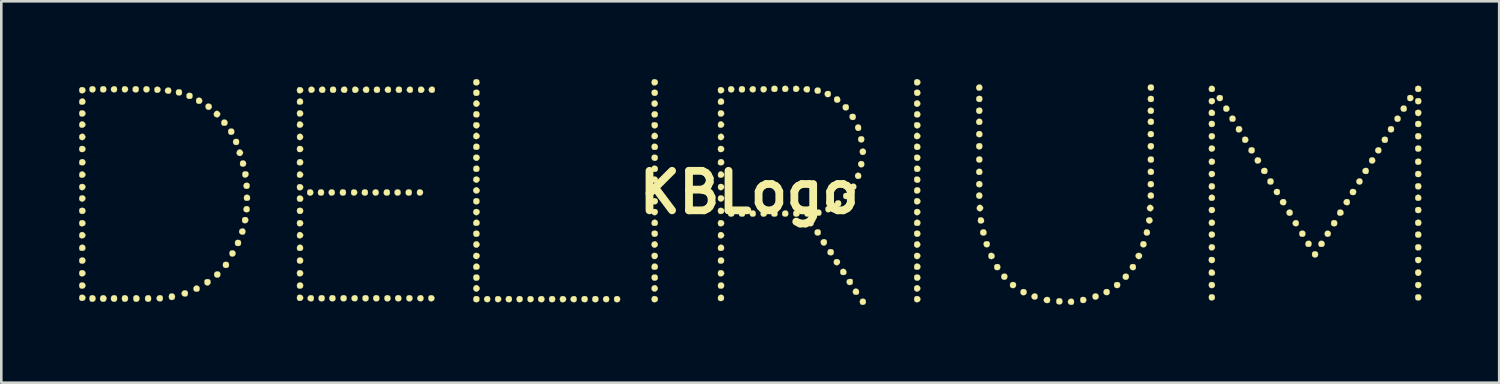
<source format=kicad_pcb>
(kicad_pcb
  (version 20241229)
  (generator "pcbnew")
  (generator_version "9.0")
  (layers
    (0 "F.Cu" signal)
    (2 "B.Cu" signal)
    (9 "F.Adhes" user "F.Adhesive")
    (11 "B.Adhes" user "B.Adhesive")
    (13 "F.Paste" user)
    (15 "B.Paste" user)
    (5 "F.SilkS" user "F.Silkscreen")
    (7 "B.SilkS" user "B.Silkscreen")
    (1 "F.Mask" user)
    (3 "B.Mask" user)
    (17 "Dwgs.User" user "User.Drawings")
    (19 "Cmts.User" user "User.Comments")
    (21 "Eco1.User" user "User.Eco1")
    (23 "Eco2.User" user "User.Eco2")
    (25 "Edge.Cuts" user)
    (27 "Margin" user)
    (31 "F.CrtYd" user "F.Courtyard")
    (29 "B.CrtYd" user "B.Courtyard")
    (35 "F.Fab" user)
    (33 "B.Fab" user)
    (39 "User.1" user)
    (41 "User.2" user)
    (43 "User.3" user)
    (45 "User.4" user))
  (footprint "KBLogo"
    (layer "F.Cu")
    (at 25.85 4.374)
    (property "Reference" "KBLogo" (at 0 0 0) (layer "F.SilkS") (effects (font (size 1.524 1.524) (thickness 0.3))))
    (attr through_hole)
    (fp_poly (pts (xy -25.667 -0.315) (xy -25.625 -0.279) (xy -25.606 -0.23) (xy -25.612 -0.175) (xy -25.645 -0.126) (xy -25.699 -0.091) (xy -25.757 -0.089) (xy -25.806 -0.115) (xy -25.835 -0.154) (xy -25.844 -0.21) (xy -25.833 -0.274) (xy -25.799 -0.313) (xy -25.742 -0.328) (xy -25.728 -0.329) (xy -25.667 -0.315)) (stroke (width 0.01) (type solid)) (fill yes) (layer "F.SilkS"))
    (fp_poly (pts (xy -20.785 -3.41) (xy -20.758 -3.388) (xy -20.73 -3.331) (xy -20.735 -3.274) (xy -20.768 -3.225) (xy -20.822 -3.19) (xy -20.88 -3.188) (xy -20.931 -3.215) (xy -20.961 -3.258) (xy -20.971 -3.315) (xy -20.961 -3.37) (xy -20.942 -3.399) (xy -20.896 -3.423) (xy -20.839 -3.427) (xy -20.785 -3.41)) (stroke (width 0.01) (type solid)) (fill yes) (layer "F.SilkS"))
    (fp_poly (pts (xy -19.336 -0.368) (xy -19.297 -0.346) (xy -19.274 -0.304) (xy -19.27 -0.249) (xy -19.282 -0.196) (xy -19.308 -0.162) (xy -19.366 -0.138) (xy -19.425 -0.142) (xy -19.473 -0.169) (xy -19.502 -0.219) (xy -19.504 -0.279) (xy -19.481 -0.335) (xy -19.444 -0.362) (xy -19.391 -0.373) (xy -19.336 -0.368)) (stroke (width 0.01) (type solid)) (fill yes) (layer "F.SilkS"))
    (fp_poly (pts (xy -3.581 2.347) (xy -3.554 2.369) (xy -3.526 2.426) (xy -3.531 2.484) (xy -3.564 2.532) (xy -3.618 2.567) (xy -3.676 2.569) (xy -3.727 2.542) (xy -3.756 2.499) (xy -3.767 2.443) (xy -3.756 2.388) (xy -3.737 2.359) (xy -3.692 2.334) (xy -3.635 2.331) (xy -3.581 2.347)) (stroke (width 0.01) (type solid)) (fill yes) (layer "F.SilkS"))
    (fp_poly (pts (xy -1.029 -0.315) (xy -0.987 -0.279) (xy -0.968 -0.23) (xy -0.974 -0.175) (xy -1.007 -0.126) (xy -1.061 -0.091) (xy -1.119 -0.089) (xy -1.168 -0.115) (xy -1.197 -0.154) (xy -1.206 -0.21) (xy -1.195 -0.274) (xy -1.161 -0.313) (xy -1.104 -0.328) (xy -1.09 -0.329) (xy -1.029 -0.315)) (stroke (width 0.01) (type solid)) (fill yes) (layer "F.SilkS"))
    (fp_poly (pts (xy 6.54 2.344) (xy 6.582 2.379) (xy 6.601 2.428) (xy 6.595 2.483) (xy 6.562 2.532) (xy 6.508 2.567) (xy 6.45 2.569) (xy 6.399 2.542) (xy 6.368 2.501) (xy 6.36 2.449) (xy 6.372 2.385) (xy 6.408 2.346) (xy 6.468 2.33) (xy 6.479 2.33) (xy 6.54 2.344)) (stroke (width 0.01) (type solid)) (fill yes) (layer "F.SilkS"))
    (fp_poly (pts (xy 9.891 3.138) (xy 9.93 3.159) (xy 9.953 3.202) (xy 9.957 3.256) (xy 9.945 3.309) (xy 9.919 3.343) (xy 9.861 3.367) (xy 9.802 3.363) (xy 9.754 3.336) (xy 9.725 3.286) (xy 9.723 3.226) (xy 9.746 3.17) (xy 9.783 3.143) (xy 9.836 3.132) (xy 9.891 3.138)) (stroke (width 0.01) (type solid)) (fill yes) (layer "F.SilkS"))
    (fp_poly (pts (xy -25.667 0.125) (xy -25.625 0.161) (xy -25.606 0.21) (xy -25.612 0.265) (xy -25.645 0.314) (xy -25.699 0.349) (xy -25.757 0.351) (xy -25.808 0.324) (xy -25.837 0.288) (xy -25.845 0.237) (xy -25.845 0.229) (xy -25.832 0.165) (xy -25.797 0.127) (xy -25.739 0.112) (xy -25.728 0.112) (xy -25.667 0.125)) (stroke (width 0.01) (type solid)) (fill yes) (layer "F.SilkS"))
    (fp_poly (pts (xy -25.658 2.524) (xy -25.637 2.54) (xy -25.609 2.59) (xy -25.607 2.65) (xy -25.63 2.706) (xy -25.667 2.733) (xy -25.72 2.744) (xy -25.777 2.738) (xy -25.813 2.721) (xy -25.837 2.685) (xy -25.845 2.633) (xy -25.837 2.579) (xy -25.816 2.541) (xy -25.77 2.513) (xy -25.712 2.507) (xy -25.658 2.524)) (stroke (width 0.01) (type solid)) (fill yes) (layer "F.SilkS"))
    (fp_poly (pts (xy -25.656 0.608) (xy -25.63 0.63) (xy -25.606 0.688) (xy -25.609 0.748) (xy -25.637 0.796) (xy -25.685 0.824) (xy -25.743 0.829) (xy -25.796 0.811) (xy -25.816 0.795) (xy -25.839 0.751) (xy -25.845 0.696) (xy -25.835 0.645) (xy -25.813 0.615) (xy -25.765 0.595) (xy -25.708 0.593) (xy -25.656 0.608)) (stroke (width 0.01) (type solid)) (fill yes) (layer "F.SilkS"))
    (fp_poly (pts (xy -21.276 3.597) (xy -21.238 3.616) (xy -21.211 3.653) (xy -21.2 3.706) (xy -21.206 3.761) (xy -21.227 3.8) (xy -21.268 3.821) (xy -21.324 3.826) (xy -21.377 3.816) (xy -21.41 3.796) (xy -21.43 3.757) (xy -21.438 3.711) (xy -21.423 3.652) (xy -21.386 3.611) (xy -21.335 3.591) (xy -21.276 3.597)) (stroke (width 0.01) (type solid)) (fill yes) (layer "F.SilkS"))
    (fp_poly (pts (xy -21.162 -3.643) (xy -21.12 -3.606) (xy -21.101 -3.555) (xy -21.106 -3.496) (xy -21.125 -3.458) (xy -21.162 -3.431) (xy -21.215 -3.42) (xy -21.27 -3.426) (xy -21.309 -3.447) (xy -21.33 -3.488) (xy -21.336 -3.544) (xy -21.325 -3.597) (xy -21.305 -3.63) (xy -21.266 -3.65) (xy -21.22 -3.658) (xy -21.162 -3.643)) (stroke (width 0.01) (type solid)) (fill yes) (layer "F.SilkS"))
    (fp_poly (pts (xy -20.468 3.053) (xy -20.432 3.07) (xy -20.409 3.105) (xy -20.401 3.157) (xy -20.409 3.211) (xy -20.431 3.252) (xy -20.476 3.279) (xy -20.532 3.284) (xy -20.586 3.268) (xy -20.608 3.251) (xy -20.636 3.201) (xy -20.638 3.141) (xy -20.615 3.086) (xy -20.578 3.059) (xy -20.524 3.047) (xy -20.468 3.053)) (stroke (width 0.01) (type solid)) (fill yes) (layer "F.SilkS"))
    (fp_poly (pts (xy -19.873 2.247) (xy -19.838 2.273) (xy -19.815 2.331) (xy -19.818 2.39) (xy -19.846 2.438) (xy -19.892 2.465) (xy -19.948 2.471) (xy -20 2.458) (xy -20.021 2.441) (xy -20.042 2.398) (xy -20.048 2.343) (xy -20.039 2.29) (xy -20.022 2.262) (xy -19.98 2.239) (xy -19.925 2.235) (xy -19.873 2.247)) (stroke (width 0.01) (type solid)) (fill yes) (layer "F.SilkS"))
    (fp_poly (pts (xy -19.743 -2.061) (xy -19.703 -2.039) (xy -19.682 -1.998) (xy -19.677 -1.943) (xy -19.687 -1.889) (xy -19.707 -1.857) (xy -19.756 -1.833) (xy -19.814 -1.832) (xy -19.867 -1.852) (xy -19.88 -1.863) (xy -19.908 -1.913) (xy -19.91 -1.973) (xy -19.887 -2.028) (xy -19.85 -2.055) (xy -19.797 -2.066) (xy -19.743 -2.061)) (stroke (width 0.01) (type solid)) (fill yes) (layer "F.SilkS"))
    (fp_poly (pts (xy -19.468 -1.222) (xy -19.427 -1.185) (xy -19.407 -1.133) (xy -19.413 -1.075) (xy -19.432 -1.037) (xy -19.469 -1.01) (xy -19.522 -0.998) (xy -19.576 -1.004) (xy -19.616 -1.026) (xy -19.637 -1.067) (xy -19.642 -1.122) (xy -19.632 -1.176) (xy -19.612 -1.208) (xy -19.573 -1.228) (xy -19.527 -1.236) (xy -19.468 -1.222)) (stroke (width 0.01) (type solid)) (fill yes) (layer "F.SilkS"))
    (fp_poly (pts (xy -19.346 0.532) (xy -19.308 0.551) (xy -19.281 0.588) (xy -19.27 0.641) (xy -19.275 0.696) (xy -19.297 0.735) (xy -19.338 0.756) (xy -19.393 0.762) (xy -19.447 0.751) (xy -19.479 0.731) (xy -19.499 0.692) (xy -19.507 0.646) (xy -19.493 0.588) (xy -19.456 0.546) (xy -19.404 0.527) (xy -19.346 0.532)) (stroke (width 0.01) (type solid)) (fill yes) (layer "F.SilkS"))
    (fp_poly (pts (xy -19.335 0.091) (xy -19.287 0.119) (xy -19.26 0.165) (xy -19.254 0.221) (xy -19.268 0.273) (xy -19.284 0.294) (xy -19.327 0.315) (xy -19.383 0.321) (xy -19.436 0.312) (xy -19.464 0.295) (xy -19.486 0.253) (xy -19.491 0.198) (xy -19.479 0.146) (xy -19.453 0.111) (xy -19.395 0.088) (xy -19.335 0.091)) (stroke (width 0.01) (type solid)) (fill yes) (layer "F.SilkS"))
    (fp_poly (pts (xy -17.259 2.524) (xy -17.238 2.54) (xy -17.21 2.59) (xy -17.208 2.65) (xy -17.231 2.706) (xy -17.268 2.733) (xy -17.321 2.744) (xy -17.378 2.738) (xy -17.414 2.721) (xy -17.438 2.685) (xy -17.446 2.633) (xy -17.438 2.579) (xy -17.417 2.541) (xy -17.371 2.513) (xy -17.313 2.507) (xy -17.259 2.524)) (stroke (width 0.01) (type solid)) (fill yes) (layer "F.SilkS"))
    (fp_poly (pts (xy -17.259 3.489) (xy -17.238 3.505) (xy -17.21 3.555) (xy -17.208 3.615) (xy -17.231 3.671) (xy -17.268 3.698) (xy -17.321 3.709) (xy -17.378 3.703) (xy -17.414 3.686) (xy -17.438 3.65) (xy -17.446 3.598) (xy -17.438 3.544) (xy -17.417 3.506) (xy -17.371 3.478) (xy -17.313 3.472) (xy -17.259 3.489)) (stroke (width 0.01) (type solid)) (fill yes) (layer "F.SilkS"))
    (fp_poly (pts (xy -17.258 0.608) (xy -17.231 0.63) (xy -17.207 0.688) (xy -17.211 0.748) (xy -17.238 0.796) (xy -17.286 0.824) (xy -17.344 0.829) (xy -17.397 0.811) (xy -17.417 0.795) (xy -17.44 0.751) (xy -17.446 0.696) (xy -17.436 0.645) (xy -17.414 0.615) (xy -17.366 0.595) (xy -17.309 0.593) (xy -17.258 0.608)) (stroke (width 0.01) (type solid)) (fill yes) (layer "F.SilkS"))
    (fp_poly (pts (xy -10.477 -0.189) (xy -10.433 -0.154) (xy -10.403 -0.109) (xy -10.397 -0.081) (xy -10.411 -0.021) (xy -10.45 0.02) (xy -10.508 0.039) (xy -10.566 0.034) (xy -10.608 0.009) (xy -10.639 -0.038) (xy -10.651 -0.09) (xy -10.637 -0.129) (xy -10.602 -0.167) (xy -10.558 -0.195) (xy -10.524 -0.203) (xy -10.477 -0.189)) (stroke (width 0.01) (type solid)) (fill yes) (layer "F.SilkS"))
    (fp_poly (pts (xy -10.464 1.064) (xy -10.421 1.102) (xy -10.4 1.154) (xy -10.407 1.214) (xy -10.416 1.235) (xy -10.439 1.264) (xy -10.474 1.278) (xy -10.518 1.284) (xy -10.58 1.281) (xy -10.614 1.265) (xy -10.642 1.21) (xy -10.643 1.152) (xy -10.621 1.101) (xy -10.58 1.064) (xy -10.524 1.05) (xy -10.464 1.064)) (stroke (width 0.01) (type solid)) (fill yes) (layer "F.SilkS"))
    (fp_poly (pts (xy -10.464 2.758) (xy -10.421 2.795) (xy -10.4 2.848) (xy -10.407 2.907) (xy -10.416 2.928) (xy -10.439 2.957) (xy -10.474 2.972) (xy -10.518 2.977) (xy -10.58 2.975) (xy -10.614 2.958) (xy -10.642 2.903) (xy -10.643 2.846) (xy -10.621 2.794) (xy -10.58 2.757) (xy -10.524 2.743) (xy -10.464 2.758)) (stroke (width 0.01) (type solid)) (fill yes) (layer "F.SilkS"))
    (fp_poly (pts (xy -10.461 0.65) (xy -10.419 0.686) (xy -10.4 0.735) (xy -10.406 0.79) (xy -10.439 0.839) (xy -10.493 0.874) (xy -10.549 0.875) (xy -10.604 0.844) (xy -10.611 0.837) (xy -10.641 0.799) (xy -10.647 0.761) (xy -10.644 0.74) (xy -10.621 0.679) (xy -10.581 0.646) (xy -10.522 0.637) (xy -10.461 0.65)) (stroke (width 0.01) (type solid)) (fill yes) (layer "F.SilkS"))
    (fp_poly (pts (xy -10.461 2.344) (xy -10.419 2.379) (xy -10.4 2.428) (xy -10.406 2.483) (xy -10.439 2.532) (xy -10.493 2.567) (xy -10.549 2.569) (xy -10.604 2.537) (xy -10.611 2.53) (xy -10.641 2.493) (xy -10.647 2.454) (xy -10.644 2.433) (xy -10.621 2.373) (xy -10.581 2.34) (xy -10.522 2.33) (xy -10.461 2.344)) (stroke (width 0.01) (type solid)) (fill yes) (layer "F.SilkS"))
    (fp_poly (pts (xy -10.458 1.903) (xy -10.441 1.919) (xy -10.405 1.974) (xy -10.402 2.031) (xy -10.432 2.085) (xy -10.439 2.092) (xy -10.493 2.127) (xy -10.551 2.129) (xy -10.602 2.102) (xy -10.633 2.061) (xy -10.641 2.009) (xy -10.63 1.947) (xy -10.595 1.907) (xy -10.538 1.887) (xy -10.494 1.884) (xy -10.458 1.903)) (stroke (width 0.01) (type solid)) (fill yes) (layer "F.SilkS"))
    (fp_poly (pts (xy -3.586 0.65) (xy -3.544 0.686) (xy -3.525 0.735) (xy -3.531 0.79) (xy -3.564 0.839) (xy -3.618 0.874) (xy -3.676 0.876) (xy -3.727 0.849) (xy -3.756 0.813) (xy -3.764 0.762) (xy -3.764 0.754) (xy -3.751 0.69) (xy -3.716 0.652) (xy -3.658 0.637) (xy -3.647 0.637) (xy -3.586 0.65)) (stroke (width 0.01) (type solid)) (fill yes) (layer "F.SilkS"))
    (fp_poly (pts (xy -3.585 -0.599) (xy -3.551 -0.574) (xy -3.53 -0.526) (xy -3.529 -0.469) (xy -3.546 -0.417) (xy -3.567 -0.394) (xy -3.62 -0.374) (xy -3.68 -0.38) (xy -3.727 -0.404) (xy -3.755 -0.446) (xy -3.765 -0.502) (xy -3.757 -0.556) (xy -3.737 -0.588) (xy -3.695 -0.61) (xy -3.639 -0.613) (xy -3.585 -0.599)) (stroke (width 0.01) (type solid)) (fill yes) (layer "F.SilkS"))
    (fp_poly (pts (xy -3.583 -3.532) (xy -3.566 -3.516) (xy -3.53 -3.462) (xy -3.527 -3.405) (xy -3.557 -3.35) (xy -3.564 -3.344) (xy -3.618 -3.309) (xy -3.676 -3.307) (xy -3.727 -3.334) (xy -3.758 -3.374) (xy -3.766 -3.427) (xy -3.755 -3.489) (xy -3.72 -3.528) (xy -3.663 -3.549) (xy -3.619 -3.551) (xy -3.583 -3.532)) (stroke (width 0.01) (type solid)) (fill yes) (layer "F.SilkS"))
    (fp_poly (pts (xy -3.583 1.903) (xy -3.566 1.919) (xy -3.53 1.974) (xy -3.527 2.031) (xy -3.557 2.085) (xy -3.564 2.092) (xy -3.618 2.127) (xy -3.676 2.129) (xy -3.727 2.102) (xy -3.758 2.061) (xy -3.766 2.009) (xy -3.755 1.947) (xy -3.72 1.907) (xy -3.663 1.887) (xy -3.619 1.884) (xy -3.583 1.903)) (stroke (width 0.01) (type solid)) (fill yes) (layer "F.SilkS"))
    (fp_poly (pts (xy -3.583 3.596) (xy -3.566 3.613) (xy -3.53 3.667) (xy -3.527 3.724) (xy -3.557 3.779) (xy -3.564 3.785) (xy -3.618 3.82) (xy -3.676 3.822) (xy -3.727 3.795) (xy -3.758 3.754) (xy -3.766 3.702) (xy -3.755 3.64) (xy -3.72 3.601) (xy -3.663 3.58) (xy -3.619 3.578) (xy -3.583 3.596)) (stroke (width 0.01) (type solid)) (fill yes) (layer "F.SilkS"))
    (fp_poly (pts (xy -3.577 -3.115) (xy -3.556 -3.099) (xy -3.528 -3.049) (xy -3.526 -2.989) (xy -3.548 -2.933) (xy -3.586 -2.906) (xy -3.639 -2.895) (xy -3.696 -2.901) (xy -3.732 -2.918) (xy -3.756 -2.954) (xy -3.764 -3.006) (xy -3.756 -3.06) (xy -3.735 -3.098) (xy -3.689 -3.126) (xy -3.631 -3.132) (xy -3.577 -3.115)) (stroke (width 0.01) (type solid)) (fill yes) (layer "F.SilkS"))
    (fp_poly (pts (xy -3.575 -3.947) (xy -3.548 -3.925) (xy -3.525 -3.867) (xy -3.528 -3.807) (xy -3.556 -3.759) (xy -3.604 -3.732) (xy -3.662 -3.726) (xy -3.715 -3.744) (xy -3.735 -3.76) (xy -3.758 -3.804) (xy -3.764 -3.859) (xy -3.754 -3.91) (xy -3.732 -3.94) (xy -3.683 -3.96) (xy -3.627 -3.962) (xy -3.575 -3.947)) (stroke (width 0.01) (type solid)) (fill yes) (layer "F.SilkS"))
    (fp_poly (pts (xy -3.575 1.489) (xy -3.548 1.511) (xy -3.525 1.569) (xy -3.528 1.628) (xy -3.556 1.676) (xy -3.604 1.704) (xy -3.662 1.709) (xy -3.715 1.692) (xy -3.735 1.676) (xy -3.758 1.631) (xy -3.764 1.577) (xy -3.754 1.526) (xy -3.732 1.495) (xy -3.683 1.476) (xy -3.627 1.474) (xy -3.575 1.489)) (stroke (width 0.01) (type solid)) (fill yes) (layer "F.SilkS"))
    (fp_poly (pts (xy -3.575 3.182) (xy -3.548 3.204) (xy -3.525 3.262) (xy -3.528 3.322) (xy -3.556 3.37) (xy -3.604 3.397) (xy -3.662 3.402) (xy -3.715 3.385) (xy -3.735 3.369) (xy -3.758 3.325) (xy -3.764 3.27) (xy -3.754 3.219) (xy -3.732 3.189) (xy -3.683 3.169) (xy -3.627 3.167) (xy -3.575 3.182)) (stroke (width 0.01) (type solid)) (fill yes) (layer "F.SilkS"))
    (fp_poly (pts (xy -1.029 0.125) (xy -0.987 0.161) (xy -0.968 0.21) (xy -0.974 0.265) (xy -1.007 0.314) (xy -1.061 0.349) (xy -1.119 0.351) (xy -1.17 0.324) (xy -1.199 0.288) (xy -1.207 0.237) (xy -1.207 0.229) (xy -1.194 0.165) (xy -1.159 0.127) (xy -1.101 0.112) (xy -1.09 0.112) (xy -1.029 0.125)) (stroke (width 0.01) (type solid)) (fill yes) (layer "F.SilkS"))
    (fp_poly (pts (xy -1.026 3.958) (xy -0.987 3.998) (xy -0.972 4.048) (xy -0.976 4.111) (xy -1.006 4.159) (xy -1.058 4.186) (xy -1.125 4.188) (xy -1.129 4.187) (xy -1.176 4.166) (xy -1.201 4.12) (xy -1.207 4.071) (xy -1.194 4.009) (xy -1.156 3.966) (xy -1.097 3.946) (xy -1.085 3.945) (xy -1.026 3.958)) (stroke (width 0.01) (type solid)) (fill yes) (layer "F.SilkS"))
    (fp_poly (pts (xy -1.02 2.524) (xy -0.999 2.54) (xy -0.971 2.59) (xy -0.969 2.65) (xy -0.992 2.706) (xy -1.029 2.733) (xy -1.082 2.744) (xy -1.139 2.738) (xy -1.175 2.721) (xy -1.199 2.685) (xy -1.207 2.633) (xy -1.199 2.579) (xy -1.178 2.541) (xy -1.132 2.513) (xy -1.074 2.507) (xy -1.02 2.524)) (stroke (width 0.01) (type solid)) (fill yes) (layer "F.SilkS"))
    (fp_poly (pts (xy -1.02 3.489) (xy -0.999 3.505) (xy -0.971 3.555) (xy -0.969 3.615) (xy -0.992 3.671) (xy -1.029 3.698) (xy -1.082 3.709) (xy -1.139 3.703) (xy -1.175 3.686) (xy -1.199 3.65) (xy -1.207 3.598) (xy -1.199 3.544) (xy -1.178 3.506) (xy -1.132 3.478) (xy -1.074 3.472) (xy -1.02 3.489)) (stroke (width 0.01) (type solid)) (fill yes) (layer "F.SilkS"))
    (fp_poly (pts (xy 0.615 0.708) (xy 0.656 0.745) (xy 0.676 0.797) (xy 0.67 0.856) (xy 0.651 0.894) (xy 0.614 0.921) (xy 0.561 0.932) (xy 0.507 0.926) (xy 0.467 0.905) (xy 0.446 0.864) (xy 0.441 0.808) (xy 0.451 0.755) (xy 0.471 0.722) (xy 0.51 0.702) (xy 0.556 0.694) (xy 0.615 0.708)) (stroke (width 0.01) (type solid)) (fill yes) (layer "F.SilkS"))
    (fp_poly (pts (xy 2.308 0.708) (xy 2.349 0.745) (xy 2.369 0.797) (xy 2.364 0.856) (xy 2.344 0.894) (xy 2.307 0.921) (xy 2.254 0.932) (xy 2.2 0.926) (xy 2.16 0.905) (xy 2.139 0.864) (xy 2.134 0.808) (xy 2.144 0.755) (xy 2.165 0.722) (xy 2.204 0.702) (xy 2.249 0.694) (xy 2.308 0.708)) (stroke (width 0.01) (type solid)) (fill yes) (layer "F.SilkS"))
    (fp_poly (pts (xy 2.428 1.078) (xy 2.463 1.104) (xy 2.486 1.162) (xy 2.483 1.222) (xy 2.455 1.27) (xy 2.409 1.297) (xy 2.353 1.303) (xy 2.301 1.289) (xy 2.28 1.273) (xy 2.259 1.23) (xy 2.253 1.174) (xy 2.262 1.121) (xy 2.279 1.093) (xy 2.321 1.071) (xy 2.376 1.066) (xy 2.428 1.078)) (stroke (width 0.01) (type solid)) (fill yes) (layer "F.SilkS"))
    (fp_poly (pts (xy 3.094 -3.907) (xy 3.127 -3.885) (xy 3.147 -3.836) (xy 3.149 -3.779) (xy 3.134 -3.728) (xy 3.112 -3.701) (xy 3.054 -3.678) (xy 2.994 -3.681) (xy 2.946 -3.708) (xy 2.919 -3.756) (xy 2.913 -3.813) (xy 2.929 -3.865) (xy 2.945 -3.885) (xy 2.989 -3.908) (xy 3.043 -3.915) (xy 3.094 -3.907)) (stroke (width 0.01) (type solid)) (fill yes) (layer "F.SilkS"))
    (fp_poly (pts (xy 3.44 2.581) (xy 3.482 2.615) (xy 3.503 2.663) (xy 3.497 2.717) (xy 3.464 2.769) (xy 3.409 2.804) (xy 3.352 2.806) (xy 3.3 2.779) (xy 3.271 2.743) (xy 3.263 2.692) (xy 3.263 2.684) (xy 3.275 2.622) (xy 3.308 2.585) (xy 3.366 2.569) (xy 3.378 2.569) (xy 3.44 2.581)) (stroke (width 0.01) (type solid)) (fill yes) (layer "F.SilkS"))
    (fp_poly (pts (xy 3.798 0.031) (xy 3.839 0.068) (xy 3.859 0.12) (xy 3.854 0.178) (xy 3.834 0.216) (xy 3.796 0.245) (xy 3.743 0.255) (xy 3.689 0.247) (xy 3.652 0.223) (xy 3.63 0.178) (xy 3.625 0.122) (xy 3.637 0.07) (xy 3.655 0.045) (xy 3.694 0.025) (xy 3.739 0.017) (xy 3.798 0.031)) (stroke (width 0.01) (type solid)) (fill yes) (layer "F.SilkS"))
    (fp_poly (pts (xy 4.264 -0.746) (xy 4.28 -0.736) (xy 4.307 -0.699) (xy 4.319 -0.646) (xy 4.313 -0.591) (xy 4.291 -0.552) (xy 4.249 -0.529) (xy 4.194 -0.524) (xy 4.142 -0.537) (xy 4.107 -0.563) (xy 4.083 -0.621) (xy 4.086 -0.676) (xy 4.112 -0.721) (xy 4.154 -0.752) (xy 4.207 -0.762) (xy 4.264 -0.746)) (stroke (width 0.01) (type solid)) (fill yes) (layer "F.SilkS"))
    (fp_poly (pts (xy 4.37 -2.162) (xy 4.41 -2.141) (xy 4.431 -2.1) (xy 4.436 -2.044) (xy 4.426 -1.991) (xy 4.406 -1.958) (xy 4.357 -1.935) (xy 4.299 -1.933) (xy 4.246 -1.954) (xy 4.233 -1.964) (xy 4.205 -2.014) (xy 4.203 -2.074) (xy 4.226 -2.13) (xy 4.263 -2.157) (xy 4.316 -2.168) (xy 4.37 -2.162)) (stroke (width 0.01) (type solid)) (fill yes) (layer "F.SilkS"))
    (fp_poly (pts (xy 4.421 -1.688) (xy 4.468 -1.659) (xy 4.498 -1.61) (xy 4.504 -1.569) (xy 4.49 -1.51) (xy 4.45 -1.468) (xy 4.394 -1.448) (xy 4.343 -1.451) (xy 4.297 -1.478) (xy 4.272 -1.53) (xy 4.267 -1.577) (xy 4.275 -1.631) (xy 4.302 -1.665) (xy 4.305 -1.667) (xy 4.364 -1.692) (xy 4.421 -1.688)) (stroke (width 0.01) (type solid)) (fill yes) (layer "F.SilkS"))
    (fp_poly (pts (xy 4.451 4.113) (xy 4.478 4.136) (xy 4.501 4.193) (xy 4.498 4.253) (xy 4.47 4.301) (xy 4.424 4.328) (xy 4.368 4.334) (xy 4.316 4.32) (xy 4.295 4.304) (xy 4.273 4.259) (xy 4.268 4.203) (xy 4.281 4.15) (xy 4.298 4.126) (xy 4.344 4.102) (xy 4.4 4.098) (xy 4.451 4.113)) (stroke (width 0.01) (type solid)) (fill yes) (layer "F.SilkS"))
    (fp_poly (pts (xy 6.54 0.65) (xy 6.582 0.686) (xy 6.601 0.735) (xy 6.595 0.79) (xy 6.562 0.839) (xy 6.508 0.874) (xy 6.45 0.876) (xy 6.399 0.849) (xy 6.37 0.813) (xy 6.362 0.762) (xy 6.362 0.754) (xy 6.375 0.69) (xy 6.41 0.652) (xy 6.469 0.637) (xy 6.479 0.637) (xy 6.54 0.65)) (stroke (width 0.01) (type solid)) (fill yes) (layer "F.SilkS"))
    (fp_poly (pts (xy 6.541 -0.599) (xy 6.575 -0.574) (xy 6.596 -0.526) (xy 6.597 -0.469) (xy 6.58 -0.417) (xy 6.559 -0.394) (xy 6.506 -0.374) (xy 6.446 -0.38) (xy 6.399 -0.404) (xy 6.371 -0.446) (xy 6.361 -0.502) (xy 6.37 -0.556) (xy 6.389 -0.588) (xy 6.432 -0.61) (xy 6.487 -0.613) (xy 6.541 -0.599)) (stroke (width 0.01) (type solid)) (fill yes) (layer "F.SilkS"))
    (fp_poly (pts (xy 6.543 -3.532) (xy 6.561 -3.516) (xy 6.597 -3.462) (xy 6.599 -3.405) (xy 6.569 -3.35) (xy 6.562 -3.344) (xy 6.508 -3.309) (xy 6.45 -3.307) (xy 6.399 -3.334) (xy 6.368 -3.374) (xy 6.36 -3.427) (xy 6.371 -3.489) (xy 6.406 -3.528) (xy 6.463 -3.549) (xy 6.507 -3.551) (xy 6.543 -3.532)) (stroke (width 0.01) (type solid)) (fill yes) (layer "F.SilkS"))
    (fp_poly (pts (xy 6.543 1.903) (xy 6.561 1.919) (xy 6.597 1.974) (xy 6.599 2.031) (xy 6.569 2.085) (xy 6.562 2.092) (xy 6.508 2.127) (xy 6.45 2.129) (xy 6.399 2.102) (xy 6.368 2.061) (xy 6.36 2.009) (xy 6.371 1.947) (xy 6.406 1.907) (xy 6.463 1.887) (xy 6.507 1.884) (xy 6.543 1.903)) (stroke (width 0.01) (type solid)) (fill yes) (layer "F.SilkS"))
    (fp_poly (pts (xy 6.543 3.596) (xy 6.561 3.613) (xy 6.597 3.667) (xy 6.599 3.724) (xy 6.569 3.779) (xy 6.562 3.785) (xy 6.508 3.82) (xy 6.45 3.822) (xy 6.399 3.795) (xy 6.368 3.754) (xy 6.36 3.702) (xy 6.371 3.64) (xy 6.406 3.601) (xy 6.463 3.58) (xy 6.507 3.578) (xy 6.543 3.596)) (stroke (width 0.01) (type solid)) (fill yes) (layer "F.SilkS"))
    (fp_poly (pts (xy 6.549 -3.115) (xy 6.57 -3.099) (xy 6.598 -3.049) (xy 6.601 -2.989) (xy 6.578 -2.933) (xy 6.54 -2.906) (xy 6.487 -2.895) (xy 6.431 -2.901) (xy 6.394 -2.918) (xy 6.37 -2.954) (xy 6.362 -3.006) (xy 6.371 -3.06) (xy 6.392 -3.098) (xy 6.438 -3.126) (xy 6.495 -3.132) (xy 6.549 -3.115)) (stroke (width 0.01) (type solid)) (fill yes) (layer "F.SilkS"))
    (fp_poly (pts (xy 6.551 -3.947) (xy 6.578 -3.925) (xy 6.601 -3.867) (xy 6.598 -3.807) (xy 6.57 -3.759) (xy 6.522 -3.732) (xy 6.464 -3.726) (xy 6.411 -3.744) (xy 6.392 -3.76) (xy 6.369 -3.804) (xy 6.362 -3.859) (xy 6.372 -3.91) (xy 6.394 -3.94) (xy 6.443 -3.96) (xy 6.5 -3.962) (xy 6.551 -3.947)) (stroke (width 0.01) (type solid)) (fill yes) (layer "F.SilkS"))
    (fp_poly (pts (xy 6.551 1.489) (xy 6.578 1.511) (xy 6.601 1.569) (xy 6.598 1.628) (xy 6.57 1.676) (xy 6.522 1.704) (xy 6.464 1.709) (xy 6.411 1.692) (xy 6.392 1.676) (xy 6.369 1.631) (xy 6.362 1.577) (xy 6.372 1.526) (xy 6.394 1.495) (xy 6.443 1.476) (xy 6.5 1.474) (xy 6.551 1.489)) (stroke (width 0.01) (type solid)) (fill yes) (layer "F.SilkS"))
    (fp_poly (pts (xy 6.551 3.182) (xy 6.578 3.204) (xy 6.601 3.262) (xy 6.598 3.322) (xy 6.57 3.37) (xy 6.522 3.397) (xy 6.464 3.402) (xy 6.411 3.385) (xy 6.392 3.369) (xy 6.369 3.325) (xy 6.362 3.27) (xy 6.372 3.219) (xy 6.394 3.189) (xy 6.443 3.169) (xy 6.5 3.167) (xy 6.551 3.182)) (stroke (width 0.01) (type solid)) (fill yes) (layer "F.SilkS"))
    (fp_poly (pts (xy 8.925 -3.72) (xy 8.965 -3.699) (xy 8.986 -3.658) (xy 8.991 -3.602) (xy 8.981 -3.549) (xy 8.961 -3.516) (xy 8.912 -3.493) (xy 8.854 -3.491) (xy 8.801 -3.512) (xy 8.788 -3.522) (xy 8.76 -3.572) (xy 8.758 -3.632) (xy 8.781 -3.688) (xy 8.818 -3.715) (xy 8.871 -3.726) (xy 8.925 -3.72)) (stroke (width 0.01) (type solid)) (fill yes) (layer "F.SilkS"))
    (fp_poly (pts (xy 8.925 -1.384) (xy 8.965 -1.362) (xy 8.986 -1.321) (xy 8.991 -1.265) (xy 8.981 -1.212) (xy 8.961 -1.179) (xy 8.912 -1.156) (xy 8.854 -1.154) (xy 8.801 -1.175) (xy 8.788 -1.185) (xy 8.76 -1.235) (xy 8.758 -1.295) (xy 8.781 -1.351) (xy 8.818 -1.378) (xy 8.871 -1.389) (xy 8.925 -1.384)) (stroke (width 0.01) (type solid)) (fill yes) (layer "F.SilkS"))
    (fp_poly (pts (xy 8.933 0.013) (xy 8.975 0.05) (xy 8.991 0.109) (xy 8.992 0.116) (xy 8.98 0.184) (xy 8.946 0.227) (xy 8.891 0.244) (xy 8.848 0.24) (xy 8.796 0.216) (xy 8.766 0.175) (xy 8.755 0.125) (xy 8.764 0.074) (xy 8.791 0.031) (xy 8.836 0.005) (xy 8.869 0) (xy 8.933 0.013)) (stroke (width 0.01) (type solid)) (fill yes) (layer "F.SilkS"))
    (fp_poly (pts (xy 8.936 -3.263) (xy 8.969 -3.241) (xy 8.989 -3.192) (xy 8.991 -3.136) (xy 8.976 -3.084) (xy 8.954 -3.057) (xy 8.896 -3.034) (xy 8.836 -3.037) (xy 8.788 -3.065) (xy 8.761 -3.112) (xy 8.755 -3.169) (xy 8.771 -3.222) (xy 8.787 -3.242) (xy 8.831 -3.264) (xy 8.885 -3.271) (xy 8.936 -3.263)) (stroke (width 0.01) (type solid)) (fill yes) (layer "F.SilkS"))
    (fp_poly (pts (xy 8.938 -2.354) (xy 8.954 -2.344) (xy 8.981 -2.307) (xy 8.992 -2.254) (xy 8.987 -2.2) (xy 8.965 -2.16) (xy 8.923 -2.138) (xy 8.868 -2.133) (xy 8.815 -2.145) (xy 8.781 -2.171) (xy 8.756 -2.229) (xy 8.76 -2.284) (xy 8.785 -2.33) (xy 8.827 -2.361) (xy 8.88 -2.371) (xy 8.938 -2.354)) (stroke (width 0.01) (type solid)) (fill yes) (layer "F.SilkS"))
    (fp_poly (pts (xy 8.938 -0.424) (xy 8.954 -0.414) (xy 8.981 -0.377) (xy 8.992 -0.324) (xy 8.987 -0.269) (xy 8.965 -0.23) (xy 8.923 -0.207) (xy 8.868 -0.203) (xy 8.815 -0.215) (xy 8.781 -0.241) (xy 8.756 -0.299) (xy 8.76 -0.354) (xy 8.785 -0.399) (xy 8.827 -0.43) (xy 8.88 -0.44) (xy 8.938 -0.424)) (stroke (width 0.01) (type solid)) (fill yes) (layer "F.SilkS"))
    (fp_poly (pts (xy 8.939 -4.152) (xy 8.977 -4.113) (xy 8.992 -4.051) (xy 8.992 -4.044) (xy 8.979 -3.983) (xy 8.941 -3.944) (xy 8.878 -3.929) (xy 8.868 -3.929) (xy 8.815 -3.937) (xy 8.781 -3.966) (xy 8.756 -4.025) (xy 8.76 -4.082) (xy 8.789 -4.13) (xy 8.838 -4.159) (xy 8.879 -4.166) (xy 8.939 -4.152)) (stroke (width 0.01) (type solid)) (fill yes) (layer "F.SilkS"))
    (fp_poly (pts (xy 8.939 -1.891) (xy 8.97 -1.869) (xy 8.989 -1.821) (xy 8.991 -1.764) (xy 8.976 -1.713) (xy 8.954 -1.686) (xy 8.896 -1.662) (xy 8.836 -1.666) (xy 8.788 -1.693) (xy 8.761 -1.742) (xy 8.756 -1.799) (xy 8.773 -1.852) (xy 8.789 -1.872) (xy 8.834 -1.895) (xy 8.888 -1.901) (xy 8.939 -1.891)) (stroke (width 0.01) (type solid)) (fill yes) (layer "F.SilkS"))
    (fp_poly (pts (xy 9.225 1.89) (xy 9.253 1.906) (xy 9.275 1.949) (xy 9.28 2.003) (xy 9.268 2.056) (xy 9.242 2.09) (xy 9.184 2.114) (xy 9.124 2.11) (xy 9.076 2.083) (xy 9.05 2.036) (xy 9.043 1.98) (xy 9.057 1.929) (xy 9.073 1.908) (xy 9.116 1.887) (xy 9.172 1.881) (xy 9.225 1.89)) (stroke (width 0.01) (type solid)) (fill yes) (layer "F.SilkS"))
    (fp_poly (pts (xy 12.944 4.042) (xy 12.978 4.068) (xy 13.002 4.126) (xy 12.999 4.185) (xy 12.971 4.233) (xy 12.925 4.26) (xy 12.868 4.266) (xy 12.817 4.252) (xy 12.796 4.236) (xy 12.775 4.193) (xy 12.769 4.137) (xy 12.778 4.085) (xy 12.794 4.057) (xy 12.837 4.034) (xy 12.891 4.03) (xy 12.944 4.042)) (stroke (width 0.01) (type solid)) (fill yes) (layer "F.SilkS"))
    (fp_poly (pts (xy 13.836 3.73) (xy 13.876 3.752) (xy 13.897 3.793) (xy 13.902 3.848) (xy 13.892 3.902) (xy 13.871 3.934) (xy 13.823 3.958) (xy 13.764 3.959) (xy 13.712 3.939) (xy 13.699 3.929) (xy 13.671 3.878) (xy 13.669 3.818) (xy 13.692 3.763) (xy 13.729 3.736) (xy 13.782 3.725) (xy 13.836 3.73)) (stroke (width 0.01) (type solid)) (fill yes) (layer "F.SilkS"))
    (fp_poly (pts (xy 14.254 3.464) (xy 14.282 3.481) (xy 14.304 3.523) (xy 14.309 3.578) (xy 14.297 3.631) (xy 14.271 3.665) (xy 14.213 3.688) (xy 14.153 3.685) (xy 14.105 3.658) (xy 14.079 3.611) (xy 14.072 3.555) (xy 14.086 3.504) (xy 14.103 3.482) (xy 14.146 3.461) (xy 14.201 3.455) (xy 14.254 3.464)) (stroke (width 0.01) (type solid)) (fill yes) (layer "F.SilkS"))
    (fp_poly (pts (xy 15.398 1.437) (xy 15.439 1.474) (xy 15.459 1.525) (xy 15.453 1.584) (xy 15.434 1.622) (xy 15.397 1.649) (xy 15.344 1.66) (xy 15.289 1.654) (xy 15.25 1.633) (xy 15.229 1.592) (xy 15.224 1.536) (xy 15.234 1.483) (xy 15.254 1.45) (xy 15.293 1.43) (xy 15.339 1.422) (xy 15.398 1.437)) (stroke (width 0.01) (type solid)) (fill yes) (layer "F.SilkS"))
    (fp_poly (pts (xy 15.494 0.969) (xy 15.534 1.004) (xy 15.555 1.062) (xy 15.557 1.105) (xy 15.538 1.141) (xy 15.522 1.159) (xy 15.467 1.195) (xy 15.411 1.198) (xy 15.356 1.167) (xy 15.349 1.161) (xy 15.316 1.108) (xy 15.311 1.053) (xy 15.332 1.005) (xy 15.375 0.97) (xy 15.433 0.958) (xy 15.494 0.969)) (stroke (width 0.01) (type solid)) (fill yes) (layer "F.SilkS"))
    (fp_poly (pts (xy 15.531 -2.364) (xy 15.579 -2.337) (xy 15.605 -2.29) (xy 15.612 -2.234) (xy 15.598 -2.183) (xy 15.582 -2.162) (xy 15.539 -2.141) (xy 15.483 -2.135) (xy 15.43 -2.144) (xy 15.402 -2.16) (xy 15.38 -2.203) (xy 15.375 -2.257) (xy 15.387 -2.31) (xy 15.413 -2.344) (xy 15.471 -2.368) (xy 15.531 -2.364)) (stroke (width 0.01) (type solid)) (fill yes) (layer "F.SilkS"))
    (fp_poly (pts (xy 15.531 -0.434) (xy 15.579 -0.406) (xy 15.605 -0.36) (xy 15.612 -0.304) (xy 15.598 -0.252) (xy 15.582 -0.231) (xy 15.539 -0.21) (xy 15.483 -0.204) (xy 15.43 -0.213) (xy 15.402 -0.23) (xy 15.38 -0.272) (xy 15.375 -0.327) (xy 15.387 -0.379) (xy 15.413 -0.414) (xy 15.471 -0.437) (xy 15.531 -0.434)) (stroke (width 0.01) (type solid)) (fill yes) (layer "F.SilkS"))
    (fp_poly (pts (xy 15.531 0.006) (xy 15.579 0.034) (xy 15.605 0.08) (xy 15.612 0.136) (xy 15.598 0.188) (xy 15.582 0.209) (xy 15.539 0.23) (xy 15.483 0.236) (xy 15.43 0.227) (xy 15.402 0.21) (xy 15.38 0.168) (xy 15.375 0.113) (xy 15.387 0.061) (xy 15.413 0.026) (xy 15.471 0.003) (xy 15.531 0.006)) (stroke (width 0.01) (type solid)) (fill yes) (layer "F.SilkS"))
    (fp_poly (pts (xy 17.88 0.09) (xy 17.925 0.115) (xy 17.956 0.157) (xy 17.966 0.21) (xy 17.95 0.268) (xy 17.94 0.284) (xy 17.903 0.311) (xy 17.85 0.322) (xy 17.795 0.317) (xy 17.756 0.295) (xy 17.733 0.253) (xy 17.729 0.198) (xy 17.741 0.146) (xy 17.767 0.111) (xy 17.825 0.086) (xy 17.88 0.09)) (stroke (width 0.01) (type solid)) (fill yes) (layer "F.SilkS"))
    (fp_poly (pts (xy 17.904 -4.101) (xy 17.945 -4.064) (xy 17.965 -4.012) (xy 17.959 -3.954) (xy 17.94 -3.915) (xy 17.903 -3.888) (xy 17.85 -3.877) (xy 17.795 -3.883) (xy 17.756 -3.904) (xy 17.735 -3.946) (xy 17.73 -4.001) (xy 17.74 -4.054) (xy 17.76 -4.087) (xy 17.799 -4.107) (xy 17.845 -4.115) (xy 17.904 -4.101)) (stroke (width 0.01) (type solid)) (fill yes) (layer "F.SilkS"))
    (fp_poly (pts (xy 17.904 -0.341) (xy 17.945 -0.304) (xy 17.965 -0.253) (xy 17.959 -0.194) (xy 17.94 -0.156) (xy 17.903 -0.129) (xy 17.85 -0.118) (xy 17.795 -0.124) (xy 17.756 -0.145) (xy 17.735 -0.186) (xy 17.73 -0.242) (xy 17.74 -0.295) (xy 17.76 -0.328) (xy 17.799 -0.348) (xy 17.845 -0.356) (xy 17.904 -0.341)) (stroke (width 0.01) (type solid)) (fill yes) (layer "F.SilkS"))
    (fp_poly (pts (xy 17.905 -2.749) (xy 17.94 -2.722) (xy 17.963 -2.665) (xy 17.96 -2.605) (xy 17.932 -2.557) (xy 17.886 -2.53) (xy 17.83 -2.524) (xy 17.778 -2.538) (xy 17.757 -2.554) (xy 17.736 -2.597) (xy 17.73 -2.653) (xy 17.739 -2.706) (xy 17.756 -2.734) (xy 17.798 -2.756) (xy 17.853 -2.761) (xy 17.905 -2.749)) (stroke (width 0.01) (type solid)) (fill yes) (layer "F.SilkS"))
    (fp_poly (pts (xy 17.905 3.466) (xy 17.94 3.492) (xy 17.965 3.55) (xy 17.961 3.605) (xy 17.936 3.651) (xy 17.894 3.681) (xy 17.841 3.691) (xy 17.783 3.675) (xy 17.767 3.665) (xy 17.74 3.628) (xy 17.729 3.575) (xy 17.734 3.521) (xy 17.756 3.481) (xy 17.798 3.459) (xy 17.853 3.454) (xy 17.905 3.466)) (stroke (width 0.01) (type solid)) (fill yes) (layer "F.SilkS"))
    (fp_poly (pts (xy 17.905 3.94) (xy 17.94 3.966) (xy 17.963 4.024) (xy 17.96 4.084) (xy 17.932 4.132) (xy 17.886 4.158) (xy 17.83 4.165) (xy 17.778 4.151) (xy 17.757 4.135) (xy 17.736 4.092) (xy 17.73 4.036) (xy 17.739 3.983) (xy 17.756 3.955) (xy 17.798 3.933) (xy 17.853 3.928) (xy 17.905 3.94)) (stroke (width 0.01) (type solid)) (fill yes) (layer "F.SilkS"))
    (fp_poly (pts (xy 18.218 -3.746) (xy 18.243 -3.728) (xy 18.267 -3.682) (xy 18.271 -3.627) (xy 18.256 -3.576) (xy 18.233 -3.548) (xy 18.176 -3.525) (xy 18.116 -3.528) (xy 18.068 -3.556) (xy 18.041 -3.602) (xy 18.035 -3.658) (xy 18.049 -3.71) (xy 18.065 -3.731) (xy 18.11 -3.753) (xy 18.166 -3.758) (xy 18.218 -3.746)) (stroke (width 0.01) (type solid)) (fill yes) (layer "F.SilkS"))
    (fp_poly (pts (xy 18.462 -3.339) (xy 18.504 -3.302) (xy 18.523 -3.25) (xy 18.518 -3.192) (xy 18.499 -3.153) (xy 18.46 -3.125) (xy 18.407 -3.115) (xy 18.354 -3.123) (xy 18.316 -3.147) (xy 18.294 -3.192) (xy 18.289 -3.248) (xy 18.302 -3.3) (xy 18.319 -3.325) (xy 18.358 -3.345) (xy 18.404 -3.353) (xy 18.462 -3.339)) (stroke (width 0.01) (type solid)) (fill yes) (layer "F.SilkS"))
    (fp_poly (pts (xy 19.192 -2.139) (xy 19.227 -2.113) (xy 19.25 -2.055) (xy 19.247 -1.995) (xy 19.219 -1.947) (xy 19.173 -1.921) (xy 19.117 -1.914) (xy 19.065 -1.928) (xy 19.044 -1.944) (xy 19.023 -1.987) (xy 19.017 -2.043) (xy 19.026 -2.096) (xy 19.043 -2.124) (xy 19.085 -2.146) (xy 19.14 -2.151) (xy 19.192 -2.139)) (stroke (width 0.01) (type solid)) (fill yes) (layer "F.SilkS"))
    (fp_poly (pts (xy 20.406 -0.13) (xy 20.446 -0.109) (xy 20.467 -0.068) (xy 20.472 -0.012) (xy 20.462 0.041) (xy 20.441 0.074) (xy 20.393 0.097) (xy 20.334 0.099) (xy 20.282 0.078) (xy 20.269 0.068) (xy 20.241 0.018) (xy 20.239 -0.042) (xy 20.262 -0.098) (xy 20.299 -0.125) (xy 20.352 -0.136) (xy 20.406 -0.13)) (stroke (width 0.01) (type solid)) (fill yes) (layer "F.SilkS"))
    (fp_poly (pts (xy 22.145 1.881) (xy 22.166 1.897) (xy 22.194 1.947) (xy 22.196 2.007) (xy 22.173 2.062) (xy 22.136 2.089) (xy 22.082 2.1) (xy 22.026 2.095) (xy 21.99 2.078) (xy 21.966 2.042) (xy 21.958 1.99) (xy 21.966 1.935) (xy 21.987 1.897) (xy 22.033 1.869) (xy 22.09 1.864) (xy 22.145 1.881)) (stroke (width 0.01) (type solid)) (fill yes) (layer "F.SilkS"))
    (fp_poly (pts (xy 25.559 -3.748) (xy 25.594 -3.722) (xy 25.617 -3.664) (xy 25.614 -3.604) (xy 25.586 -3.556) (xy 25.54 -3.529) (xy 25.484 -3.523) (xy 25.432 -3.537) (xy 25.411 -3.553) (xy 25.39 -3.596) (xy 25.384 -3.652) (xy 25.393 -3.705) (xy 25.41 -3.733) (xy 25.452 -3.755) (xy 25.507 -3.76) (xy 25.559 -3.748)) (stroke (width 0.01) (type solid)) (fill yes) (layer "F.SilkS"))
    (fp_poly (pts (xy 25.872 3.468) (xy 25.897 3.485) (xy 25.923 3.536) (xy 25.923 3.591) (xy 25.9 3.642) (xy 25.859 3.678) (xy 25.806 3.691) (xy 25.757 3.68) (xy 25.722 3.658) (xy 25.695 3.611) (xy 25.689 3.555) (xy 25.703 3.504) (xy 25.719 3.482) (xy 25.764 3.46) (xy 25.82 3.455) (xy 25.872 3.468)) (stroke (width 0.01) (type solid)) (fill yes) (layer "F.SilkS"))
    (fp_poly (pts (xy -25.664 -2.246) (xy -25.647 -2.229) (xy -25.611 -2.175) (xy -25.608 -2.118) (xy -25.638 -2.063) (xy -25.645 -2.057) (xy -25.699 -2.022) (xy -25.757 -2.02) (xy -25.806 -2.045) (xy -25.835 -2.084) (xy -25.844 -2.14) (xy -25.834 -2.202) (xy -25.803 -2.24) (xy -25.745 -2.262) (xy -25.744 -2.262) (xy -25.7 -2.264) (xy -25.664 -2.246)) (stroke (width 0.01) (type solid)) (fill yes) (layer "F.SilkS"))
    (fp_poly (pts (xy -25.274 3.977) (xy -25.232 4.017) (xy -25.214 4.078) (xy -25.214 4.089) (xy -25.226 4.15) (xy -25.248 4.183) (xy -25.294 4.209) (xy -25.35 4.216) (xy -25.402 4.202) (xy -25.423 4.185) (xy -25.444 4.142) (xy -25.451 4.084) (xy -25.442 4.029) (xy -25.42 3.99) (xy -25.381 3.97) (xy -25.335 3.962) (xy -25.274 3.977)) (stroke (width 0.01) (type solid)) (fill yes) (layer "F.SilkS"))
    (fp_poly (pts (xy -24.858 3.976) (xy -24.816 4.013) (xy -24.794 4.064) (xy -24.796 4.122) (xy -24.823 4.177) (xy -24.835 4.191) (xy -24.875 4.211) (xy -24.928 4.215) (xy -24.979 4.204) (xy -25.001 4.19) (xy -25.035 4.136) (xy -25.042 4.079) (xy -25.026 4.025) (xy -24.989 3.984) (xy -24.934 3.963) (xy -24.917 3.962) (xy -24.858 3.976)) (stroke (width 0.01) (type solid)) (fill yes) (layer "F.SilkS"))
    (fp_poly (pts (xy -24.444 -4.088) (xy -24.412 -4.067) (xy -24.39 -4.022) (xy -24.385 -3.966) (xy -24.398 -3.913) (xy -24.415 -3.889) (xy -24.464 -3.865) (xy -24.522 -3.864) (xy -24.575 -3.884) (xy -24.587 -3.895) (xy -24.617 -3.945) (xy -24.62 -3.998) (xy -24.598 -4.048) (xy -24.556 -4.084) (xy -24.498 -4.098) (xy -24.497 -4.098) (xy -24.444 -4.088)) (stroke (width 0.01) (type solid)) (fill yes) (layer "F.SilkS"))
    (fp_poly (pts (xy -24.433 3.977) (xy -24.412 3.993) (xy -24.39 4.037) (xy -24.384 4.094) (xy -24.393 4.15) (xy -24.415 4.188) (xy -24.464 4.212) (xy -24.522 4.213) (xy -24.575 4.193) (xy -24.587 4.183) (xy -24.615 4.134) (xy -24.621 4.089) (xy -24.609 4.029) (xy -24.587 3.996) (xy -24.541 3.97) (xy -24.485 3.963) (xy -24.433 3.977)) (stroke (width 0.01) (type solid)) (fill yes) (layer "F.SilkS"))
    (fp_poly (pts (xy -24.021 3.977) (xy -23.979 4.017) (xy -23.961 4.078) (xy -23.961 4.089) (xy -23.973 4.15) (xy -23.995 4.183) (xy -24.041 4.209) (xy -24.097 4.216) (xy -24.149 4.202) (xy -24.17 4.185) (xy -24.191 4.142) (xy -24.198 4.084) (xy -24.189 4.029) (xy -24.167 3.99) (xy -24.128 3.97) (xy -24.082 3.962) (xy -24.021 3.977)) (stroke (width 0.01) (type solid)) (fill yes) (layer "F.SilkS"))
    (fp_poly (pts (xy -24.007 -4.075) (xy -23.995 -4.064) (xy -23.964 -4.014) (xy -23.962 -3.96) (xy -23.984 -3.911) (xy -24.025 -3.875) (xy -24.084 -3.861) (xy -24.085 -3.861) (xy -24.138 -3.871) (xy -24.17 -3.892) (xy -24.192 -3.937) (xy -24.197 -3.993) (xy -24.184 -4.045) (xy -24.167 -4.07) (xy -24.118 -4.094) (xy -24.06 -4.095) (xy -24.007 -4.075)) (stroke (width 0.01) (type solid)) (fill yes) (layer "F.SilkS"))
    (fp_poly (pts (xy -23.581 3.977) (xy -23.539 4.017) (xy -23.521 4.078) (xy -23.52 4.089) (xy -23.533 4.15) (xy -23.554 4.183) (xy -23.601 4.209) (xy -23.657 4.216) (xy -23.708 4.202) (xy -23.729 4.185) (xy -23.751 4.142) (xy -23.757 4.084) (xy -23.749 4.029) (xy -23.727 3.99) (xy -23.687 3.97) (xy -23.642 3.962) (xy -23.581 3.977)) (stroke (width 0.01) (type solid)) (fill yes) (layer "F.SilkS"))
    (fp_poly (pts (xy -23.187 -4.086) (xy -23.147 -4.049) (xy -23.131 -3.989) (xy -23.131 -3.976) (xy -23.144 -3.915) (xy -23.182 -3.876) (xy -23.244 -3.861) (xy -23.254 -3.861) (xy -23.308 -3.87) (xy -23.342 -3.898) (xy -23.362 -3.944) (xy -23.368 -3.979) (xy -23.354 -4.042) (xy -23.316 -4.082) (xy -23.256 -4.098) (xy -23.251 -4.098) (xy -23.187 -4.086)) (stroke (width 0.01) (type solid)) (fill yes) (layer "F.SilkS"))
    (fp_poly (pts (xy -22.754 -4.058) (xy -22.741 -4.047) (xy -22.711 -3.997) (xy -22.709 -3.943) (xy -22.731 -3.894) (xy -22.772 -3.858) (xy -22.831 -3.844) (xy -22.832 -3.844) (xy -22.884 -3.854) (xy -22.917 -3.875) (xy -22.939 -3.92) (xy -22.944 -3.976) (xy -22.931 -4.028) (xy -22.914 -4.053) (xy -22.865 -4.077) (xy -22.807 -4.078) (xy -22.754 -4.058)) (stroke (width 0.01) (type solid)) (fill yes) (layer "F.SilkS"))
    (fp_poly (pts (xy -22.21 3.909) (xy -22.167 3.95) (xy -22.149 4.01) (xy -22.149 4.022) (xy -22.161 4.082) (xy -22.183 4.115) (xy -22.229 4.141) (xy -22.285 4.148) (xy -22.337 4.134) (xy -22.358 4.118) (xy -22.379 4.074) (xy -22.386 4.017) (xy -22.377 3.961) (xy -22.355 3.923) (xy -22.316 3.902) (xy -22.27 3.895) (xy -22.21 3.909)) (stroke (width 0.01) (type solid)) (fill yes) (layer "F.SilkS"))
    (fp_poly (pts (xy -21.93 -3.966) (xy -21.906 -3.948) (xy -21.884 -3.903) (xy -21.879 -3.847) (xy -21.891 -3.795) (xy -21.909 -3.77) (xy -21.954 -3.748) (xy -22.01 -3.743) (xy -22.062 -3.756) (xy -22.087 -3.773) (xy -22.109 -3.818) (xy -22.114 -3.875) (xy -22.101 -3.927) (xy -22.084 -3.951) (xy -22.039 -3.974) (xy -21.983 -3.978) (xy -21.93 -3.966)) (stroke (width 0.01) (type solid)) (fill yes) (layer "F.SilkS"))
    (fp_poly (pts (xy -21.772 3.776) (xy -21.718 3.782) (xy -21.684 3.804) (xy -21.659 3.84) (xy -21.65 3.885) (xy -21.657 3.936) (xy -21.677 3.981) (xy -21.702 4.003) (xy -21.762 4.013) (xy -21.822 4.003) (xy -21.861 3.979) (xy -21.891 3.929) (xy -21.893 3.876) (xy -21.872 3.826) (xy -21.83 3.79) (xy -21.773 3.776) (xy -21.772 3.776)) (stroke (width 0.01) (type solid)) (fill yes) (layer "F.SilkS"))
    (fp_poly (pts (xy -21.524 -3.83) (xy -21.499 -3.813) (xy -21.477 -3.768) (xy -21.473 -3.712) (xy -21.485 -3.659) (xy -21.502 -3.635) (xy -21.547 -3.613) (xy -21.604 -3.608) (xy -21.656 -3.62) (xy -21.681 -3.638) (xy -21.703 -3.683) (xy -21.707 -3.739) (xy -21.695 -3.791) (xy -21.678 -3.816) (xy -21.633 -3.838) (xy -21.576 -3.843) (xy -21.524 -3.83)) (stroke (width 0.01) (type solid)) (fill yes) (layer "F.SilkS"))
    (fp_poly (pts (xy -20.119 2.689) (xy -20.094 2.706) (xy -20.072 2.751) (xy -20.067 2.808) (xy -20.08 2.86) (xy -20.097 2.885) (xy -20.142 2.907) (xy -20.198 2.911) (xy -20.25 2.899) (xy -20.275 2.882) (xy -20.297 2.837) (xy -20.302 2.78) (xy -20.29 2.728) (xy -20.272 2.703) (xy -20.227 2.681) (xy -20.171 2.677) (xy -20.119 2.689)) (stroke (width 0.01) (type solid)) (fill yes) (layer "F.SilkS"))
    (fp_poly (pts (xy -19.369 -0.804) (xy -19.331 -0.777) (xy -19.315 -0.725) (xy -19.314 -0.699) (xy -19.329 -0.641) (xy -19.367 -0.599) (xy -19.42 -0.577) (xy -19.479 -0.58) (xy -19.511 -0.594) (xy -19.539 -0.627) (xy -19.552 -0.678) (xy -19.549 -0.734) (xy -19.534 -0.771) (xy -19.508 -0.799) (xy -19.472 -0.811) (xy -19.433 -0.813) (xy -19.369 -0.804)) (stroke (width 0.01) (type solid)) (fill yes) (layer "F.SilkS"))
    (fp_poly (pts (xy -17.265 -2.246) (xy -17.248 -2.229) (xy -17.212 -2.175) (xy -17.209 -2.118) (xy -17.239 -2.063) (xy -17.246 -2.057) (xy -17.3 -2.022) (xy -17.358 -2.02) (xy -17.407 -2.045) (xy -17.436 -2.084) (xy -17.445 -2.14) (xy -17.435 -2.202) (xy -17.404 -2.24) (xy -17.346 -2.262) (xy -17.345 -2.262) (xy -17.301 -2.264) (xy -17.265 -2.246)) (stroke (width 0.01) (type solid)) (fill yes) (layer "F.SilkS"))
    (fp_poly (pts (xy -16.811 -4.058) (xy -16.798 -4.047) (xy -16.768 -3.997) (xy -16.765 -3.943) (xy -16.787 -3.894) (xy -16.829 -3.858) (xy -16.887 -3.844) (xy -16.888 -3.844) (xy -16.941 -3.854) (xy -16.973 -3.875) (xy -16.995 -3.92) (xy -17 -3.976) (xy -16.988 -4.028) (xy -16.97 -4.053) (xy -16.921 -4.077) (xy -16.863 -4.078) (xy -16.811 -4.058)) (stroke (width 0.01) (type solid)) (fill yes) (layer "F.SilkS"))
    (fp_poly (pts (xy -16.427 3.976) (xy -16.403 3.993) (xy -16.38 4.038) (xy -16.376 4.095) (xy -16.388 4.147) (xy -16.405 4.171) (xy -16.451 4.194) (xy -16.507 4.198) (xy -16.559 4.186) (xy -16.584 4.168) (xy -16.606 4.123) (xy -16.611 4.067) (xy -16.598 4.015) (xy -16.581 3.99) (xy -16.536 3.968) (xy -16.479 3.963) (xy -16.427 3.976)) (stroke (width 0.01) (type solid)) (fill yes) (layer "F.SilkS"))
    (fp_poly (pts (xy -16.042 -0.106) (xy -16.002 -0.07) (xy -15.985 -0.01) (xy -15.985 0.003) (xy -15.998 0.064) (xy -16.036 0.103) (xy -16.098 0.118) (xy -16.108 0.119) (xy -16.162 0.11) (xy -16.196 0.081) (xy -16.216 0.035) (xy -16.222 0) (xy -16.209 -0.062) (xy -16.17 -0.103) (xy -16.11 -0.118) (xy -16.105 -0.119) (xy -16.042 -0.106)) (stroke (width 0.01) (type solid)) (fill yes) (layer "F.SilkS"))
    (fp_poly (pts (xy -15.987 -4.067) (xy -15.962 -4.05) (xy -15.94 -4.005) (xy -15.935 -3.949) (xy -15.948 -3.896) (xy -15.965 -3.872) (xy -16.01 -3.85) (xy -16.067 -3.845) (xy -16.119 -3.857) (xy -16.143 -3.875) (xy -16.166 -3.92) (xy -16.17 -3.976) (xy -16.158 -4.028) (xy -16.14 -4.053) (xy -16.095 -4.075) (xy -16.039 -4.08) (xy -15.987 -4.067)) (stroke (width 0.01) (type solid)) (fill yes) (layer "F.SilkS"))
    (fp_poly (pts (xy -15.58 3.976) (xy -15.556 3.993) (xy -15.534 4.038) (xy -15.529 4.095) (xy -15.541 4.147) (xy -15.559 4.171) (xy -15.604 4.194) (xy -15.66 4.198) (xy -15.712 4.186) (xy -15.737 4.168) (xy -15.759 4.123) (xy -15.764 4.067) (xy -15.751 4.015) (xy -15.734 3.99) (xy -15.689 3.968) (xy -15.633 3.963) (xy -15.58 3.976)) (stroke (width 0.01) (type solid)) (fill yes) (layer "F.SilkS"))
    (fp_poly (pts (xy -15.168 -0.095) (xy -15.155 -0.085) (xy -15.125 -0.035) (xy -15.123 0.019) (xy -15.144 0.068) (xy -15.186 0.104) (xy -15.245 0.119) (xy -15.246 0.119) (xy -15.298 0.108) (xy -15.331 0.088) (xy -15.353 0.043) (xy -15.357 -0.014) (xy -15.345 -0.066) (xy -15.328 -0.091) (xy -15.279 -0.114) (xy -15.221 -0.116) (xy -15.168 -0.095)) (stroke (width 0.01) (type solid)) (fill yes) (layer "F.SilkS"))
    (fp_poly (pts (xy -15.165 3.973) (xy -15.133 3.993) (xy -15.11 4.038) (xy -15.106 4.095) (xy -15.118 4.147) (xy -15.136 4.171) (xy -15.184 4.195) (xy -15.242 4.196) (xy -15.295 4.176) (xy -15.308 4.166) (xy -15.338 4.116) (xy -15.34 4.062) (xy -15.319 4.013) (xy -15.277 3.977) (xy -15.219 3.962) (xy -15.217 3.962) (xy -15.165 3.973)) (stroke (width 0.01) (type solid)) (fill yes) (layer "F.SilkS"))
    (fp_poly (pts (xy -14.734 3.976) (xy -14.709 3.993) (xy -14.687 4.038) (xy -14.682 4.095) (xy -14.695 4.147) (xy -14.712 4.171) (xy -14.757 4.194) (xy -14.813 4.198) (xy -14.866 4.186) (xy -14.89 4.168) (xy -14.912 4.123) (xy -14.917 4.067) (xy -14.905 4.015) (xy -14.887 3.99) (xy -14.842 3.968) (xy -14.786 3.963) (xy -14.734 3.976)) (stroke (width 0.01) (type solid)) (fill yes) (layer "F.SilkS"))
    (fp_poly (pts (xy -14.348 -0.106) (xy -14.308 -0.07) (xy -14.292 -0.01) (xy -14.292 0.003) (xy -14.305 0.064) (xy -14.343 0.103) (xy -14.405 0.118) (xy -14.415 0.119) (xy -14.468 0.11) (xy -14.502 0.081) (xy -14.523 0.035) (xy -14.529 0) (xy -14.515 -0.062) (xy -14.477 -0.103) (xy -14.417 -0.118) (xy -14.412 -0.119) (xy -14.348 -0.106)) (stroke (width 0.01) (type solid)) (fill yes) (layer "F.SilkS"))
    (fp_poly (pts (xy -14.294 -4.067) (xy -14.269 -4.05) (xy -14.247 -4.005) (xy -14.242 -3.949) (xy -14.254 -3.896) (xy -14.272 -3.872) (xy -14.317 -3.85) (xy -14.373 -3.845) (xy -14.425 -3.857) (xy -14.45 -3.875) (xy -14.472 -3.92) (xy -14.477 -3.976) (xy -14.464 -4.028) (xy -14.447 -4.053) (xy -14.402 -4.075) (xy -14.346 -4.08) (xy -14.294 -4.067)) (stroke (width 0.01) (type solid)) (fill yes) (layer "F.SilkS"))
    (fp_poly (pts (xy -13.878 -4.071) (xy -13.846 -4.05) (xy -13.823 -4.005) (xy -13.819 -3.949) (xy -13.831 -3.896) (xy -13.849 -3.872) (xy -13.897 -3.848) (xy -13.956 -3.847) (xy -14.008 -3.867) (xy -14.021 -3.878) (xy -14.051 -3.928) (xy -14.053 -3.982) (xy -14.032 -4.031) (xy -13.99 -4.067) (xy -13.932 -4.081) (xy -13.93 -4.081) (xy -13.878 -4.071)) (stroke (width 0.01) (type solid)) (fill yes) (layer "F.SilkS"))
    (fp_poly (pts (xy -13.502 -0.106) (xy -13.462 -0.07) (xy -13.445 -0.01) (xy -13.445 0.003) (xy -13.458 0.064) (xy -13.496 0.103) (xy -13.558 0.118) (xy -13.568 0.119) (xy -13.622 0.11) (xy -13.656 0.081) (xy -13.676 0.035) (xy -13.682 0) (xy -13.669 -0.062) (xy -13.63 -0.103) (xy -13.57 -0.118) (xy -13.565 -0.119) (xy -13.502 -0.106)) (stroke (width 0.01) (type solid)) (fill yes) (layer "F.SilkS"))
    (fp_poly (pts (xy -13.447 -4.067) (xy -13.422 -4.05) (xy -13.4 -4.005) (xy -13.395 -3.949) (xy -13.408 -3.896) (xy -13.425 -3.872) (xy -13.47 -3.85) (xy -13.527 -3.845) (xy -13.579 -3.857) (xy -13.603 -3.875) (xy -13.626 -3.92) (xy -13.63 -3.976) (xy -13.618 -4.028) (xy -13.6 -4.053) (xy -13.555 -4.075) (xy -13.499 -4.08) (xy -13.447 -4.067)) (stroke (width 0.01) (type solid)) (fill yes) (layer "F.SilkS"))
    (fp_poly (pts (xy -13.031 -4.071) (xy -12.999 -4.05) (xy -12.977 -4.005) (xy -12.972 -3.949) (xy -12.984 -3.896) (xy -13.002 -3.872) (xy -13.051 -3.848) (xy -13.109 -3.847) (xy -13.161 -3.867) (xy -13.174 -3.878) (xy -13.204 -3.928) (xy -13.207 -3.982) (xy -13.185 -4.031) (xy -13.143 -4.067) (xy -13.085 -4.081) (xy -13.084 -4.081) (xy -13.031 -4.071)) (stroke (width 0.01) (type solid)) (fill yes) (layer "F.SilkS"))
    (fp_poly (pts (xy -12.628 -0.095) (xy -12.615 -0.085) (xy -12.585 -0.035) (xy -12.583 0.019) (xy -12.604 0.068) (xy -12.646 0.104) (xy -12.705 0.119) (xy -12.706 0.119) (xy -12.758 0.108) (xy -12.791 0.088) (xy -12.813 0.043) (xy -12.817 -0.014) (xy -12.805 -0.066) (xy -12.788 -0.091) (xy -12.739 -0.114) (xy -12.681 -0.116) (xy -12.628 -0.095)) (stroke (width 0.01) (type solid)) (fill yes) (layer "F.SilkS"))
    (fp_poly (pts (xy -12.625 3.973) (xy -12.593 3.993) (xy -12.57 4.038) (xy -12.566 4.095) (xy -12.578 4.147) (xy -12.595 4.171) (xy -12.644 4.195) (xy -12.702 4.196) (xy -12.755 4.176) (xy -12.768 4.166) (xy -12.798 4.116) (xy -12.8 4.062) (xy -12.779 4.013) (xy -12.737 3.977) (xy -12.679 3.962) (xy -12.677 3.962) (xy -12.625 3.973)) (stroke (width 0.01) (type solid)) (fill yes) (layer "F.SilkS"))
    (fp_poly (pts (xy -12.188 3.986) (xy -12.175 3.996) (xy -12.145 4.046) (xy -12.143 4.1) (xy -12.164 4.149) (xy -12.206 4.185) (xy -12.264 4.199) (xy -12.266 4.199) (xy -12.318 4.189) (xy -12.35 4.168) (xy -12.372 4.123) (xy -12.377 4.067) (xy -12.365 4.015) (xy -12.347 3.99) (xy -12.299 3.967) (xy -12.24 3.965) (xy -12.188 3.986)) (stroke (width 0.01) (type solid)) (fill yes) (layer "F.SilkS"))
    (fp_poly (pts (xy -12.184 -4.071) (xy -12.152 -4.05) (xy -12.13 -4.005) (xy -12.125 -3.949) (xy -12.138 -3.896) (xy -12.155 -3.872) (xy -12.204 -3.848) (xy -12.262 -3.847) (xy -12.315 -3.867) (xy -12.327 -3.878) (xy -12.358 -3.928) (xy -12.36 -3.982) (xy -12.338 -4.031) (xy -12.297 -4.067) (xy -12.238 -4.081) (xy -12.237 -4.081) (xy -12.184 -4.071)) (stroke (width 0.01) (type solid)) (fill yes) (layer "F.SilkS"))
    (fp_poly (pts (xy -10.518 -2.706) (xy -10.465 -2.699) (xy -10.434 -2.681) (xy -10.416 -2.657) (xy -10.399 -2.6) (xy -10.408 -2.548) (xy -10.438 -2.506) (xy -10.481 -2.479) (xy -10.531 -2.471) (xy -10.582 -2.487) (xy -10.617 -2.519) (xy -10.644 -2.568) (xy -10.644 -2.614) (xy -10.626 -2.669) (xy -10.596 -2.698) (xy -10.546 -2.707) (xy -10.518 -2.706)) (stroke (width 0.01) (type solid)) (fill yes) (layer "F.SilkS"))
    (fp_poly (pts (xy -10.475 -2.288) (xy -10.432 -2.253) (xy -10.403 -2.207) (xy -10.397 -2.179) (xy -10.412 -2.123) (xy -10.451 -2.082) (xy -10.505 -2.059) (xy -10.564 -2.061) (xy -10.579 -2.066) (xy -10.622 -2.099) (xy -10.642 -2.145) (xy -10.641 -2.197) (xy -10.62 -2.246) (xy -10.583 -2.284) (xy -10.531 -2.302) (xy -10.52 -2.303) (xy -10.475 -2.288)) (stroke (width 0.01) (type solid)) (fill yes) (layer "F.SilkS"))
    (fp_poly (pts (xy -10.474 -3.541) (xy -10.431 -3.505) (xy -10.403 -3.458) (xy -10.397 -3.429) (xy -10.411 -3.381) (xy -10.447 -3.337) (xy -10.493 -3.308) (xy -10.521 -3.302) (xy -10.565 -3.313) (xy -10.602 -3.334) (xy -10.635 -3.379) (xy -10.643 -3.433) (xy -10.628 -3.486) (xy -10.594 -3.529) (xy -10.544 -3.554) (xy -10.521 -3.556) (xy -10.474 -3.541)) (stroke (width 0.01) (type solid)) (fill yes) (layer "F.SilkS"))
    (fp_poly (pts (xy -10.474 3.588) (xy -10.431 3.624) (xy -10.403 3.671) (xy -10.397 3.7) (xy -10.411 3.748) (xy -10.447 3.792) (xy -10.493 3.821) (xy -10.521 3.827) (xy -10.565 3.816) (xy -10.602 3.795) (xy -10.635 3.75) (xy -10.643 3.696) (xy -10.628 3.643) (xy -10.594 3.599) (xy -10.544 3.575) (xy -10.521 3.573) (xy -10.474 3.588)) (stroke (width 0.01) (type solid)) (fill yes) (layer "F.SilkS"))
    (fp_poly (pts (xy -10.46 -0.6) (xy -10.418 -0.565) (xy -10.399 -0.517) (xy -10.406 -0.462) (xy -10.439 -0.414) (xy -10.493 -0.379) (xy -10.549 -0.378) (xy -10.604 -0.409) (xy -10.611 -0.416) (xy -10.641 -0.454) (xy -10.647 -0.492) (xy -10.644 -0.513) (xy -10.623 -0.572) (xy -10.585 -0.603) (xy -10.524 -0.613) (xy -10.522 -0.613) (xy -10.46 -0.6)) (stroke (width 0.01) (type solid)) (fill yes) (layer "F.SilkS"))
    (fp_poly (pts (xy -10.051 4.006) (xy -10.019 4.027) (xy -9.996 4.072) (xy -9.992 4.129) (xy -10.004 4.181) (xy -10.022 4.205) (xy -10.07 4.229) (xy -10.129 4.23) (xy -10.181 4.21) (xy -10.194 4.199) (xy -10.224 4.149) (xy -10.226 4.096) (xy -10.205 4.047) (xy -10.163 4.011) (xy -10.105 3.996) (xy -10.103 3.996) (xy -10.051 4.006)) (stroke (width 0.01) (type solid)) (fill yes) (layer "F.SilkS"))
    (fp_poly (pts (xy -9.614 4.02) (xy -9.601 4.03) (xy -9.571 4.08) (xy -9.569 4.134) (xy -9.59 4.183) (xy -9.632 4.219) (xy -9.69 4.233) (xy -9.692 4.233) (xy -9.744 4.223) (xy -9.776 4.202) (xy -9.799 4.157) (xy -9.803 4.101) (xy -9.791 4.049) (xy -9.773 4.024) (xy -9.725 4.001) (xy -9.666 3.999) (xy -9.614 4.02)) (stroke (width 0.01) (type solid)) (fill yes) (layer "F.SilkS"))
    (fp_poly (pts (xy -8.794 4.008) (xy -8.754 4.045) (xy -8.738 4.105) (xy -8.738 4.118) (xy -8.751 4.179) (xy -8.789 4.218) (xy -8.851 4.233) (xy -8.861 4.233) (xy -8.914 4.225) (xy -8.948 4.196) (xy -8.969 4.15) (xy -8.975 4.115) (xy -8.961 4.053) (xy -8.923 4.012) (xy -8.862 3.996) (xy -8.858 3.996) (xy -8.794 4.008)) (stroke (width 0.01) (type solid)) (fill yes) (layer "F.SilkS"))
    (fp_poly (pts (xy -8.361 4.02) (xy -8.348 4.03) (xy -8.318 4.08) (xy -8.316 4.134) (xy -8.337 4.183) (xy -8.379 4.219) (xy -8.437 4.233) (xy -8.439 4.233) (xy -8.491 4.223) (xy -8.523 4.202) (xy -8.546 4.157) (xy -8.55 4.101) (xy -8.538 4.049) (xy -8.52 4.024) (xy -8.472 4.001) (xy -8.413 3.999) (xy -8.361 4.02)) (stroke (width 0.01) (type solid)) (fill yes) (layer "F.SilkS"))
    (fp_poly (pts (xy -8.022 3.997) (xy -7.968 4.002) (xy -7.934 4.024) (xy -7.909 4.061) (xy -7.896 4.119) (xy -7.912 4.177) (xy -7.935 4.207) (xy -7.977 4.229) (xy -8.033 4.232) (xy -8.086 4.217) (xy -8.111 4.199) (xy -8.141 4.15) (xy -8.143 4.096) (xy -8.122 4.046) (xy -8.08 4.01) (xy -8.023 3.997) (xy -8.022 3.997)) (stroke (width 0.01) (type solid)) (fill yes) (layer "F.SilkS"))
    (fp_poly (pts (xy -7.537 4.01) (xy -7.513 4.027) (xy -7.49 4.072) (xy -7.486 4.129) (xy -7.498 4.181) (xy -7.516 4.205) (xy -7.561 4.228) (xy -7.617 4.232) (xy -7.669 4.22) (xy -7.694 4.202) (xy -7.716 4.157) (xy -7.721 4.101) (xy -7.708 4.049) (xy -7.691 4.024) (xy -7.646 4.002) (xy -7.589 3.997) (xy -7.537 4.01)) (stroke (width 0.01) (type solid)) (fill yes) (layer "F.SilkS"))
    (fp_poly (pts (xy -6.284 4.01) (xy -6.259 4.027) (xy -6.237 4.072) (xy -6.233 4.129) (xy -6.245 4.181) (xy -6.262 4.205) (xy -6.307 4.228) (xy -6.364 4.232) (xy -6.416 4.22) (xy -6.441 4.202) (xy -6.463 4.157) (xy -6.467 4.101) (xy -6.455 4.049) (xy -6.438 4.024) (xy -6.393 4.002) (xy -6.336 3.997) (xy -6.284 4.01)) (stroke (width 0.01) (type solid)) (fill yes) (layer "F.SilkS"))
    (fp_poly (pts (xy -5.462 4.006) (xy -5.43 4.027) (xy -5.408 4.072) (xy -5.403 4.129) (xy -5.415 4.181) (xy -5.433 4.205) (xy -5.481 4.229) (xy -5.54 4.23) (xy -5.592 4.21) (xy -5.605 4.199) (xy -5.635 4.149) (xy -5.637 4.096) (xy -5.616 4.047) (xy -5.574 4.011) (xy -5.516 3.996) (xy -5.514 3.996) (xy -5.462 4.006)) (stroke (width 0.01) (type solid)) (fill yes) (layer "F.SilkS"))
    (fp_poly (pts (xy -3.626 -0.197) (xy -3.574 -0.184) (xy -3.546 -0.161) (xy -3.531 -0.116) (xy -3.528 -0.1) (xy -3.533 -0.037) (xy -3.563 0.01) (xy -3.615 0.037) (xy -3.682 0.04) (xy -3.686 0.039) (xy -3.733 0.017) (xy -3.758 -0.028) (xy -3.764 -0.078) (xy -3.752 -0.14) (xy -3.716 -0.182) (xy -3.659 -0.199) (xy -3.626 -0.197)) (stroke (width 0.01) (type solid)) (fill yes) (layer "F.SilkS"))
    (fp_poly (pts (xy -3.6 -2.288) (xy -3.557 -2.253) (xy -3.528 -2.207) (xy -3.522 -2.179) (xy -3.537 -2.123) (xy -3.576 -2.082) (xy -3.63 -2.059) (xy -3.689 -2.061) (xy -3.704 -2.066) (xy -3.748 -2.099) (xy -3.767 -2.145) (xy -3.766 -2.197) (xy -3.745 -2.246) (xy -3.708 -2.284) (xy -3.656 -2.302) (xy -3.645 -2.303) (xy -3.6 -2.288)) (stroke (width 0.01) (type solid)) (fill yes) (layer "F.SilkS"))
    (fp_poly (pts (xy -3.582 -1.444) (xy -3.541 -1.41) (xy -3.526 -1.354) (xy -3.529 -1.313) (xy -3.554 -1.258) (xy -3.598 -1.226) (xy -3.653 -1.219) (xy -3.71 -1.239) (xy -3.727 -1.251) (xy -3.756 -1.288) (xy -3.764 -1.341) (xy -3.764 -1.345) (xy -3.755 -1.405) (xy -3.727 -1.441) (xy -3.677 -1.455) (xy -3.647 -1.456) (xy -3.582 -1.444)) (stroke (width 0.01) (type solid)) (fill yes) (layer "F.SilkS"))
    (fp_poly (pts (xy -1.026 -2.246) (xy -1.009 -2.229) (xy -0.973 -2.175) (xy -0.97 -2.118) (xy -1 -2.063) (xy -1.007 -2.057) (xy -1.061 -2.022) (xy -1.119 -2.02) (xy -1.168 -2.045) (xy -1.197 -2.084) (xy -1.206 -2.14) (xy -1.196 -2.202) (xy -1.165 -2.24) (xy -1.107 -2.262) (xy -1.106 -2.262) (xy -1.062 -2.264) (xy -1.026 -2.246)) (stroke (width 0.01) (type solid)) (fill yes) (layer "F.SilkS"))
    (fp_poly (pts (xy -0.622 0.718) (xy -0.61 0.728) (xy -0.583 0.774) (xy -0.577 0.831) (xy -0.59 0.882) (xy -0.607 0.903) (xy -0.65 0.924) (xy -0.705 0.93) (xy -0.758 0.921) (xy -0.786 0.905) (xy -0.807 0.864) (xy -0.812 0.808) (xy -0.802 0.755) (xy -0.782 0.722) (xy -0.733 0.699) (xy -0.675 0.697) (xy -0.622 0.718)) (stroke (width 0.01) (type solid)) (fill yes) (layer "F.SilkS"))
    (fp_poly (pts (xy 0.194 -4.088) (xy 0.226 -4.067) (xy 0.248 -4.022) (xy 0.253 -3.966) (xy 0.24 -3.913) (xy 0.223 -3.889) (xy 0.174 -3.865) (xy 0.116 -3.864) (xy 0.063 -3.884) (xy 0.051 -3.895) (xy 0.021 -3.945) (xy 0.018 -3.998) (xy 0.04 -4.048) (xy 0.082 -4.084) (xy 0.14 -4.098) (xy 0.141 -4.098) (xy 0.194 -4.088)) (stroke (width 0.01) (type solid)) (fill yes) (layer "F.SilkS"))
    (fp_poly (pts (xy 0.201 0.708) (xy 0.239 0.747) (xy 0.254 0.809) (xy 0.254 0.817) (xy 0.243 0.879) (xy 0.209 0.916) (xy 0.149 0.931) (xy 0.135 0.931) (xy 0.082 0.924) (xy 0.048 0.9) (xy 0.043 0.894) (xy 0.019 0.835) (xy 0.023 0.778) (xy 0.051 0.73) (xy 0.1 0.7) (xy 0.141 0.694) (xy 0.201 0.708)) (stroke (width 0.01) (type solid)) (fill yes) (layer "F.SilkS"))
    (fp_poly (pts (xy 0.631 -4.075) (xy 0.643 -4.064) (xy 0.674 -4.014) (xy 0.676 -3.96) (xy 0.654 -3.911) (xy 0.613 -3.875) (xy 0.554 -3.861) (xy 0.553 -3.861) (xy 0.5 -3.871) (xy 0.468 -3.892) (xy 0.446 -3.937) (xy 0.441 -3.993) (xy 0.454 -4.045) (xy 0.471 -4.07) (xy 0.52 -4.094) (xy 0.578 -4.095) (xy 0.631 -4.075)) (stroke (width 0.01) (type solid)) (fill yes) (layer "F.SilkS"))
    (fp_poly (pts (xy 1.451 -4.103) (xy 1.491 -4.066) (xy 1.507 -4.006) (xy 1.507 -3.993) (xy 1.494 -3.932) (xy 1.456 -3.893) (xy 1.394 -3.878) (xy 1.384 -3.878) (xy 1.33 -3.887) (xy 1.296 -3.915) (xy 1.276 -3.961) (xy 1.27 -3.996) (xy 1.284 -4.059) (xy 1.322 -4.099) (xy 1.382 -4.115) (xy 1.387 -4.115) (xy 1.451 -4.103)) (stroke (width 0.01) (type solid)) (fill yes) (layer "F.SilkS"))
    (fp_poly (pts (xy 1.458 0.709) (xy 1.479 0.725) (xy 1.501 0.77) (xy 1.506 0.827) (xy 1.494 0.879) (xy 1.476 0.903) (xy 1.431 0.926) (xy 1.375 0.93) (xy 1.323 0.918) (xy 1.298 0.9) (xy 1.274 0.852) (xy 1.273 0.793) (xy 1.293 0.741) (xy 1.304 0.728) (xy 1.35 0.702) (xy 1.406 0.695) (xy 1.458 0.709)) (stroke (width 0.01) (type solid)) (fill yes) (layer "F.SilkS"))
    (fp_poly (pts (xy 1.884 -4.091) (xy 1.897 -4.081) (xy 1.927 -4.031) (xy 1.929 -3.977) (xy 1.907 -3.928) (xy 1.866 -3.892) (xy 1.807 -3.878) (xy 1.806 -3.878) (xy 1.754 -3.888) (xy 1.721 -3.909) (xy 1.699 -3.954) (xy 1.694 -4.01) (xy 1.707 -4.062) (xy 1.724 -4.087) (xy 1.773 -4.11) (xy 1.831 -4.112) (xy 1.884 -4.091)) (stroke (width 0.01) (type solid)) (fill yes) (layer "F.SilkS"))
    (fp_poly (pts (xy 2.708 -4.034) (xy 2.732 -4.016) (xy 2.754 -3.971) (xy 2.759 -3.915) (xy 2.747 -3.863) (xy 2.729 -3.838) (xy 2.684 -3.816) (xy 2.628 -3.811) (xy 2.576 -3.824) (xy 2.551 -3.841) (xy 2.529 -3.886) (xy 2.524 -3.942) (xy 2.537 -3.994) (xy 2.554 -4.019) (xy 2.599 -4.041) (xy 2.655 -4.046) (xy 2.708 -4.034)) (stroke (width 0.01) (type solid)) (fill yes) (layer "F.SilkS"))
    (fp_poly (pts (xy 2.708 1.436) (xy 2.732 1.453) (xy 2.754 1.498) (xy 2.759 1.555) (xy 2.747 1.607) (xy 2.729 1.631) (xy 2.684 1.654) (xy 2.628 1.658) (xy 2.576 1.646) (xy 2.551 1.628) (xy 2.529 1.583) (xy 2.524 1.527) (xy 2.537 1.475) (xy 2.554 1.45) (xy 2.599 1.428) (xy 2.655 1.423) (xy 2.708 1.436)) (stroke (width 0.01) (type solid)) (fill yes) (layer "F.SilkS"))
    (fp_poly (pts (xy 2.914 1.804) (xy 2.963 1.828) (xy 2.991 1.87) (xy 2.999 1.921) (xy 2.988 1.972) (xy 2.96 2.016) (xy 2.915 2.043) (xy 2.879 2.049) (xy 2.829 2.037) (xy 2.794 2.015) (xy 2.77 1.973) (xy 2.76 1.919) (xy 2.766 1.868) (xy 2.773 1.853) (xy 2.813 1.819) (xy 2.868 1.802) (xy 2.914 1.804)) (stroke (width 0.01) (type solid)) (fill yes) (layer "F.SilkS"))
    (fp_poly (pts (xy 3.444 -3.696) (xy 3.471 -3.678) (xy 3.497 -3.639) (xy 3.509 -3.586) (xy 3.505 -3.532) (xy 3.486 -3.496) (xy 3.439 -3.47) (xy 3.38 -3.463) (xy 3.341 -3.471) (xy 3.3 -3.503) (xy 3.277 -3.551) (xy 3.272 -3.605) (xy 3.286 -3.654) (xy 3.32 -3.688) (xy 3.329 -3.692) (xy 3.393 -3.707) (xy 3.444 -3.696)) (stroke (width 0.01) (type solid)) (fill yes) (layer "F.SilkS"))
    (fp_poly (pts (xy 3.677 2.955) (xy 3.722 2.99) (xy 3.746 3.045) (xy 3.749 3.073) (xy 3.74 3.132) (xy 3.71 3.168) (xy 3.655 3.183) (xy 3.631 3.183) (xy 3.579 3.179) (xy 3.547 3.163) (xy 3.529 3.141) (xy 3.512 3.092) (xy 3.513 3.036) (xy 3.531 2.988) (xy 3.556 2.964) (xy 3.619 2.945) (xy 3.677 2.955)) (stroke (width 0.01) (type solid)) (fill yes) (layer "F.SilkS"))
    (fp_poly (pts (xy 3.791 -3.39) (xy 3.816 -3.373) (xy 3.838 -3.328) (xy 3.843 -3.271) (xy 3.83 -3.219) (xy 3.813 -3.195) (xy 3.768 -3.172) (xy 3.712 -3.168) (xy 3.659 -3.18) (xy 3.635 -3.198) (xy 3.613 -3.243) (xy 3.608 -3.299) (xy 3.62 -3.351) (xy 3.638 -3.376) (xy 3.683 -3.398) (xy 3.739 -3.403) (xy 3.791 -3.39)) (stroke (width 0.01) (type solid)) (fill yes) (layer "F.SilkS"))
    (fp_poly (pts (xy 4.176 3.723) (xy 4.219 3.762) (xy 4.236 3.823) (xy 4.237 3.832) (xy 4.229 3.894) (xy 4.202 3.929) (xy 4.152 3.944) (xy 4.122 3.945) (xy 4.068 3.94) (xy 4.035 3.922) (xy 4.023 3.908) (xy 3.999 3.851) (xy 4.002 3.794) (xy 4.028 3.746) (xy 4.073 3.715) (xy 4.113 3.708) (xy 4.176 3.723)) (stroke (width 0.01) (type solid)) (fill yes) (layer "F.SilkS"))
    (fp_poly (pts (xy 4.342 -1.212) (xy 4.397 -1.193) (xy 4.426 -1.161) (xy 4.436 -1.105) (xy 4.437 -1.092) (xy 4.429 -1.032) (xy 4.404 -0.996) (xy 4.354 -0.975) (xy 4.342 -0.972) (xy 4.29 -0.974) (xy 4.246 -0.999) (xy 4.21 -1.045) (xy 4.2 -1.097) (xy 4.213 -1.148) (xy 4.245 -1.189) (xy 4.293 -1.212) (xy 4.342 -1.212)) (stroke (width 0.01) (type solid)) (fill yes) (layer "F.SilkS"))
    (fp_poly (pts (xy 6.501 -0.197) (xy 6.552 -0.184) (xy 6.58 -0.161) (xy 6.595 -0.116) (xy 6.598 -0.1) (xy 6.594 -0.037) (xy 6.563 0.01) (xy 6.511 0.037) (xy 6.444 0.04) (xy 6.44 0.039) (xy 6.394 0.017) (xy 6.368 -0.028) (xy 6.362 -0.078) (xy 6.374 -0.14) (xy 6.41 -0.182) (xy 6.467 -0.199) (xy 6.501 -0.197)) (stroke (width 0.01) (type solid)) (fill yes) (layer "F.SilkS"))
    (fp_poly (pts (xy 6.527 -2.288) (xy 6.569 -2.253) (xy 6.598 -2.207) (xy 6.604 -2.179) (xy 6.589 -2.123) (xy 6.55 -2.082) (xy 6.496 -2.059) (xy 6.437 -2.061) (xy 6.422 -2.066) (xy 6.379 -2.099) (xy 6.359 -2.145) (xy 6.36 -2.197) (xy 6.381 -2.246) (xy 6.418 -2.284) (xy 6.47 -2.302) (xy 6.482 -2.303) (xy 6.527 -2.288)) (stroke (width 0.01) (type solid)) (fill yes) (layer "F.SilkS"))
    (fp_poly (pts (xy 6.545 -1.444) (xy 6.586 -1.41) (xy 6.6 -1.354) (xy 6.597 -1.313) (xy 6.572 -1.258) (xy 6.528 -1.226) (xy 6.474 -1.219) (xy 6.416 -1.239) (xy 6.399 -1.251) (xy 6.37 -1.288) (xy 6.362 -1.341) (xy 6.362 -1.345) (xy 6.371 -1.405) (xy 6.399 -1.441) (xy 6.45 -1.455) (xy 6.479 -1.456) (xy 6.545 -1.444)) (stroke (width 0.01) (type solid)) (fill yes) (layer "F.SilkS"))
    (fp_poly (pts (xy 8.939 -2.831) (xy 8.977 -2.792) (xy 8.991 -2.73) (xy 8.992 -2.722) (xy 8.981 -2.66) (xy 8.946 -2.623) (xy 8.887 -2.608) (xy 8.873 -2.608) (xy 8.819 -2.615) (xy 8.786 -2.639) (xy 8.781 -2.645) (xy 8.756 -2.704) (xy 8.76 -2.762) (xy 8.789 -2.809) (xy 8.838 -2.839) (xy 8.879 -2.845) (xy 8.939 -2.831)) (stroke (width 0.01) (type solid)) (fill yes) (layer "F.SilkS"))
    (fp_poly (pts (xy 8.939 -0.901) (xy 8.977 -0.862) (xy 8.991 -0.799) (xy 8.992 -0.792) (xy 8.981 -0.73) (xy 8.946 -0.693) (xy 8.887 -0.678) (xy 8.873 -0.677) (xy 8.819 -0.684) (xy 8.786 -0.709) (xy 8.781 -0.715) (xy 8.756 -0.774) (xy 8.76 -0.831) (xy 8.789 -0.879) (xy 8.838 -0.908) (xy 8.879 -0.914) (xy 8.939 -0.901)) (stroke (width 0.01) (type solid)) (fill yes) (layer "F.SilkS"))
    (fp_poly (pts (xy 8.994 0.973) (xy 9.036 1.01) (xy 9.058 1.062) (xy 9.057 1.119) (xy 9.038 1.157) (xy 9 1.184) (xy 8.946 1.196) (xy 8.89 1.191) (xy 8.86 1.177) (xy 8.834 1.148) (xy 8.823 1.105) (xy 8.822 1.076) (xy 8.831 1.013) (xy 8.859 0.975) (xy 8.911 0.96) (xy 8.936 0.958) (xy 8.994 0.973)) (stroke (width 0.01) (type solid)) (fill yes) (layer "F.SilkS"))
    (fp_poly (pts (xy 9.085 1.429) (xy 9.119 1.451) (xy 9.143 1.496) (xy 9.153 1.555) (xy 9.141 1.608) (xy 9.11 1.643) (xy 9.109 1.643) (xy 9.054 1.659) (xy 8.996 1.657) (xy 8.949 1.637) (xy 8.933 1.622) (xy 8.909 1.563) (xy 8.913 1.506) (xy 8.94 1.459) (xy 8.988 1.429) (xy 9.03 1.423) (xy 9.085 1.429)) (stroke (width 0.01) (type solid)) (fill yes) (layer "F.SilkS"))
    (fp_poly (pts (xy 9.633 2.774) (xy 9.658 2.791) (xy 9.68 2.836) (xy 9.685 2.892) (xy 9.672 2.945) (xy 9.655 2.969) (xy 9.61 2.991) (xy 9.554 2.996) (xy 9.501 2.984) (xy 9.477 2.966) (xy 9.455 2.921) (xy 9.45 2.865) (xy 9.462 2.813) (xy 9.48 2.788) (xy 9.525 2.766) (xy 9.581 2.761) (xy 9.633 2.774)) (stroke (width 0.01) (type solid)) (fill yes) (layer "F.SilkS"))
    (fp_poly (pts (xy 10.239 3.467) (xy 10.28 3.503) (xy 10.295 3.563) (xy 10.295 3.57) (xy 10.281 3.629) (xy 10.244 3.67) (xy 10.193 3.69) (xy 10.134 3.684) (xy 10.096 3.665) (xy 10.068 3.633) (xy 10.059 3.584) (xy 10.058 3.573) (xy 10.069 3.509) (xy 10.102 3.471) (xy 10.159 3.455) (xy 10.176 3.454) (xy 10.239 3.467)) (stroke (width 0.01) (type solid)) (fill yes) (layer "F.SilkS"))
    (fp_poly (pts (xy 11.065 3.905) (xy 11.097 3.926) (xy 11.119 3.971) (xy 11.124 4.027) (xy 11.112 4.079) (xy 11.094 4.104) (xy 11.046 4.127) (xy 10.987 4.129) (xy 10.935 4.108) (xy 10.922 4.098) (xy 10.892 4.048) (xy 10.89 3.994) (xy 10.911 3.945) (xy 10.953 3.909) (xy 11.011 3.895) (xy 11.013 3.895) (xy 11.065 3.905)) (stroke (width 0.01) (type solid)) (fill yes) (layer "F.SilkS"))
    (fp_poly (pts (xy 11.485 4.03) (xy 11.539 4.036) (xy 11.574 4.058) (xy 11.598 4.094) (xy 11.607 4.139) (xy 11.6 4.19) (xy 11.58 4.235) (xy 11.555 4.257) (xy 11.495 4.267) (xy 11.435 4.257) (xy 11.396 4.233) (xy 11.366 4.183) (xy 11.364 4.13) (xy 11.385 4.08) (xy 11.427 4.044) (xy 11.484 4.03) (xy 11.485 4.03)) (stroke (width 0.01) (type solid)) (fill yes) (layer "F.SilkS"))
    (fp_poly (pts (xy 14.591 3.145) (xy 14.632 3.182) (xy 14.647 3.241) (xy 14.647 3.248) (xy 14.633 3.307) (xy 14.596 3.348) (xy 14.544 3.368) (xy 14.486 3.363) (xy 14.448 3.343) (xy 14.42 3.312) (xy 14.41 3.262) (xy 14.41 3.251) (xy 14.421 3.188) (xy 14.453 3.149) (xy 14.511 3.133) (xy 14.527 3.133) (xy 14.591 3.145)) (stroke (width 0.01) (type solid)) (fill yes) (layer "F.SilkS"))
    (fp_poly (pts (xy 14.866 2.774) (xy 14.89 2.791) (xy 14.912 2.836) (xy 14.917 2.892) (xy 14.905 2.945) (xy 14.887 2.969) (xy 14.839 2.993) (xy 14.78 2.994) (xy 14.728 2.974) (xy 14.715 2.963) (xy 14.688 2.917) (xy 14.682 2.861) (xy 14.696 2.809) (xy 14.712 2.788) (xy 14.757 2.766) (xy 14.813 2.761) (xy 14.866 2.774)) (stroke (width 0.01) (type solid)) (fill yes) (layer "F.SilkS"))
    (fp_poly (pts (xy 15.09 2.344) (xy 15.135 2.382) (xy 15.155 2.438) (xy 15.155 2.45) (xy 15.141 2.496) (xy 15.104 2.54) (xy 15.057 2.568) (xy 15.028 2.574) (xy 14.986 2.562) (xy 14.944 2.534) (xy 14.943 2.532) (xy 14.909 2.479) (xy 14.904 2.425) (xy 14.925 2.376) (xy 14.969 2.342) (xy 15.028 2.33) (xy 15.09 2.344)) (stroke (width 0.01) (type solid)) (fill yes) (layer "F.SilkS"))
    (fp_poly (pts (xy 15.556 -3.256) (xy 15.597 -3.219) (xy 15.612 -3.16) (xy 15.613 -3.152) (xy 15.598 -3.094) (xy 15.561 -3.052) (xy 15.51 -3.033) (xy 15.451 -3.038) (xy 15.413 -3.057) (xy 15.385 -3.089) (xy 15.376 -3.138) (xy 15.375 -3.149) (xy 15.386 -3.213) (xy 15.419 -3.252) (xy 15.476 -3.268) (xy 15.493 -3.268) (xy 15.556 -3.256)) (stroke (width 0.01) (type solid)) (fill yes) (layer "F.SilkS"))
    (fp_poly (pts (xy 15.56 -4.152) (xy 15.585 -4.135) (xy 15.607 -4.09) (xy 15.611 -4.033) (xy 15.599 -3.981) (xy 15.582 -3.957) (xy 15.537 -3.934) (xy 15.48 -3.93) (xy 15.428 -3.942) (xy 15.403 -3.96) (xy 15.381 -4.005) (xy 15.377 -4.061) (xy 15.389 -4.113) (xy 15.406 -4.138) (xy 15.451 -4.16) (xy 15.508 -4.165) (xy 15.56 -4.152)) (stroke (width 0.01) (type solid)) (fill yes) (layer "F.SilkS"))
    (fp_poly (pts (xy 15.56 -3.712) (xy 15.585 -3.694) (xy 15.607 -3.649) (xy 15.611 -3.593) (xy 15.599 -3.541) (xy 15.582 -3.516) (xy 15.537 -3.494) (xy 15.48 -3.489) (xy 15.428 -3.502) (xy 15.403 -3.519) (xy 15.381 -3.564) (xy 15.377 -3.621) (xy 15.389 -3.673) (xy 15.406 -3.697) (xy 15.451 -3.72) (xy 15.508 -3.724) (xy 15.56 -3.712)) (stroke (width 0.01) (type solid)) (fill yes) (layer "F.SilkS"))
    (fp_poly (pts (xy 15.56 -2.831) (xy 15.585 -2.814) (xy 15.607 -2.769) (xy 15.611 -2.713) (xy 15.599 -2.66) (xy 15.582 -2.636) (xy 15.537 -2.614) (xy 15.48 -2.609) (xy 15.428 -2.621) (xy 15.403 -2.639) (xy 15.381 -2.684) (xy 15.377 -2.74) (xy 15.389 -2.792) (xy 15.406 -2.817) (xy 15.451 -2.839) (xy 15.508 -2.844) (xy 15.56 -2.831)) (stroke (width 0.01) (type solid)) (fill yes) (layer "F.SilkS"))
    (fp_poly (pts (xy 15.56 -1.375) (xy 15.585 -1.358) (xy 15.607 -1.313) (xy 15.611 -1.256) (xy 15.599 -1.204) (xy 15.582 -1.179) (xy 15.537 -1.157) (xy 15.48 -1.153) (xy 15.428 -1.165) (xy 15.403 -1.182) (xy 15.381 -1.227) (xy 15.377 -1.284) (xy 15.389 -1.336) (xy 15.406 -1.361) (xy 15.451 -1.383) (xy 15.508 -1.387) (xy 15.56 -1.375)) (stroke (width 0.01) (type solid)) (fill yes) (layer "F.SilkS"))
    (fp_poly (pts (xy 15.571 -0.891) (xy 15.575 -0.888) (xy 15.603 -0.85) (xy 15.614 -0.797) (xy 15.605 -0.743) (xy 15.582 -0.705) (xy 15.537 -0.683) (xy 15.48 -0.678) (xy 15.428 -0.691) (xy 15.403 -0.708) (xy 15.381 -0.753) (xy 15.377 -0.81) (xy 15.389 -0.862) (xy 15.406 -0.886) (xy 15.455 -0.91) (xy 15.514 -0.911) (xy 15.571 -0.891)) (stroke (width 0.01) (type solid)) (fill yes) (layer "F.SilkS"))
    (fp_poly (pts (xy 17.9 -3.176) (xy 17.943 -3.138) (xy 17.965 -3.087) (xy 17.964 -3.03) (xy 17.945 -2.992) (xy 17.907 -2.964) (xy 17.853 -2.952) (xy 17.797 -2.958) (xy 17.767 -2.972) (xy 17.741 -3) (xy 17.73 -3.043) (xy 17.729 -3.072) (xy 17.738 -3.136) (xy 17.766 -3.173) (xy 17.817 -3.189) (xy 17.843 -3.19) (xy 17.9 -3.176)) (stroke (width 0.01) (type solid)) (fill yes) (layer "F.SilkS"))
    (fp_poly (pts (xy 17.9 2.988) (xy 17.943 3.026) (xy 17.965 3.077) (xy 17.964 3.134) (xy 17.945 3.172) (xy 17.907 3.199) (xy 17.853 3.211) (xy 17.797 3.206) (xy 17.767 3.192) (xy 17.741 3.163) (xy 17.73 3.121) (xy 17.729 3.091) (xy 17.738 3.028) (xy 17.766 2.99) (xy 17.817 2.975) (xy 17.843 2.973) (xy 17.9 2.988)) (stroke (width 0.01) (type solid)) (fill yes) (layer "F.SilkS"))
    (fp_poly (pts (xy 17.92 -3.617) (xy 17.932 -3.607) (xy 17.963 -3.557) (xy 17.965 -3.503) (xy 17.943 -3.454) (xy 17.901 -3.418) (xy 17.843 -3.404) (xy 17.842 -3.404) (xy 17.789 -3.414) (xy 17.757 -3.435) (xy 17.735 -3.48) (xy 17.73 -3.536) (xy 17.743 -3.588) (xy 17.76 -3.613) (xy 17.809 -3.636) (xy 17.867 -3.638) (xy 17.92 -3.617)) (stroke (width 0.01) (type solid)) (fill yes) (layer "F.SilkS"))
    (fp_poly (pts (xy 17.92 -2.263) (xy 17.932 -2.252) (xy 17.963 -2.202) (xy 17.965 -2.148) (xy 17.943 -2.099) (xy 17.901 -2.063) (xy 17.843 -2.049) (xy 17.842 -2.049) (xy 17.789 -2.059) (xy 17.757 -2.08) (xy 17.735 -2.125) (xy 17.73 -2.181) (xy 17.743 -2.233) (xy 17.76 -2.258) (xy 17.809 -2.282) (xy 17.867 -2.283) (xy 17.92 -2.263)) (stroke (width 0.01) (type solid)) (fill yes) (layer "F.SilkS"))
    (fp_poly (pts (xy 17.92 -1.789) (xy 17.932 -1.778) (xy 17.963 -1.728) (xy 17.965 -1.674) (xy 17.943 -1.625) (xy 17.901 -1.589) (xy 17.843 -1.575) (xy 17.842 -1.575) (xy 17.789 -1.585) (xy 17.757 -1.606) (xy 17.735 -1.651) (xy 17.73 -1.707) (xy 17.743 -1.759) (xy 17.76 -1.784) (xy 17.809 -1.808) (xy 17.867 -1.809) (xy 17.92 -1.789)) (stroke (width 0.01) (type solid)) (fill yes) (layer "F.SilkS"))
    (fp_poly (pts (xy 17.92 -1.281) (xy 17.932 -1.27) (xy 17.963 -1.22) (xy 17.965 -1.166) (xy 17.943 -1.117) (xy 17.901 -1.081) (xy 17.843 -1.067) (xy 17.842 -1.067) (xy 17.789 -1.077) (xy 17.757 -1.098) (xy 17.735 -1.143) (xy 17.73 -1.199) (xy 17.743 -1.251) (xy 17.76 -1.276) (xy 17.809 -1.3) (xy 17.867 -1.301) (xy 17.92 -1.281)) (stroke (width 0.01) (type solid)) (fill yes) (layer "F.SilkS"))
    (fp_poly (pts (xy 17.92 -0.806) (xy 17.932 -0.796) (xy 17.963 -0.746) (xy 17.965 -0.692) (xy 17.943 -0.643) (xy 17.901 -0.607) (xy 17.843 -0.593) (xy 17.842 -0.593) (xy 17.789 -0.603) (xy 17.757 -0.624) (xy 17.735 -0.669) (xy 17.73 -0.725) (xy 17.743 -0.777) (xy 17.76 -0.802) (xy 17.809 -0.825) (xy 17.867 -0.827) (xy 17.92 -0.806)) (stroke (width 0.01) (type solid)) (fill yes) (layer "F.SilkS"))
    (fp_poly (pts (xy 17.92 0.582) (xy 17.932 0.593) (xy 17.963 0.643) (xy 17.965 0.696) (xy 17.943 0.746) (xy 17.901 0.782) (xy 17.843 0.796) (xy 17.842 0.796) (xy 17.789 0.786) (xy 17.757 0.765) (xy 17.735 0.72) (xy 17.73 0.664) (xy 17.743 0.611) (xy 17.76 0.587) (xy 17.809 0.563) (xy 17.867 0.562) (xy 17.92 0.582)) (stroke (width 0.01) (type solid)) (fill yes) (layer "F.SilkS"))
    (fp_poly (pts (xy 17.92 1.073) (xy 17.932 1.084) (xy 17.963 1.134) (xy 17.965 1.188) (xy 17.943 1.237) (xy 17.901 1.273) (xy 17.843 1.287) (xy 17.842 1.287) (xy 17.789 1.277) (xy 17.757 1.256) (xy 17.735 1.211) (xy 17.73 1.155) (xy 17.743 1.102) (xy 17.76 1.078) (xy 17.809 1.054) (xy 17.867 1.053) (xy 17.92 1.073)) (stroke (width 0.01) (type solid)) (fill yes) (layer "F.SilkS"))
    (fp_poly (pts (xy 17.92 1.53) (xy 17.932 1.541) (xy 17.963 1.591) (xy 17.965 1.645) (xy 17.943 1.694) (xy 17.901 1.73) (xy 17.843 1.744) (xy 17.842 1.744) (xy 17.789 1.734) (xy 17.757 1.713) (xy 17.735 1.668) (xy 17.73 1.612) (xy 17.743 1.56) (xy 17.76 1.535) (xy 17.809 1.511) (xy 17.867 1.51) (xy 17.92 1.53)) (stroke (width 0.01) (type solid)) (fill yes) (layer "F.SilkS"))
    (fp_poly (pts (xy 17.92 2.021) (xy 17.932 2.032) (xy 17.963 2.082) (xy 17.965 2.136) (xy 17.943 2.185) (xy 17.901 2.221) (xy 17.843 2.235) (xy 17.842 2.235) (xy 17.789 2.225) (xy 17.757 2.204) (xy 17.735 2.159) (xy 17.73 2.103) (xy 17.743 2.051) (xy 17.76 2.026) (xy 17.809 2.002) (xy 17.867 2.001) (xy 17.92 2.021)) (stroke (width 0.01) (type solid)) (fill yes) (layer "F.SilkS"))
    (fp_poly (pts (xy 18.709 -2.949) (xy 18.736 -2.926) (xy 18.758 -2.873) (xy 18.759 -2.815) (xy 18.742 -2.766) (xy 18.731 -2.754) (xy 18.686 -2.732) (xy 18.63 -2.727) (xy 18.578 -2.74) (xy 18.553 -2.757) (xy 18.531 -2.802) (xy 18.526 -2.859) (xy 18.539 -2.911) (xy 18.556 -2.935) (xy 18.602 -2.959) (xy 18.658 -2.963) (xy 18.709 -2.949)) (stroke (width 0.01) (type solid)) (fill yes) (layer "F.SilkS"))
    (fp_poly (pts (xy 20.907 0.673) (xy 20.947 0.709) (xy 20.963 0.769) (xy 20.963 0.782) (xy 20.951 0.843) (xy 20.912 0.882) (xy 20.85 0.897) (xy 20.84 0.897) (xy 20.787 0.889) (xy 20.753 0.86) (xy 20.732 0.814) (xy 20.726 0.779) (xy 20.74 0.717) (xy 20.779 0.676) (xy 20.839 0.66) (xy 20.843 0.66) (xy 20.907 0.673)) (stroke (width 0.01) (type solid)) (fill yes) (layer "F.SilkS"))
    (fp_poly (pts (xy 21.14 1.077) (xy 21.173 1.098) (xy 21.195 1.143) (xy 21.199 1.199) (xy 21.187 1.251) (xy 21.17 1.276) (xy 21.121 1.3) (xy 21.063 1.301) (xy 21.01 1.281) (xy 20.997 1.27) (xy 20.967 1.22) (xy 20.965 1.166) (xy 20.986 1.117) (xy 21.028 1.081) (xy 21.087 1.067) (xy 21.088 1.067) (xy 21.14 1.077)) (stroke (width 0.01) (type solid)) (fill yes) (layer "F.SilkS"))
    (fp_poly (pts (xy 21.402 1.487) (xy 21.427 1.504) (xy 21.449 1.549) (xy 21.453 1.605) (xy 21.441 1.658) (xy 21.424 1.682) (xy 21.379 1.704) (xy 21.322 1.709) (xy 21.27 1.697) (xy 21.245 1.679) (xy 21.223 1.634) (xy 21.219 1.578) (xy 21.231 1.526) (xy 21.248 1.501) (xy 21.293 1.479) (xy 21.35 1.474) (xy 21.402 1.487)) (stroke (width 0.01) (type solid)) (fill yes) (layer "F.SilkS"))
    (fp_poly (pts (xy 21.642 1.877) (xy 21.664 1.894) (xy 21.686 1.939) (xy 21.691 1.995) (xy 21.678 2.047) (xy 21.661 2.072) (xy 21.616 2.094) (xy 21.559 2.099) (xy 21.507 2.086) (xy 21.483 2.069) (xy 21.459 2.02) (xy 21.458 1.962) (xy 21.478 1.909) (xy 21.488 1.897) (xy 21.535 1.87) (xy 21.591 1.863) (xy 21.642 1.877)) (stroke (width 0.01) (type solid)) (fill yes) (layer "F.SilkS"))
    (fp_poly (pts (xy 22.39 1.497) (xy 22.403 1.507) (xy 22.433 1.557) (xy 22.435 1.611) (xy 22.414 1.66) (xy 22.372 1.696) (xy 22.314 1.71) (xy 22.312 1.71) (xy 22.26 1.7) (xy 22.228 1.679) (xy 22.205 1.634) (xy 22.201 1.578) (xy 22.213 1.526) (xy 22.231 1.501) (xy 22.279 1.478) (xy 22.337 1.476) (xy 22.39 1.497)) (stroke (width 0.01) (type solid)) (fill yes) (layer "F.SilkS"))
    (fp_poly (pts (xy 23.596 -0.532) (xy 23.628 -0.511) (xy 23.65 -0.466) (xy 23.655 -0.41) (xy 23.642 -0.357) (xy 23.625 -0.333) (xy 23.576 -0.309) (xy 23.518 -0.308) (xy 23.465 -0.328) (xy 23.453 -0.339) (xy 23.423 -0.389) (xy 23.42 -0.442) (xy 23.442 -0.492) (xy 23.484 -0.528) (xy 23.542 -0.542) (xy 23.543 -0.542) (xy 23.596 -0.532)) (stroke (width 0.01) (type solid)) (fill yes) (layer "F.SilkS"))
    (fp_poly (pts (xy 24.09 -1.342) (xy 24.13 -1.306) (xy 24.147 -1.246) (xy 24.147 -1.233) (xy 24.134 -1.172) (xy 24.096 -1.133) (xy 24.034 -1.118) (xy 24.024 -1.118) (xy 23.97 -1.126) (xy 23.936 -1.155) (xy 23.916 -1.201) (xy 23.91 -1.236) (xy 23.923 -1.298) (xy 23.962 -1.339) (xy 24.022 -1.355) (xy 24.027 -1.355) (xy 24.09 -1.342)) (stroke (width 0.01) (type solid)) (fill yes) (layer "F.SilkS"))
    (fp_poly (pts (xy 24.324 -1.734) (xy 24.356 -1.713) (xy 24.378 -1.668) (xy 24.383 -1.612) (xy 24.37 -1.56) (xy 24.353 -1.535) (xy 24.304 -1.511) (xy 24.246 -1.51) (xy 24.193 -1.53) (xy 24.181 -1.541) (xy 24.151 -1.591) (xy 24.148 -1.645) (xy 24.17 -1.694) (xy 24.212 -1.73) (xy 24.27 -1.744) (xy 24.271 -1.744) (xy 24.324 -1.734)) (stroke (width 0.01) (type solid)) (fill yes) (layer "F.SilkS"))
    (fp_poly (pts (xy 24.585 -2.137) (xy 24.61 -2.12) (xy 24.632 -2.075) (xy 24.637 -2.018) (xy 24.624 -1.966) (xy 24.607 -1.941) (xy 24.562 -1.919) (xy 24.506 -1.915) (xy 24.454 -1.927) (xy 24.429 -1.944) (xy 24.407 -1.989) (xy 24.402 -2.046) (xy 24.414 -2.098) (xy 24.432 -2.123) (xy 24.477 -2.145) (xy 24.533 -2.149) (xy 24.585 -2.137)) (stroke (width 0.01) (type solid)) (fill yes) (layer "F.SilkS"))
    (fp_poly (pts (xy 24.822 -2.543) (xy 24.847 -2.526) (xy 24.869 -2.481) (xy 24.874 -2.425) (xy 24.862 -2.372) (xy 24.844 -2.348) (xy 24.799 -2.326) (xy 24.743 -2.321) (xy 24.691 -2.333) (xy 24.666 -2.351) (xy 24.644 -2.396) (xy 24.639 -2.452) (xy 24.652 -2.504) (xy 24.669 -2.529) (xy 24.714 -2.551) (xy 24.77 -2.556) (xy 24.822 -2.543)) (stroke (width 0.01) (type solid)) (fill yes) (layer "F.SilkS"))
    (fp_poly (pts (xy 25.313 -3.338) (xy 25.34 -3.315) (xy 25.362 -3.262) (xy 25.363 -3.204) (xy 25.346 -3.156) (xy 25.335 -3.144) (xy 25.29 -3.122) (xy 25.234 -3.117) (xy 25.182 -3.129) (xy 25.157 -3.147) (xy 25.135 -3.192) (xy 25.13 -3.248) (xy 25.143 -3.3) (xy 25.16 -3.325) (xy 25.206 -3.348) (xy 25.262 -3.353) (xy 25.313 -3.338)) (stroke (width 0.01) (type solid)) (fill yes) (layer "F.SilkS"))
    (fp_poly (pts (xy 25.86 2.981) (xy 25.901 3.01) (xy 25.92 3.046) (xy 25.925 3.095) (xy 25.91 3.155) (xy 25.872 3.198) (xy 25.815 3.217) (xy 25.806 3.217) (xy 25.757 3.206) (xy 25.722 3.183) (xy 25.696 3.139) (xy 25.688 3.082) (xy 25.699 3.03) (xy 25.714 3.007) (xy 25.767 2.975) (xy 25.826 2.97) (xy 25.86 2.981)) (stroke (width 0.01) (type solid)) (fill yes) (layer "F.SilkS"))
    (fp_poly (pts (xy 25.872 -4.101) (xy 25.897 -4.084) (xy 25.919 -4.039) (xy 25.924 -3.983) (xy 25.911 -3.93) (xy 25.894 -3.906) (xy 25.849 -3.884) (xy 25.793 -3.879) (xy 25.74 -3.891) (xy 25.716 -3.909) (xy 25.694 -3.954) (xy 25.689 -4.01) (xy 25.701 -4.062) (xy 25.719 -4.087) (xy 25.764 -4.109) (xy 25.82 -4.114) (xy 25.872 -4.101)) (stroke (width 0.01) (type solid)) (fill yes) (layer "F.SilkS"))
    (fp_poly (pts (xy 25.872 -3.627) (xy 25.897 -3.61) (xy 25.919 -3.565) (xy 25.924 -3.508) (xy 25.911 -3.456) (xy 25.894 -3.432) (xy 25.849 -3.409) (xy 25.793 -3.405) (xy 25.74 -3.417) (xy 25.716 -3.435) (xy 25.694 -3.48) (xy 25.689 -3.536) (xy 25.701 -3.588) (xy 25.719 -3.613) (xy 25.764 -3.635) (xy 25.82 -3.64) (xy 25.872 -3.627)) (stroke (width 0.01) (type solid)) (fill yes) (layer "F.SilkS"))
    (fp_poly (pts (xy 25.872 -2.747) (xy 25.897 -2.729) (xy 25.919 -2.684) (xy 25.924 -2.628) (xy 25.911 -2.576) (xy 25.894 -2.551) (xy 25.849 -2.529) (xy 25.793 -2.524) (xy 25.74 -2.537) (xy 25.716 -2.554) (xy 25.694 -2.599) (xy 25.689 -2.655) (xy 25.701 -2.708) (xy 25.719 -2.732) (xy 25.764 -2.754) (xy 25.82 -2.759) (xy 25.872 -2.747)) (stroke (width 0.01) (type solid)) (fill yes) (layer "F.SilkS"))
    (fp_poly (pts (xy 25.872 -2.272) (xy 25.897 -2.255) (xy 25.919 -2.21) (xy 25.924 -2.154) (xy 25.911 -2.102) (xy 25.894 -2.077) (xy 25.849 -2.055) (xy 25.793 -2.05) (xy 25.74 -2.062) (xy 25.716 -2.08) (xy 25.694 -2.125) (xy 25.689 -2.181) (xy 25.701 -2.233) (xy 25.719 -2.258) (xy 25.764 -2.28) (xy 25.82 -2.285) (xy 25.872 -2.272)) (stroke (width 0.01) (type solid)) (fill yes) (layer "F.SilkS"))
    (fp_poly (pts (xy 25.872 -1.798) (xy 25.897 -1.781) (xy 25.919 -1.736) (xy 25.924 -1.68) (xy 25.911 -1.627) (xy 25.894 -1.603) (xy 25.849 -1.581) (xy 25.793 -1.576) (xy 25.74 -1.588) (xy 25.716 -1.606) (xy 25.694 -1.651) (xy 25.689 -1.707) (xy 25.701 -1.759) (xy 25.719 -1.784) (xy 25.764 -1.806) (xy 25.82 -1.811) (xy 25.872 -1.798)) (stroke (width 0.01) (type solid)) (fill yes) (layer "F.SilkS"))
    (fp_poly (pts (xy 25.872 -1.29) (xy 25.897 -1.273) (xy 25.919 -1.228) (xy 25.924 -1.172) (xy 25.911 -1.119) (xy 25.894 -1.095) (xy 25.849 -1.073) (xy 25.793 -1.068) (xy 25.74 -1.08) (xy 25.716 -1.098) (xy 25.694 -1.143) (xy 25.689 -1.199) (xy 25.701 -1.251) (xy 25.719 -1.276) (xy 25.764 -1.298) (xy 25.82 -1.303) (xy 25.872 -1.29)) (stroke (width 0.01) (type solid)) (fill yes) (layer "F.SilkS"))
    (fp_poly (pts (xy 25.872 -0.816) (xy 25.897 -0.799) (xy 25.919 -0.754) (xy 25.924 -0.697) (xy 25.911 -0.645) (xy 25.894 -0.621) (xy 25.849 -0.598) (xy 25.793 -0.594) (xy 25.74 -0.606) (xy 25.716 -0.624) (xy 25.694 -0.669) (xy 25.689 -0.725) (xy 25.701 -0.777) (xy 25.719 -0.802) (xy 25.764 -0.824) (xy 25.82 -0.829) (xy 25.872 -0.816)) (stroke (width 0.01) (type solid)) (fill yes) (layer "F.SilkS"))
    (fp_poly (pts (xy 25.872 -0.342) (xy 25.897 -0.325) (xy 25.919 -0.28) (xy 25.924 -0.223) (xy 25.911 -0.171) (xy 25.894 -0.147) (xy 25.849 -0.124) (xy 25.793 -0.12) (xy 25.74 -0.132) (xy 25.716 -0.15) (xy 25.694 -0.195) (xy 25.689 -0.251) (xy 25.701 -0.303) (xy 25.719 -0.328) (xy 25.764 -0.35) (xy 25.82 -0.355) (xy 25.872 -0.342)) (stroke (width 0.01) (type solid)) (fill yes) (layer "F.SilkS"))
    (fp_poly (pts (xy 25.872 0.572) (xy 25.897 0.59) (xy 25.919 0.635) (xy 25.924 0.691) (xy 25.911 0.743) (xy 25.894 0.768) (xy 25.849 0.79) (xy 25.793 0.795) (xy 25.74 0.782) (xy 25.716 0.765) (xy 25.694 0.72) (xy 25.689 0.664) (xy 25.701 0.611) (xy 25.719 0.587) (xy 25.764 0.565) (xy 25.82 0.56) (xy 25.872 0.572)) (stroke (width 0.01) (type solid)) (fill yes) (layer "F.SilkS"))
    (fp_poly (pts (xy 25.872 1.063) (xy 25.897 1.081) (xy 25.919 1.126) (xy 25.924 1.182) (xy 25.911 1.234) (xy 25.894 1.259) (xy 25.849 1.281) (xy 25.793 1.286) (xy 25.74 1.273) (xy 25.716 1.256) (xy 25.694 1.211) (xy 25.689 1.155) (xy 25.701 1.102) (xy 25.719 1.078) (xy 25.764 1.056) (xy 25.82 1.051) (xy 25.872 1.063)) (stroke (width 0.01) (type solid)) (fill yes) (layer "F.SilkS"))
    (fp_poly (pts (xy 25.872 1.521) (xy 25.897 1.538) (xy 25.919 1.583) (xy 25.924 1.639) (xy 25.911 1.692) (xy 25.894 1.716) (xy 25.849 1.738) (xy 25.793 1.743) (xy 25.74 1.731) (xy 25.716 1.713) (xy 25.694 1.668) (xy 25.689 1.612) (xy 25.701 1.56) (xy 25.719 1.535) (xy 25.764 1.513) (xy 25.82 1.508) (xy 25.872 1.521)) (stroke (width 0.01) (type solid)) (fill yes) (layer "F.SilkS"))
    (fp_poly (pts (xy 25.872 2.012) (xy 25.897 2.029) (xy 25.919 2.074) (xy 25.924 2.13) (xy 25.911 2.183) (xy 25.894 2.207) (xy 25.849 2.229) (xy 25.793 2.234) (xy 25.74 2.222) (xy 25.716 2.204) (xy 25.694 2.159) (xy 25.689 2.103) (xy 25.701 2.051) (xy 25.719 2.026) (xy 25.764 2.004) (xy 25.82 1.999) (xy 25.872 2.012)) (stroke (width 0.01) (type solid)) (fill yes) (layer "F.SilkS"))
    (fp_poly (pts (xy 25.872 3.942) (xy 25.897 3.959) (xy 25.919 4.005) (xy 25.924 4.061) (xy 25.911 4.113) (xy 25.894 4.138) (xy 25.849 4.16) (xy 25.793 4.165) (xy 25.74 4.152) (xy 25.716 4.135) (xy 25.694 4.09) (xy 25.689 4.033) (xy 25.701 3.981) (xy 25.719 3.957) (xy 25.764 3.934) (xy 25.82 3.93) (xy 25.872 3.942)) (stroke (width 0.01) (type solid)) (fill yes) (layer "F.SilkS"))
    (fp_poly (pts (xy 25.875 0.108) (xy 25.911 0.149) (xy 25.925 0.208) (xy 25.925 0.209) (xy 25.915 0.262) (xy 25.894 0.294) (xy 25.849 0.316) (xy 25.793 0.321) (xy 25.74 0.308) (xy 25.716 0.291) (xy 25.692 0.242) (xy 25.691 0.184) (xy 25.711 0.131) (xy 25.722 0.119) (xy 25.772 0.088) (xy 25.826 0.086) (xy 25.875 0.108)) (stroke (width 0.01) (type solid)) (fill yes) (layer "F.SilkS"))
    (fp_poly (pts (xy -25.681 -2.729) (xy -25.638 -2.693) (xy -25.609 -2.647) (xy -25.603 -2.619) (xy -25.618 -2.564) (xy -25.657 -2.522) (xy -25.71 -2.499) (xy -25.769 -2.501) (xy -25.784 -2.506) (xy -25.82 -2.528) (xy -25.839 -2.561) (xy -25.844 -2.617) (xy -25.844 -2.621) (xy -25.829 -2.682) (xy -25.791 -2.725) (xy -25.735 -2.743) (xy -25.728 -2.743) (xy -25.681 -2.729)) (stroke (width 0.01) (type solid)) (fill yes) (layer "F.SilkS"))
    (fp_poly (pts (xy -25.681 -0.798) (xy -25.638 -0.762) (xy -25.609 -0.716) (xy -25.603 -0.688) (xy -25.618 -0.633) (xy -25.657 -0.592) (xy -25.71 -0.569) (xy -25.769 -0.57) (xy -25.784 -0.575) (xy -25.82 -0.597) (xy -25.839 -0.631) (xy -25.844 -0.687) (xy -25.844 -0.69) (xy -25.829 -0.752) (xy -25.791 -0.794) (xy -25.735 -0.813) (xy -25.728 -0.813) (xy -25.681 -0.798)) (stroke (width 0.01) (type solid)) (fill yes) (layer "F.SilkS"))
    (fp_poly (pts (xy -25.681 1.539) (xy -25.638 1.574) (xy -25.609 1.62) (xy -25.603 1.648) (xy -25.618 1.703) (xy -25.657 1.745) (xy -25.71 1.768) (xy -25.769 1.766) (xy -25.784 1.762) (xy -25.82 1.739) (xy -25.839 1.706) (xy -25.844 1.65) (xy -25.844 1.646) (xy -25.829 1.585) (xy -25.791 1.542) (xy -25.735 1.524) (xy -25.728 1.524) (xy -25.681 1.539)) (stroke (width 0.01) (type solid)) (fill yes) (layer "F.SilkS"))
    (fp_poly (pts (xy -25.66 -3.608) (xy -25.625 -3.57) (xy -25.61 -3.53) (xy -25.61 -3.463) (xy -25.636 -3.416) (xy -25.687 -3.391) (xy -25.729 -3.387) (xy -25.784 -3.393) (xy -25.82 -3.409) (xy -25.823 -3.412) (xy -25.837 -3.445) (xy -25.845 -3.492) (xy -25.845 -3.498) (xy -25.834 -3.556) (xy -25.802 -3.598) (xy -25.757 -3.621) (xy -25.707 -3.624) (xy -25.66 -3.608)) (stroke (width 0.01) (type solid)) (fill yes) (layer "F.SilkS"))
    (fp_poly (pts (xy -25.66 2.031) (xy -25.625 2.069) (xy -25.61 2.108) (xy -25.61 2.176) (xy -25.636 2.223) (xy -25.687 2.248) (xy -25.729 2.252) (xy -25.784 2.246) (xy -25.82 2.23) (xy -25.823 2.227) (xy -25.837 2.194) (xy -25.845 2.146) (xy -25.845 2.14) (xy -25.834 2.082) (xy -25.802 2.041) (xy -25.757 2.018) (xy -25.707 2.014) (xy -25.66 2.031)) (stroke (width 0.01) (type solid)) (fill yes) (layer "F.SilkS"))
    (fp_poly (pts (xy -25.651 -1.262) (xy -25.618 -1.223) (xy -25.603 -1.172) (xy -25.614 -1.115) (xy -25.63 -1.088) (xy -25.657 -1.062) (xy -25.7 -1.051) (xy -25.729 -1.05) (xy -25.784 -1.056) (xy -25.82 -1.072) (xy -25.823 -1.075) (xy -25.843 -1.122) (xy -25.844 -1.179) (xy -25.827 -1.232) (xy -25.808 -1.255) (xy -25.752 -1.284) (xy -25.698 -1.284) (xy -25.651 -1.262)) (stroke (width 0.01) (type solid)) (fill yes) (layer "F.SilkS"))
    (fp_poly (pts (xy -25.268 -4.084) (xy -25.229 -4.044) (xy -25.214 -3.983) (xy -25.214 -3.979) (xy -25.224 -3.932) (xy -25.24 -3.898) (xy -25.278 -3.87) (xy -25.331 -3.86) (xy -25.385 -3.868) (xy -25.423 -3.892) (xy -25.445 -3.937) (xy -25.45 -3.993) (xy -25.437 -4.045) (xy -25.42 -4.07) (xy -25.382 -4.089) (xy -25.332 -4.098) (xy -25.328 -4.098) (xy -25.268 -4.084)) (stroke (width 0.01) (type solid)) (fill yes) (layer "F.SilkS"))
    (fp_poly (pts (xy -24.854 -4.087) (xy -24.816 -4.054) (xy -24.8 -3.996) (xy -24.8 -3.979) (xy -24.81 -3.916) (xy -24.843 -3.877) (xy -24.901 -3.861) (xy -24.917 -3.861) (xy -24.966 -3.868) (xy -25.003 -3.885) (xy -25.027 -3.917) (xy -25.035 -3.972) (xy -25.035 -3.979) (xy -25.025 -4.043) (xy -24.992 -4.082) (xy -24.934 -4.097) (xy -24.917 -4.098) (xy -24.854 -4.087)) (stroke (width 0.01) (type solid)) (fill yes) (layer "F.SilkS"))
    (fp_poly (pts (xy -23.601 -4.087) (xy -23.563 -4.054) (xy -23.547 -3.996) (xy -23.547 -3.979) (xy -23.557 -3.916) (xy -23.59 -3.877) (xy -23.648 -3.861) (xy -23.664 -3.861) (xy -23.713 -3.868) (xy -23.75 -3.885) (xy -23.774 -3.917) (xy -23.782 -3.972) (xy -23.782 -3.979) (xy -23.772 -4.043) (xy -23.738 -4.082) (xy -23.681 -4.097) (xy -23.664 -4.098) (xy -23.601 -4.087)) (stroke (width 0.01) (type solid)) (fill yes) (layer "F.SilkS"))
    (fp_poly (pts (xy -23.128 3.972) (xy -23.09 4.004) (xy -23.073 4.06) (xy -23.072 4.089) (xy -23.077 4.147) (xy -23.093 4.182) (xy -23.105 4.192) (xy -23.157 4.214) (xy -23.216 4.213) (xy -23.266 4.191) (xy -23.276 4.182) (xy -23.298 4.139) (xy -23.307 4.089) (xy -23.294 4.026) (xy -23.256 3.982) (xy -23.201 3.963) (xy -23.191 3.962) (xy -23.128 3.972)) (stroke (width 0.01) (type solid)) (fill yes) (layer "F.SilkS"))
    (fp_poly (pts (xy -22.737 3.963) (xy -22.682 3.969) (xy -22.647 3.991) (xy -22.624 4.035) (xy -22.617 4.087) (xy -22.629 4.141) (xy -22.656 4.182) (xy -22.662 4.186) (xy -22.708 4.199) (xy -22.765 4.195) (xy -22.814 4.175) (xy -22.826 4.166) (xy -22.856 4.116) (xy -22.858 4.062) (xy -22.837 4.013) (xy -22.796 3.977) (xy -22.738 3.963) (xy -22.737 3.963)) (stroke (width 0.01) (type solid)) (fill yes) (layer "F.SilkS"))
    (fp_poly (pts (xy -22.416 -4.047) (xy -22.36 -4.041) (xy -22.326 -4.018) (xy -22.303 -3.975) (xy -22.296 -3.922) (xy -22.307 -3.868) (xy -22.334 -3.828) (xy -22.34 -3.823) (xy -22.387 -3.81) (xy -22.443 -3.815) (xy -22.492 -3.834) (xy -22.504 -3.844) (xy -22.534 -3.894) (xy -22.537 -3.948) (xy -22.515 -3.997) (xy -22.474 -4.033) (xy -22.416 -4.047) (xy -22.416 -4.047)) (stroke (width 0.01) (type solid)) (fill yes) (layer "F.SilkS"))
    (fp_poly (pts (xy -20.867 3.344) (xy -20.819 3.361) (xy -20.794 3.386) (xy -20.777 3.449) (xy -20.787 3.509) (xy -20.822 3.555) (xy -20.872 3.584) (xy -20.919 3.585) (xy -20.963 3.568) (xy -20.991 3.548) (xy -21.005 3.515) (xy -21.011 3.468) (xy -21.012 3.417) (xy -21.002 3.386) (xy -20.978 3.364) (xy -20.973 3.36) (xy -20.923 3.343) (xy -20.867 3.344)) (stroke (width 0.01) (type solid)) (fill yes) (layer "F.SilkS"))
    (fp_poly (pts (xy -20.482 -3.135) (xy -20.439 -3.099) (xy -20.411 -3.052) (xy -20.405 -3.023) (xy -20.417 -2.979) (xy -20.448 -2.936) (xy -20.487 -2.905) (xy -20.518 -2.897) (xy -20.558 -2.904) (xy -20.587 -2.913) (xy -20.63 -2.945) (xy -20.65 -2.991) (xy -20.649 -3.043) (xy -20.628 -3.092) (xy -20.591 -3.13) (xy -20.54 -3.149) (xy -20.527 -3.15) (xy -20.482 -3.135)) (stroke (width 0.01) (type solid)) (fill yes) (layer "F.SilkS"))
    (fp_poly (pts (xy -19.656 1.839) (xy -19.617 1.873) (xy -19.602 1.931) (xy -19.601 1.947) (xy -19.612 2.011) (xy -19.645 2.05) (xy -19.702 2.065) (xy -19.719 2.066) (xy -19.768 2.058) (xy -19.804 2.042) (xy -19.828 2.009) (xy -19.837 1.954) (xy -19.837 1.947) (xy -19.826 1.884) (xy -19.793 1.845) (xy -19.736 1.829) (xy -19.719 1.829) (xy -19.656 1.839)) (stroke (width 0.01) (type solid)) (fill yes) (layer "F.SilkS"))
    (fp_poly (pts (xy -19.601 -1.645) (xy -19.559 -1.609) (xy -19.53 -1.562) (xy -19.524 -1.532) (xy -19.537 -1.489) (xy -19.568 -1.446) (xy -19.607 -1.415) (xy -19.638 -1.407) (xy -19.678 -1.414) (xy -19.706 -1.423) (xy -19.749 -1.455) (xy -19.769 -1.501) (xy -19.768 -1.553) (xy -19.748 -1.602) (xy -19.711 -1.64) (xy -19.659 -1.659) (xy -19.647 -1.659) (xy -19.601 -1.645)) (stroke (width 0.01) (type solid)) (fill yes) (layer "F.SilkS"))
    (fp_poly (pts (xy -19.554 1.389) (xy -19.498 1.395) (xy -19.464 1.417) (xy -19.441 1.461) (xy -19.434 1.514) (xy -19.446 1.568) (xy -19.472 1.608) (xy -19.479 1.612) (xy -19.525 1.625) (xy -19.581 1.621) (xy -19.631 1.601) (xy -19.643 1.592) (xy -19.673 1.542) (xy -19.675 1.488) (xy -19.654 1.439) (xy -19.612 1.403) (xy -19.554 1.389) (xy -19.554 1.389)) (stroke (width 0.01) (type solid)) (fill yes) (layer "F.SilkS"))
    (fp_poly (pts (xy -17.293 -2.733) (xy -17.246 -2.702) (xy -17.217 -2.661) (xy -17.204 -2.621) (xy -17.204 -2.619) (xy -17.219 -2.564) (xy -17.258 -2.522) (xy -17.312 -2.499) (xy -17.37 -2.501) (xy -17.385 -2.506) (xy -17.421 -2.528) (xy -17.44 -2.561) (xy -17.445 -2.617) (xy -17.445 -2.621) (xy -17.431 -2.682) (xy -17.396 -2.723) (xy -17.347 -2.741) (xy -17.293 -2.733)) (stroke (width 0.01) (type solid)) (fill yes) (layer "F.SilkS"))
    (fp_poly (pts (xy -17.293 -0.803) (xy -17.246 -0.771) (xy -17.217 -0.731) (xy -17.204 -0.69) (xy -17.204 -0.688) (xy -17.219 -0.633) (xy -17.258 -0.592) (xy -17.312 -0.569) (xy -17.37 -0.57) (xy -17.385 -0.575) (xy -17.421 -0.597) (xy -17.44 -0.631) (xy -17.445 -0.687) (xy -17.445 -0.69) (xy -17.431 -0.751) (xy -17.396 -0.793) (xy -17.347 -0.811) (xy -17.293 -0.803)) (stroke (width 0.01) (type solid)) (fill yes) (layer "F.SilkS"))
    (fp_poly (pts (xy -17.282 1.539) (xy -17.239 1.574) (xy -17.21 1.62) (xy -17.204 1.648) (xy -17.219 1.703) (xy -17.258 1.745) (xy -17.312 1.768) (xy -17.37 1.766) (xy -17.385 1.762) (xy -17.421 1.739) (xy -17.44 1.706) (xy -17.445 1.65) (xy -17.445 1.646) (xy -17.431 1.585) (xy -17.392 1.542) (xy -17.336 1.524) (xy -17.329 1.524) (xy -17.282 1.539)) (stroke (width 0.01) (type solid)) (fill yes) (layer "F.SilkS"))
    (fp_poly (pts (xy -17.261 -3.608) (xy -17.226 -3.57) (xy -17.212 -3.53) (xy -17.211 -3.463) (xy -17.237 -3.416) (xy -17.288 -3.391) (xy -17.33 -3.387) (xy -17.385 -3.393) (xy -17.421 -3.409) (xy -17.424 -3.412) (xy -17.438 -3.445) (xy -17.446 -3.492) (xy -17.446 -3.498) (xy -17.435 -3.556) (xy -17.403 -3.598) (xy -17.358 -3.621) (xy -17.308 -3.624) (xy -17.261 -3.608)) (stroke (width 0.01) (type solid)) (fill yes) (layer "F.SilkS"))
    (fp_poly (pts (xy -17.261 2.031) (xy -17.226 2.069) (xy -17.212 2.108) (xy -17.211 2.176) (xy -17.237 2.223) (xy -17.288 2.248) (xy -17.33 2.252) (xy -17.385 2.246) (xy -17.421 2.23) (xy -17.424 2.227) (xy -17.438 2.194) (xy -17.446 2.146) (xy -17.446 2.14) (xy -17.435 2.082) (xy -17.403 2.041) (xy -17.358 2.018) (xy -17.308 2.014) (xy -17.261 2.031)) (stroke (width 0.01) (type solid)) (fill yes) (layer "F.SilkS"))
    (fp_poly (pts (xy -17.252 -1.262) (xy -17.219 -1.223) (xy -17.204 -1.172) (xy -17.215 -1.115) (xy -17.231 -1.088) (xy -17.258 -1.062) (xy -17.301 -1.051) (xy -17.33 -1.05) (xy -17.386 -1.056) (xy -17.421 -1.072) (xy -17.424 -1.075) (xy -17.444 -1.122) (xy -17.446 -1.179) (xy -17.428 -1.232) (xy -17.409 -1.255) (xy -17.353 -1.284) (xy -17.299 -1.284) (xy -17.252 -1.262)) (stroke (width 0.01) (type solid)) (fill yes) (layer "F.SilkS"))
    (fp_poly (pts (xy -16.912 3.963) (xy -16.857 3.969) (xy -16.822 3.991) (xy -16.799 4.035) (xy -16.792 4.087) (xy -16.804 4.141) (xy -16.831 4.182) (xy -16.837 4.186) (xy -16.883 4.199) (xy -16.94 4.195) (xy -16.989 4.175) (xy -17.001 4.166) (xy -17.031 4.116) (xy -17.033 4.062) (xy -17.012 4.013) (xy -16.97 3.977) (xy -16.913 3.963) (xy -16.912 3.963)) (stroke (width 0.01) (type solid)) (fill yes) (layer "F.SilkS"))
    (fp_poly (pts (xy -16.869 -0.104) (xy -16.83 -0.065) (xy -16.815 -0.004) (xy -16.815 0) (xy -16.825 0.048) (xy -16.841 0.081) (xy -16.879 0.109) (xy -16.932 0.12) (xy -16.986 0.111) (xy -17.024 0.088) (xy -17.046 0.043) (xy -17.051 -0.014) (xy -17.038 -0.066) (xy -17.021 -0.091) (xy -16.983 -0.11) (xy -16.933 -0.118) (xy -16.929 -0.119) (xy -16.869 -0.104)) (stroke (width 0.01) (type solid)) (fill yes) (layer "F.SilkS"))
    (fp_poly (pts (xy -16.472 -4.081) (xy -16.416 -4.075) (xy -16.382 -4.052) (xy -16.359 -4.009) (xy -16.352 -3.956) (xy -16.364 -3.902) (xy -16.39 -3.862) (xy -16.397 -3.857) (xy -16.443 -3.844) (xy -16.499 -3.849) (xy -16.549 -3.868) (xy -16.561 -3.878) (xy -16.591 -3.928) (xy -16.593 -3.982) (xy -16.572 -4.031) (xy -16.53 -4.067) (xy -16.473 -4.081) (xy -16.472 -4.081)) (stroke (width 0.01) (type solid)) (fill yes) (layer "F.SilkS"))
    (fp_poly (pts (xy -16.455 -0.108) (xy -16.417 -0.075) (xy -16.401 -0.017) (xy -16.401 0) (xy -16.411 0.064) (xy -16.444 0.102) (xy -16.502 0.118) (xy -16.518 0.119) (xy -16.567 0.111) (xy -16.604 0.095) (xy -16.628 0.062) (xy -16.636 0.007) (xy -16.636 0) (xy -16.626 -0.064) (xy -16.593 -0.102) (xy -16.535 -0.118) (xy -16.518 -0.119) (xy -16.455 -0.108)) (stroke (width 0.01) (type solid)) (fill yes) (layer "F.SilkS"))
    (fp_poly (pts (xy -16.015 3.973) (xy -15.976 4.007) (xy -15.961 4.065) (xy -15.96 4.081) (xy -15.967 4.139) (xy -15.99 4.173) (xy -15.993 4.176) (xy -16.04 4.195) (xy -16.097 4.198) (xy -16.146 4.184) (xy -16.162 4.173) (xy -16.194 4.12) (xy -16.198 4.061) (xy -16.187 4.027) (xy -16.158 3.985) (xy -16.12 3.966) (xy -16.077 3.963) (xy -16.015 3.973)) (stroke (width 0.01) (type solid)) (fill yes) (layer "F.SilkS"))
    (fp_poly (pts (xy -15.625 -4.081) (xy -15.57 -4.075) (xy -15.535 -4.052) (xy -15.512 -4.009) (xy -15.505 -3.956) (xy -15.517 -3.902) (xy -15.544 -3.862) (xy -15.55 -3.857) (xy -15.596 -3.844) (xy -15.653 -3.849) (xy -15.702 -3.868) (xy -15.714 -3.878) (xy -15.744 -3.928) (xy -15.746 -3.982) (xy -15.725 -4.031) (xy -15.684 -4.067) (xy -15.626 -4.081) (xy -15.625 -4.081)) (stroke (width 0.01) (type solid)) (fill yes) (layer "F.SilkS"))
    (fp_poly (pts (xy -15.609 -0.108) (xy -15.57 -0.075) (xy -15.555 -0.017) (xy -15.554 0) (xy -15.565 0.064) (xy -15.598 0.102) (xy -15.655 0.118) (xy -15.672 0.119) (xy -15.721 0.111) (xy -15.757 0.095) (xy -15.781 0.062) (xy -15.789 0.007) (xy -15.79 0) (xy -15.779 -0.064) (xy -15.746 -0.102) (xy -15.688 -0.118) (xy -15.672 -0.119) (xy -15.609 -0.108)) (stroke (width 0.01) (type solid)) (fill yes) (layer "F.SilkS"))
    (fp_poly (pts (xy -14.779 -4.081) (xy -14.723 -4.075) (xy -14.689 -4.052) (xy -14.666 -4.009) (xy -14.659 -3.956) (xy -14.67 -3.902) (xy -14.697 -3.862) (xy -14.703 -3.857) (xy -14.75 -3.844) (xy -14.806 -3.849) (xy -14.855 -3.868) (xy -14.867 -3.878) (xy -14.897 -3.928) (xy -14.9 -3.982) (xy -14.878 -4.031) (xy -14.837 -4.067) (xy -14.779 -4.081) (xy -14.779 -4.081)) (stroke (width 0.01) (type solid)) (fill yes) (layer "F.SilkS"))
    (fp_poly (pts (xy -14.762 -0.108) (xy -14.723 -0.075) (xy -14.708 -0.017) (xy -14.707 0) (xy -14.718 0.064) (xy -14.751 0.102) (xy -14.808 0.118) (xy -14.825 0.119) (xy -14.874 0.111) (xy -14.91 0.095) (xy -14.935 0.062) (xy -14.943 0.007) (xy -14.943 0) (xy -14.932 -0.064) (xy -14.899 -0.102) (xy -14.842 -0.118) (xy -14.825 -0.119) (xy -14.762 -0.108)) (stroke (width 0.01) (type solid)) (fill yes) (layer "F.SilkS"))
    (fp_poly (pts (xy -14.321 3.973) (xy -14.283 4.007) (xy -14.268 4.065) (xy -14.267 4.081) (xy -14.274 4.139) (xy -14.296 4.173) (xy -14.3 4.176) (xy -14.347 4.195) (xy -14.403 4.198) (xy -14.453 4.184) (xy -14.468 4.173) (xy -14.5 4.12) (xy -14.505 4.061) (xy -14.494 4.027) (xy -14.464 3.985) (xy -14.427 3.966) (xy -14.384 3.963) (xy -14.321 3.973)) (stroke (width 0.01) (type solid)) (fill yes) (layer "F.SilkS"))
    (fp_poly (pts (xy -13.915 -0.108) (xy -13.877 -0.075) (xy -13.861 -0.017) (xy -13.861 0) (xy -13.871 0.064) (xy -13.904 0.102) (xy -13.962 0.118) (xy -13.978 0.119) (xy -14.027 0.111) (xy -14.064 0.095) (xy -14.088 0.062) (xy -14.096 0.007) (xy -14.096 0) (xy -14.086 -0.064) (xy -14.053 -0.102) (xy -13.995 -0.118) (xy -13.978 -0.119) (xy -13.915 -0.108)) (stroke (width 0.01) (type solid)) (fill yes) (layer "F.SilkS"))
    (fp_poly (pts (xy -13.889 3.977) (xy -13.85 4.016) (xy -13.835 4.077) (xy -13.835 4.081) (xy -13.844 4.129) (xy -13.861 4.162) (xy -13.899 4.19) (xy -13.952 4.201) (xy -14.006 4.192) (xy -14.044 4.168) (xy -14.066 4.123) (xy -14.071 4.067) (xy -14.058 4.015) (xy -14.041 3.99) (xy -14.003 3.971) (xy -13.953 3.962) (xy -13.948 3.962) (xy -13.889 3.977)) (stroke (width 0.01) (type solid)) (fill yes) (layer "F.SilkS"))
    (fp_poly (pts (xy -13.475 3.973) (xy -13.436 4.007) (xy -13.421 4.065) (xy -13.42 4.081) (xy -13.427 4.139) (xy -13.45 4.173) (xy -13.453 4.176) (xy -13.5 4.195) (xy -13.557 4.198) (xy -13.606 4.184) (xy -13.622 4.173) (xy -13.654 4.12) (xy -13.658 4.061) (xy -13.647 4.027) (xy -13.618 3.985) (xy -13.58 3.966) (xy -13.537 3.963) (xy -13.475 3.973)) (stroke (width 0.01) (type solid)) (fill yes) (layer "F.SilkS"))
    (fp_poly (pts (xy -13.069 -0.108) (xy -13.03 -0.075) (xy -13.015 -0.017) (xy -13.014 0) (xy -13.025 0.064) (xy -13.058 0.102) (xy -13.115 0.118) (xy -13.132 0.119) (xy -13.181 0.111) (xy -13.217 0.095) (xy -13.241 0.062) (xy -13.249 0.007) (xy -13.25 0) (xy -13.239 -0.064) (xy -13.206 -0.102) (xy -13.148 -0.118) (xy -13.132 -0.119) (xy -13.069 -0.108)) (stroke (width 0.01) (type solid)) (fill yes) (layer "F.SilkS"))
    (fp_poly (pts (xy -13.042 3.977) (xy -13.003 4.016) (xy -12.988 4.077) (xy -12.988 4.081) (xy -12.998 4.129) (xy -13.014 4.162) (xy -13.052 4.19) (xy -13.106 4.201) (xy -13.159 4.192) (xy -13.197 4.168) (xy -13.219 4.123) (xy -13.224 4.067) (xy -13.211 4.015) (xy -13.194 3.99) (xy -13.156 3.971) (xy -13.106 3.962) (xy -13.102 3.962) (xy -13.042 3.977)) (stroke (width 0.01) (type solid)) (fill yes) (layer "F.SilkS"))
    (fp_poly (pts (xy -10.469 -1.451) (xy -10.436 -1.433) (xy -10.423 -1.419) (xy -10.399 -1.36) (xy -10.409 -1.302) (xy -10.432 -1.264) (xy -10.479 -1.227) (xy -10.535 -1.22) (xy -10.591 -1.245) (xy -10.611 -1.263) (xy -10.641 -1.301) (xy -10.647 -1.34) (xy -10.644 -1.358) (xy -10.626 -1.415) (xy -10.594 -1.445) (xy -10.541 -1.456) (xy -10.523 -1.456) (xy -10.469 -1.451)) (stroke (width 0.01) (type solid)) (fill yes) (layer "F.SilkS"))
    (fp_poly (pts (xy -10.461 -4.358) (xy -10.422 -4.325) (xy -10.407 -4.267) (xy -10.406 -4.25) (xy -10.417 -4.187) (xy -10.45 -4.148) (xy -10.507 -4.132) (xy -10.524 -4.132) (xy -10.573 -4.139) (xy -10.609 -4.155) (xy -10.633 -4.188) (xy -10.642 -4.243) (xy -10.642 -4.25) (xy -10.631 -4.314) (xy -10.598 -4.353) (xy -10.541 -4.368) (xy -10.524 -4.369) (xy -10.461 -4.358)) (stroke (width 0.01) (type solid)) (fill yes) (layer "F.SilkS"))
    (fp_poly (pts (xy -10.461 -1.022) (xy -10.422 -0.989) (xy -10.407 -0.931) (xy -10.406 -0.914) (xy -10.417 -0.851) (xy -10.45 -0.812) (xy -10.507 -0.796) (xy -10.524 -0.796) (xy -10.573 -0.803) (xy -10.609 -0.82) (xy -10.633 -0.852) (xy -10.642 -0.907) (xy -10.642 -0.914) (xy -10.631 -0.978) (xy -10.598 -1.017) (xy -10.541 -1.032) (xy -10.524 -1.033) (xy -10.461 -1.022)) (stroke (width 0.01) (type solid)) (fill yes) (layer "F.SilkS"))
    (fp_poly (pts (xy -10.461 0.231) (xy -10.422 0.264) (xy -10.407 0.322) (xy -10.406 0.339) (xy -10.417 0.402) (xy -10.45 0.441) (xy -10.507 0.457) (xy -10.524 0.457) (xy -10.573 0.45) (xy -10.609 0.433) (xy -10.633 0.401) (xy -10.642 0.346) (xy -10.642 0.339) (xy -10.631 0.275) (xy -10.598 0.236) (xy -10.541 0.221) (xy -10.524 0.22) (xy -10.461 0.231)) (stroke (width 0.01) (type solid)) (fill yes) (layer "F.SilkS"))
    (fp_poly (pts (xy -10.461 4.007) (xy -10.422 4.04) (xy -10.407 4.098) (xy -10.406 4.115) (xy -10.417 4.178) (xy -10.45 4.217) (xy -10.507 4.233) (xy -10.524 4.233) (xy -10.573 4.226) (xy -10.609 4.21) (xy -10.633 4.177) (xy -10.642 4.122) (xy -10.642 4.115) (xy -10.631 4.051) (xy -10.598 4.012) (xy -10.541 3.997) (xy -10.524 3.996) (xy -10.461 4.007)) (stroke (width 0.01) (type solid)) (fill yes) (layer "F.SilkS"))
    (fp_poly (pts (xy -9.208 4.007) (xy -9.169 4.04) (xy -9.154 4.098) (xy -9.153 4.115) (xy -9.164 4.178) (xy -9.197 4.217) (xy -9.254 4.233) (xy -9.271 4.233) (xy -9.32 4.226) (xy -9.356 4.21) (xy -9.38 4.177) (xy -9.389 4.122) (xy -9.389 4.115) (xy -9.378 4.051) (xy -9.345 4.012) (xy -9.288 3.997) (xy -9.271 3.996) (xy -9.208 4.007)) (stroke (width 0.01) (type solid)) (fill yes) (layer "F.SilkS"))
    (fp_poly (pts (xy -6.706 4.008) (xy -6.669 4.043) (xy -6.655 4.104) (xy -6.655 4.115) (xy -6.662 4.166) (xy -6.679 4.204) (xy -6.681 4.207) (xy -6.724 4.229) (xy -6.78 4.232) (xy -6.833 4.217) (xy -6.858 4.199) (xy -6.888 4.149) (xy -6.891 4.096) (xy -6.869 4.047) (xy -6.827 4.011) (xy -6.768 3.996) (xy -6.766 3.996) (xy -6.706 4.008)) (stroke (width 0.01) (type solid)) (fill yes) (layer "F.SilkS"))
    (fp_poly (pts (xy -5.872 4.007) (xy -5.833 4.04) (xy -5.818 4.098) (xy -5.817 4.115) (xy -5.828 4.178) (xy -5.861 4.217) (xy -5.918 4.233) (xy -5.935 4.233) (xy -5.984 4.226) (xy -6.02 4.21) (xy -6.045 4.177) (xy -6.053 4.122) (xy -6.053 4.115) (xy -6.042 4.051) (xy -6.009 4.012) (xy -5.952 3.997) (xy -5.935 3.996) (xy -5.872 4.007)) (stroke (width 0.01) (type solid)) (fill yes) (layer "F.SilkS"))
    (fp_poly (pts (xy -5.033 4.01) (xy -4.993 4.05) (xy -4.978 4.111) (xy -4.978 4.115) (xy -4.988 4.163) (xy -5.005 4.196) (xy -5.043 4.224) (xy -5.096 4.234) (xy -5.15 4.226) (xy -5.187 4.202) (xy -5.21 4.157) (xy -5.214 4.101) (xy -5.202 4.049) (xy -5.184 4.024) (xy -5.147 4.005) (xy -5.097 3.996) (xy -5.092 3.996) (xy -5.033 4.01)) (stroke (width 0.01) (type solid)) (fill yes) (layer "F.SilkS"))
    (fp_poly (pts (xy -3.582 -2.697) (xy -3.54 -2.662) (xy -3.523 -2.602) (xy -3.522 -2.587) (xy -3.537 -2.534) (xy -3.574 -2.495) (xy -3.624 -2.474) (xy -3.679 -2.474) (xy -3.727 -2.5) (xy -3.735 -2.507) (xy -3.757 -2.552) (xy -3.764 -2.609) (xy -3.754 -2.663) (xy -3.742 -2.684) (xy -3.71 -2.702) (xy -3.657 -2.709) (xy -3.648 -2.709) (xy -3.582 -2.697)) (stroke (width 0.01) (type solid)) (fill yes) (layer "F.SilkS"))
    (fp_poly (pts (xy -3.582 2.761) (xy -3.542 2.797) (xy -3.523 2.848) (xy -3.522 2.858) (xy -3.535 2.922) (xy -3.571 2.963) (xy -3.632 2.98) (xy -3.648 2.98) (xy -3.703 2.974) (xy -3.739 2.958) (xy -3.742 2.955) (xy -3.761 2.911) (xy -3.763 2.853) (xy -3.748 2.799) (xy -3.735 2.778) (xy -3.688 2.748) (xy -3.634 2.743) (xy -3.582 2.761)) (stroke (width 0.01) (type solid)) (fill yes) (layer "F.SilkS"))
    (fp_poly (pts (xy -3.57 1.075) (xy -3.537 1.114) (xy -3.522 1.165) (xy -3.533 1.222) (xy -3.548 1.249) (xy -3.576 1.275) (xy -3.619 1.286) (xy -3.648 1.287) (xy -3.703 1.281) (xy -3.739 1.265) (xy -3.742 1.262) (xy -3.762 1.215) (xy -3.763 1.157) (xy -3.746 1.105) (xy -3.727 1.082) (xy -3.671 1.053) (xy -3.617 1.053) (xy -3.57 1.075)) (stroke (width 0.01) (type solid)) (fill yes) (layer "F.SilkS"))
    (fp_poly (pts (xy -1.054 1.534) (xy -1.007 1.566) (xy -0.978 1.606) (xy -0.965 1.647) (xy -0.965 1.648) (xy -0.98 1.703) (xy -1.019 1.745) (xy -1.072 1.768) (xy -1.131 1.766) (xy -1.145 1.762) (xy -1.182 1.739) (xy -1.201 1.706) (xy -1.206 1.65) (xy -1.206 1.646) (xy -1.192 1.585) (xy -1.157 1.544) (xy -1.108 1.526) (xy -1.054 1.534)) (stroke (width 0.01) (type solid)) (fill yes) (layer "F.SilkS"))
    (fp_poly (pts (xy -1.043 -2.729) (xy -1 -2.693) (xy -0.971 -2.647) (xy -0.965 -2.619) (xy -0.98 -2.564) (xy -1.019 -2.522) (xy -1.072 -2.499) (xy -1.131 -2.501) (xy -1.145 -2.506) (xy -1.182 -2.528) (xy -1.201 -2.561) (xy -1.206 -2.617) (xy -1.206 -2.621) (xy -1.191 -2.682) (xy -1.153 -2.725) (xy -1.097 -2.743) (xy -1.09 -2.743) (xy -1.043 -2.729)) (stroke (width 0.01) (type solid)) (fill yes) (layer "F.SilkS"))
    (fp_poly (pts (xy -1.043 -0.798) (xy -1 -0.762) (xy -0.971 -0.716) (xy -0.965 -0.688) (xy -0.98 -0.633) (xy -1.019 -0.592) (xy -1.072 -0.569) (xy -1.131 -0.57) (xy -1.145 -0.575) (xy -1.182 -0.597) (xy -1.201 -0.631) (xy -1.206 -0.687) (xy -1.206 -0.69) (xy -1.191 -0.752) (xy -1.153 -0.794) (xy -1.097 -0.813) (xy -1.09 -0.813) (xy -1.043 -0.798)) (stroke (width 0.01) (type solid)) (fill yes) (layer "F.SilkS"))
    (fp_poly (pts (xy -1.022 -3.608) (xy -0.987 -3.57) (xy -0.972 -3.53) (xy -0.972 -3.463) (xy -0.998 -3.416) (xy -1.049 -3.391) (xy -1.091 -3.387) (xy -1.146 -3.393) (xy -1.182 -3.409) (xy -1.185 -3.412) (xy -1.199 -3.445) (xy -1.207 -3.492) (xy -1.207 -3.498) (xy -1.196 -3.556) (xy -1.164 -3.598) (xy -1.119 -3.621) (xy -1.069 -3.624) (xy -1.022 -3.608)) (stroke (width 0.01) (type solid)) (fill yes) (layer "F.SilkS"))
    (fp_poly (pts (xy -1.022 2.031) (xy -0.987 2.069) (xy -0.972 2.108) (xy -0.972 2.176) (xy -0.998 2.223) (xy -1.049 2.248) (xy -1.091 2.252) (xy -1.146 2.246) (xy -1.182 2.23) (xy -1.185 2.227) (xy -1.199 2.194) (xy -1.207 2.146) (xy -1.207 2.14) (xy -1.196 2.082) (xy -1.164 2.041) (xy -1.119 2.018) (xy -1.069 2.014) (xy -1.022 2.031)) (stroke (width 0.01) (type solid)) (fill yes) (layer "F.SilkS"))
    (fp_poly (pts (xy -1.013 -1.262) (xy -0.98 -1.223) (xy -0.965 -1.172) (xy -0.976 -1.115) (xy -0.992 -1.088) (xy -1.019 -1.062) (xy -1.062 -1.051) (xy -1.091 -1.05) (xy -1.146 -1.056) (xy -1.182 -1.072) (xy -1.185 -1.075) (xy -1.205 -1.122) (xy -1.206 -1.179) (xy -1.189 -1.232) (xy -1.17 -1.255) (xy -1.114 -1.284) (xy -1.06 -1.284) (xy -1.013 -1.262)) (stroke (width 0.01) (type solid)) (fill yes) (layer "F.SilkS"))
    (fp_poly (pts (xy -0.63 -4.084) (xy -0.591 -4.044) (xy -0.576 -3.983) (xy -0.576 -3.979) (xy -0.586 -3.932) (xy -0.602 -3.898) (xy -0.64 -3.87) (xy -0.693 -3.86) (xy -0.747 -3.868) (xy -0.785 -3.892) (xy -0.807 -3.937) (xy -0.812 -3.993) (xy -0.799 -4.045) (xy -0.782 -4.07) (xy -0.744 -4.089) (xy -0.694 -4.098) (xy -0.69 -4.098) (xy -0.63 -4.084)) (stroke (width 0.01) (type solid)) (fill yes) (layer "F.SilkS"))
    (fp_poly (pts (xy -0.216 -4.087) (xy -0.178 -4.054) (xy -0.162 -3.996) (xy -0.162 -3.979) (xy -0.172 -3.916) (xy -0.205 -3.877) (xy -0.263 -3.861) (xy -0.279 -3.861) (xy -0.328 -3.868) (xy -0.365 -3.885) (xy -0.389 -3.917) (xy -0.397 -3.972) (xy -0.397 -3.979) (xy -0.387 -4.043) (xy -0.354 -4.082) (xy -0.296 -4.097) (xy -0.279 -4.098) (xy -0.216 -4.087)) (stroke (width 0.01) (type solid)) (fill yes) (layer "F.SilkS"))
    (fp_poly (pts (xy 1.037 -4.104) (xy 1.075 -4.071) (xy 1.091 -4.013) (xy 1.091 -3.996) (xy 1.081 -3.933) (xy 1.048 -3.894) (xy 0.99 -3.878) (xy 0.974 -3.878) (xy 0.925 -3.885) (xy 0.888 -3.901) (xy 0.864 -3.934) (xy 0.856 -3.989) (xy 0.856 -3.996) (xy 0.866 -4.06) (xy 0.9 -4.099) (xy 0.957 -4.114) (xy 0.974 -4.115) (xy 1.037 -4.104)) (stroke (width 0.01) (type solid)) (fill yes) (layer "F.SilkS"))
    (fp_poly (pts (xy 1.884 0.704) (xy 1.89 0.707) (xy 1.923 0.747) (xy 1.94 0.803) (xy 1.939 0.848) (xy 1.916 0.896) (xy 1.871 0.923) (xy 1.805 0.931) (xy 1.755 0.923) (xy 1.721 0.895) (xy 1.717 0.889) (xy 1.7 0.84) (xy 1.701 0.784) (xy 1.719 0.736) (xy 1.744 0.711) (xy 1.788 0.698) (xy 1.841 0.695) (xy 1.884 0.704)) (stroke (width 0.01) (type solid)) (fill yes) (layer "F.SilkS"))
    (fp_poly (pts (xy 2.223 -4.098) (xy 2.278 -4.092) (xy 2.312 -4.069) (xy 2.335 -4.026) (xy 2.342 -3.973) (xy 2.331 -3.919) (xy 2.304 -3.879) (xy 2.298 -3.874) (xy 2.251 -3.861) (xy 2.195 -3.865) (xy 2.146 -3.885) (xy 2.134 -3.895) (xy 2.104 -3.945) (xy 2.101 -3.998) (xy 2.123 -4.048) (xy 2.164 -4.084) (xy 2.222 -4.098) (xy 2.223 -4.098)) (stroke (width 0.01) (type solid)) (fill yes) (layer "F.SilkS"))
    (fp_poly (pts (xy 2.728 0.671) (xy 2.768 0.703) (xy 2.784 0.759) (xy 2.785 0.779) (xy 2.778 0.837) (xy 2.755 0.871) (xy 2.752 0.874) (xy 2.7 0.894) (xy 2.639 0.894) (xy 2.586 0.874) (xy 2.574 0.864) (xy 2.544 0.814) (xy 2.541 0.76) (xy 2.563 0.711) (xy 2.605 0.675) (xy 2.663 0.66) (xy 2.664 0.66) (xy 2.728 0.671)) (stroke (width 0.01) (type solid)) (fill yes) (layer "F.SilkS"))
    (fp_poly (pts (xy 3.492 0.315) (xy 3.531 0.349) (xy 3.546 0.407) (xy 3.547 0.423) (xy 3.536 0.487) (xy 3.503 0.526) (xy 3.446 0.541) (xy 3.429 0.542) (xy 3.38 0.534) (xy 3.344 0.518) (xy 3.32 0.485) (xy 3.311 0.43) (xy 3.311 0.423) (xy 3.322 0.36) (xy 3.355 0.321) (xy 3.412 0.305) (xy 3.429 0.305) (xy 3.492 0.315)) (stroke (width 0.01) (type solid)) (fill yes) (layer "F.SilkS"))
    (fp_poly (pts (xy 4.041 -3.027) (xy 4.073 -3.011) (xy 4.091 -2.989) (xy 4.108 -2.94) (xy 4.107 -2.884) (xy 4.089 -2.836) (xy 4.064 -2.811) (xy 4.007 -2.795) (xy 3.948 -2.801) (xy 3.903 -2.829) (xy 3.902 -2.829) (xy 3.879 -2.875) (xy 3.872 -2.932) (xy 3.882 -2.985) (xy 3.893 -3.004) (xy 3.93 -3.024) (xy 3.989 -3.031) (xy 4.041 -3.027)) (stroke (width 0.01) (type solid)) (fill yes) (layer "F.SilkS"))
    (fp_poly (pts (xy 4.077 -0.326) (xy 4.116 -0.288) (xy 4.132 -0.226) (xy 4.132 -0.216) (xy 4.118 -0.156) (xy 4.078 -0.117) (xy 4.017 -0.102) (xy 4.013 -0.102) (xy 3.965 -0.111) (xy 3.932 -0.128) (xy 3.904 -0.161) (xy 3.895 -0.211) (xy 3.895 -0.218) (xy 3.907 -0.282) (xy 3.943 -0.322) (xy 4.004 -0.338) (xy 4.016 -0.339) (xy 4.077 -0.326)) (stroke (width 0.01) (type solid)) (fill yes) (layer "F.SilkS"))
    (fp_poly (pts (xy 4.239 -2.618) (xy 4.266 -2.606) (xy 4.295 -2.582) (xy 4.31 -2.547) (xy 4.315 -2.504) (xy 4.313 -2.443) (xy 4.293 -2.406) (xy 4.248 -2.384) (xy 4.22 -2.377) (xy 4.177 -2.376) (xy 4.14 -2.395) (xy 4.124 -2.41) (xy 4.09 -2.463) (xy 4.084 -2.517) (xy 4.1 -2.565) (xy 4.134 -2.603) (xy 4.182 -2.622) (xy 4.239 -2.618)) (stroke (width 0.01) (type solid)) (fill yes) (layer "F.SilkS"))
    (fp_poly (pts (xy 6.544 -2.697) (xy 6.586 -2.662) (xy 6.603 -2.602) (xy 6.604 -2.587) (xy 6.59 -2.534) (xy 6.552 -2.495) (xy 6.502 -2.474) (xy 6.448 -2.474) (xy 6.399 -2.5) (xy 6.392 -2.507) (xy 6.369 -2.552) (xy 6.362 -2.609) (xy 6.372 -2.663) (xy 6.384 -2.684) (xy 6.416 -2.702) (xy 6.47 -2.709) (xy 6.478 -2.709) (xy 6.544 -2.697)) (stroke (width 0.01) (type solid)) (fill yes) (layer "F.SilkS"))
    (fp_poly (pts (xy 6.544 2.761) (xy 6.584 2.797) (xy 6.604 2.848) (xy 6.604 2.858) (xy 6.592 2.922) (xy 6.555 2.963) (xy 6.494 2.98) (xy 6.478 2.98) (xy 6.423 2.974) (xy 6.387 2.958) (xy 6.384 2.955) (xy 6.366 2.911) (xy 6.364 2.853) (xy 6.378 2.799) (xy 6.392 2.778) (xy 6.438 2.748) (xy 6.492 2.743) (xy 6.544 2.761)) (stroke (width 0.01) (type solid)) (fill yes) (layer "F.SilkS"))
    (fp_poly (pts (xy 6.556 1.075) (xy 6.59 1.114) (xy 6.604 1.165) (xy 6.593 1.222) (xy 6.578 1.249) (xy 6.55 1.275) (xy 6.507 1.286) (xy 6.478 1.287) (xy 6.423 1.281) (xy 6.387 1.265) (xy 6.384 1.262) (xy 6.364 1.215) (xy 6.363 1.157) (xy 6.38 1.105) (xy 6.399 1.082) (xy 6.455 1.053) (xy 6.509 1.053) (xy 6.556 1.075)) (stroke (width 0.01) (type solid)) (fill yes) (layer "F.SilkS"))
    (fp_poly (pts (xy 8.949 0.489) (xy 8.991 0.525) (xy 9.02 0.571) (xy 9.025 0.601) (xy 9.013 0.645) (xy 8.982 0.687) (xy 8.943 0.718) (xy 8.912 0.727) (xy 8.872 0.72) (xy 8.843 0.711) (xy 8.8 0.678) (xy 8.78 0.632) (xy 8.782 0.58) (xy 8.802 0.531) (xy 8.839 0.493) (xy 8.891 0.475) (xy 8.903 0.474) (xy 8.949 0.489)) (stroke (width 0.01) (type solid)) (fill yes) (layer "F.SilkS"))
    (fp_poly (pts (xy 9.403 2.345) (xy 9.446 2.385) (xy 9.465 2.443) (xy 9.465 2.453) (xy 9.457 2.505) (xy 9.429 2.539) (xy 9.403 2.554) (xy 9.342 2.573) (xy 9.284 2.558) (xy 9.266 2.548) (xy 9.24 2.52) (xy 9.23 2.477) (xy 9.229 2.448) (xy 9.237 2.384) (xy 9.265 2.347) (xy 9.317 2.331) (xy 9.342 2.33) (xy 9.403 2.345)) (stroke (width 0.01) (type solid)) (fill yes) (layer "F.SilkS"))
    (fp_poly (pts (xy 10.647 3.74) (xy 10.687 3.779) (xy 10.702 3.84) (xy 10.702 3.844) (xy 10.692 3.892) (xy 10.676 3.925) (xy 10.637 3.953) (xy 10.584 3.963) (xy 10.53 3.955) (xy 10.493 3.931) (xy 10.471 3.886) (xy 10.466 3.83) (xy 10.478 3.778) (xy 10.496 3.753) (xy 10.534 3.734) (xy 10.584 3.725) (xy 10.588 3.725) (xy 10.647 3.74)) (stroke (width 0.01) (type solid)) (fill yes) (layer "F.SilkS"))
    (fp_poly (pts (xy 12.027 4.092) (xy 12.065 4.125) (xy 12.081 4.183) (xy 12.081 4.199) (xy 12.071 4.263) (xy 12.038 4.302) (xy 11.98 4.317) (xy 11.963 4.318) (xy 11.914 4.31) (xy 11.878 4.294) (xy 11.854 4.262) (xy 11.846 4.207) (xy 11.846 4.199) (xy 11.856 4.136) (xy 11.889 4.097) (xy 11.947 4.081) (xy 11.963 4.081) (xy 12.027 4.092)) (stroke (width 0.01) (type solid)) (fill yes) (layer "F.SilkS"))
    (fp_poly (pts (xy 12.48 4.109) (xy 12.516 4.145) (xy 12.53 4.205) (xy 12.531 4.216) (xy 12.524 4.268) (xy 12.507 4.306) (xy 12.504 4.308) (xy 12.461 4.33) (xy 12.405 4.333) (xy 12.352 4.318) (xy 12.327 4.301) (xy 12.297 4.251) (xy 12.295 4.197) (xy 12.317 4.148) (xy 12.359 4.112) (xy 12.417 4.098) (xy 12.419 4.098) (xy 12.48 4.109)) (stroke (width 0.01) (type solid)) (fill yes) (layer "F.SilkS"))
    (fp_poly (pts (xy 13.425 3.909) (xy 13.464 3.949) (xy 13.479 4.01) (xy 13.479 4.013) (xy 13.469 4.061) (xy 13.453 4.094) (xy 13.414 4.122) (xy 13.361 4.133) (xy 13.307 4.125) (xy 13.27 4.101) (xy 13.248 4.056) (xy 13.243 3.999) (xy 13.255 3.947) (xy 13.273 3.923) (xy 13.311 3.904) (xy 13.361 3.895) (xy 13.365 3.895) (xy 13.425 3.909)) (stroke (width 0.01) (type solid)) (fill yes) (layer "F.SilkS"))
    (fp_poly (pts (xy 15.27 1.893) (xy 15.309 1.931) (xy 15.324 1.993) (xy 15.325 2.003) (xy 15.31 2.062) (xy 15.271 2.102) (xy 15.21 2.117) (xy 15.206 2.117) (xy 15.158 2.107) (xy 15.125 2.09) (xy 15.097 2.058) (xy 15.088 2.007) (xy 15.088 2) (xy 15.1 1.936) (xy 15.136 1.896) (xy 15.196 1.88) (xy 15.209 1.88) (xy 15.27 1.893)) (stroke (width 0.01) (type solid)) (fill yes) (layer "F.SilkS"))
    (fp_poly (pts (xy 15.518 0.489) (xy 15.562 0.526) (xy 15.591 0.573) (xy 15.596 0.601) (xy 15.583 0.645) (xy 15.552 0.687) (xy 15.513 0.718) (xy 15.482 0.727) (xy 15.442 0.72) (xy 15.415 0.711) (xy 15.37 0.676) (xy 15.345 0.622) (xy 15.342 0.593) (xy 15.356 0.55) (xy 15.392 0.509) (xy 15.437 0.481) (xy 15.469 0.474) (xy 15.518 0.489)) (stroke (width 0.01) (type solid)) (fill yes) (layer "F.SilkS"))
    (fp_poly (pts (xy 15.54 -1.895) (xy 15.585 -1.871) (xy 15.607 -1.836) (xy 15.612 -1.782) (xy 15.598 -1.723) (xy 15.562 -1.681) (xy 15.51 -1.661) (xy 15.452 -1.666) (xy 15.413 -1.686) (xy 15.385 -1.719) (xy 15.376 -1.771) (xy 15.376 -1.775) (xy 15.381 -1.832) (xy 15.399 -1.868) (xy 15.438 -1.891) (xy 15.448 -1.895) (xy 15.509 -1.903) (xy 15.54 -1.895)) (stroke (width 0.01) (type solid)) (fill yes) (layer "F.SilkS"))
    (fp_poly (pts (xy 19.443 -1.733) (xy 19.482 -1.7) (xy 19.497 -1.642) (xy 19.498 -1.626) (xy 19.487 -1.562) (xy 19.454 -1.523) (xy 19.397 -1.508) (xy 19.38 -1.507) (xy 19.331 -1.515) (xy 19.295 -1.531) (xy 19.271 -1.563) (xy 19.263 -1.619) (xy 19.262 -1.626) (xy 19.273 -1.689) (xy 19.306 -1.728) (xy 19.364 -1.744) (xy 19.38 -1.744) (xy 19.443 -1.733)) (stroke (width 0.01) (type solid)) (fill yes) (layer "F.SilkS"))
    (fp_poly (pts (xy 19.933 -0.938) (xy 19.972 -0.906) (xy 19.988 -0.85) (xy 19.989 -0.83) (xy 19.982 -0.772) (xy 19.96 -0.737) (xy 19.957 -0.735) (xy 19.904 -0.714) (xy 19.844 -0.714) (xy 19.791 -0.735) (xy 19.778 -0.745) (xy 19.748 -0.795) (xy 19.746 -0.849) (xy 19.767 -0.898) (xy 19.809 -0.934) (xy 19.867 -0.948) (xy 19.868 -0.948) (xy 19.933 -0.938)) (stroke (width 0.01) (type solid)) (fill yes) (layer "F.SilkS"))
    (fp_poly (pts (xy 20.172 -0.531) (xy 20.21 -0.498) (xy 20.226 -0.44) (xy 20.226 -0.423) (xy 20.216 -0.36) (xy 20.182 -0.321) (xy 20.125 -0.305) (xy 20.108 -0.305) (xy 20.059 -0.312) (xy 20.023 -0.329) (xy 19.999 -0.361) (xy 19.991 -0.416) (xy 19.991 -0.423) (xy 20.001 -0.487) (xy 20.034 -0.526) (xy 20.092 -0.541) (xy 20.108 -0.542) (xy 20.172 -0.531)) (stroke (width 0.01) (type solid)) (fill yes) (layer "F.SilkS"))
    (fp_poly (pts (xy 20.595 0.254) (xy 20.651 0.26) (xy 20.685 0.283) (xy 20.708 0.326) (xy 20.715 0.379) (xy 20.703 0.433) (xy 20.677 0.473) (xy 20.67 0.478) (xy 20.624 0.491) (xy 20.568 0.486) (xy 20.518 0.467) (xy 20.506 0.457) (xy 20.476 0.407) (xy 20.474 0.353) (xy 20.495 0.304) (xy 20.537 0.268) (xy 20.595 0.254) (xy 20.595 0.254)) (stroke (width 0.01) (type solid)) (fill yes) (layer "F.SilkS"))
    (fp_poly (pts (xy 21.891 2.283) (xy 21.931 2.323) (xy 21.946 2.384) (xy 21.946 2.388) (xy 21.936 2.435) (xy 21.919 2.468) (xy 21.881 2.497) (xy 21.828 2.507) (xy 21.774 2.499) (xy 21.737 2.475) (xy 21.714 2.43) (xy 21.71 2.374) (xy 21.722 2.322) (xy 21.739 2.297) (xy 21.777 2.278) (xy 21.827 2.269) (xy 21.832 2.269) (xy 21.891 2.283)) (stroke (width 0.01) (type solid)) (fill yes) (layer "F.SilkS"))
    (fp_poly (pts (xy 22.627 1.077) (xy 22.665 1.111) (xy 22.681 1.169) (xy 22.681 1.185) (xy 22.671 1.249) (xy 22.638 1.288) (xy 22.58 1.303) (xy 22.564 1.304) (xy 22.515 1.296) (xy 22.478 1.28) (xy 22.454 1.247) (xy 22.446 1.192) (xy 22.446 1.185) (xy 22.456 1.122) (xy 22.49 1.083) (xy 22.547 1.067) (xy 22.564 1.067) (xy 22.627 1.077)) (stroke (width 0.01) (type solid)) (fill yes) (layer "F.SilkS"))
    (fp_poly (pts (xy 23.05 0.254) (xy 23.106 0.26) (xy 23.14 0.283) (xy 23.163 0.326) (xy 23.17 0.379) (xy 23.159 0.433) (xy 23.132 0.473) (xy 23.126 0.478) (xy 23.079 0.491) (xy 23.023 0.486) (xy 22.974 0.467) (xy 22.962 0.457) (xy 22.932 0.407) (xy 22.929 0.353) (xy 22.951 0.304) (xy 22.992 0.268) (xy 23.05 0.254) (xy 23.05 0.254)) (stroke (width 0.01) (type solid)) (fill yes) (layer "F.SilkS"))
    (fp_poly (pts (xy 23.345 -0.127) (xy 23.389 -0.099) (xy 23.41 -0.052) (xy 23.41 0.005) (xy 23.389 0.059) (xy 23.361 0.089) (xy 23.325 0.099) (xy 23.274 0.099) (xy 23.226 0.09) (xy 23.212 0.084) (xy 23.184 0.05) (xy 23.171 -0.001) (xy 23.174 -0.056) (xy 23.189 -0.093) (xy 23.221 -0.125) (xy 23.268 -0.135) (xy 23.276 -0.135) (xy 23.345 -0.127)) (stroke (width 0.01) (type solid)) (fill yes) (layer "F.SilkS"))
    (fp_poly (pts (xy 23.779 -0.948) (xy 23.834 -0.942) (xy 23.868 -0.92) (xy 23.891 -0.876) (xy 23.899 -0.823) (xy 23.887 -0.769) (xy 23.86 -0.729) (xy 23.854 -0.725) (xy 23.808 -0.712) (xy 23.751 -0.716) (xy 23.702 -0.735) (xy 23.69 -0.745) (xy 23.66 -0.795) (xy 23.657 -0.849) (xy 23.679 -0.898) (xy 23.72 -0.934) (xy 23.778 -0.948) (xy 23.779 -0.948)) (stroke (width 0.01) (type solid)) (fill yes) (layer "F.SilkS"))
    (fp_poly (pts (xy 25.075 -2.949) (xy 25.114 -2.909) (xy 25.129 -2.848) (xy 25.129 -2.845) (xy 25.119 -2.797) (xy 25.103 -2.764) (xy 25.064 -2.736) (xy 25.011 -2.725) (xy 24.958 -2.733) (xy 24.92 -2.757) (xy 24.898 -2.802) (xy 24.893 -2.859) (xy 24.906 -2.911) (xy 24.923 -2.935) (xy 24.961 -2.954) (xy 25.011 -2.963) (xy 25.015 -2.963) (xy 25.075 -2.949)) (stroke (width 0.01) (type solid)) (fill yes) (layer "F.SilkS"))
    (fp_poly (pts (xy 25.844 -3.185) (xy 25.853 -3.182) (xy 25.897 -3.158) (xy 25.919 -3.123) (xy 25.925 -3.069) (xy 25.91 -3.009) (xy 25.872 -2.966) (xy 25.815 -2.947) (xy 25.806 -2.946) (xy 25.757 -2.958) (xy 25.722 -2.98) (xy 25.698 -3.023) (xy 25.688 -3.079) (xy 25.695 -3.131) (xy 25.701 -3.144) (xy 25.737 -3.173) (xy 25.79 -3.188) (xy 25.844 -3.185)) (stroke (width 0.01) (type solid)) (fill yes) (layer "F.SilkS"))
    (fp_poly (pts (xy 25.871 2.5) (xy 25.91 2.533) (xy 25.925 2.59) (xy 25.925 2.6) (xy 25.911 2.663) (xy 25.873 2.707) (xy 25.816 2.726) (xy 25.806 2.726) (xy 25.757 2.715) (xy 25.722 2.692) (xy 25.696 2.648) (xy 25.688 2.591) (xy 25.699 2.539) (xy 25.714 2.516) (xy 25.749 2.498) (xy 25.8 2.489) (xy 25.806 2.489) (xy 25.871 2.5)) (stroke (width 0.01) (type solid)) (fill yes) (layer "F.SilkS"))
    (fp_poly (pts (xy -25.666 -4.049) (xy -25.622 -4.011) (xy -25.604 -3.954) (xy -25.603 -3.945) (xy -25.618 -3.887) (xy -25.658 -3.846) (xy -25.717 -3.827) (xy -25.726 -3.827) (xy -25.771 -3.831) (xy -25.801 -3.84) (xy -25.801 -3.84) (xy -25.83 -3.876) (xy -25.845 -3.929) (xy -25.842 -3.983) (xy -25.839 -3.992) (xy -25.815 -4.036) (xy -25.78 -4.058) (xy -25.726 -4.064) (xy -25.666 -4.049)) (stroke (width 0.01) (type solid)) (fill yes) (layer "F.SilkS"))
    (fp_poly (pts (xy -25.666 -3.152) (xy -25.622 -3.113) (xy -25.604 -3.057) (xy -25.603 -3.048) (xy -25.618 -2.99) (xy -25.658 -2.948) (xy -25.717 -2.93) (xy -25.726 -2.93) (xy -25.771 -2.934) (xy -25.801 -2.943) (xy -25.801 -2.943) (xy -25.83 -2.979) (xy -25.845 -3.031) (xy -25.842 -3.085) (xy -25.839 -3.094) (xy -25.815 -3.139) (xy -25.78 -3.161) (xy -25.726 -3.166) (xy -25.666 -3.152)) (stroke (width 0.01) (type solid)) (fill yes) (layer "F.SilkS"))
    (fp_poly (pts (xy -25.666 -1.78) (xy -25.622 -1.742) (xy -25.604 -1.685) (xy -25.603 -1.676) (xy -25.618 -1.618) (xy -25.658 -1.576) (xy -25.717 -1.558) (xy -25.726 -1.558) (xy -25.771 -1.562) (xy -25.801 -1.571) (xy -25.801 -1.571) (xy -25.83 -1.607) (xy -25.845 -1.66) (xy -25.842 -1.714) (xy -25.839 -1.723) (xy -25.815 -1.767) (xy -25.78 -1.789) (xy -25.726 -1.795) (xy -25.666 -1.78)) (stroke (width 0.01) (type solid)) (fill yes) (layer "F.SilkS"))
    (fp_poly (pts (xy -25.666 1.081) (xy -25.622 1.12) (xy -25.604 1.177) (xy -25.603 1.185) (xy -25.618 1.244) (xy -25.658 1.285) (xy -25.717 1.303) (xy -25.726 1.304) (xy -25.771 1.3) (xy -25.801 1.291) (xy -25.801 1.291) (xy -25.83 1.255) (xy -25.845 1.202) (xy -25.842 1.148) (xy -25.839 1.139) (xy -25.815 1.094) (xy -25.78 1.073) (xy -25.726 1.067) (xy -25.666 1.081)) (stroke (width 0.01) (type solid)) (fill yes) (layer "F.SilkS"))
    (fp_poly (pts (xy -25.666 3.012) (xy -25.622 3.051) (xy -25.604 3.107) (xy -25.603 3.116) (xy -25.618 3.174) (xy -25.658 3.216) (xy -25.717 3.234) (xy -25.726 3.234) (xy -25.771 3.23) (xy -25.801 3.221) (xy -25.801 3.221) (xy -25.83 3.185) (xy -25.845 3.133) (xy -25.842 3.078) (xy -25.839 3.07) (xy -25.815 3.025) (xy -25.78 3.003) (xy -25.726 2.997) (xy -25.666 3.012)) (stroke (width 0.01) (type solid)) (fill yes) (layer "F.SilkS"))
    (fp_poly (pts (xy -25.666 3.486) (xy -25.622 3.525) (xy -25.604 3.581) (xy -25.603 3.59) (xy -25.618 3.648) (xy -25.658 3.69) (xy -25.717 3.708) (xy -25.726 3.708) (xy -25.771 3.704) (xy -25.801 3.695) (xy -25.801 3.695) (xy -25.83 3.659) (xy -25.845 3.607) (xy -25.842 3.553) (xy -25.839 3.544) (xy -25.815 3.499) (xy -25.78 3.477) (xy -25.726 3.472) (xy -25.666 3.486)) (stroke (width 0.01) (type solid)) (fill yes) (layer "F.SilkS"))
    (fp_poly (pts (xy -25.666 3.96) (xy -25.622 3.999) (xy -25.604 4.055) (xy -25.603 4.064) (xy -25.618 4.122) (xy -25.658 4.164) (xy -25.717 4.182) (xy -25.726 4.182) (xy -25.771 4.178) (xy -25.801 4.169) (xy -25.801 4.169) (xy -25.83 4.133) (xy -25.845 4.081) (xy -25.842 4.027) (xy -25.839 4.018) (xy -25.815 3.973) (xy -25.78 3.951) (xy -25.726 3.946) (xy -25.666 3.96)) (stroke (width 0.01) (type solid)) (fill yes) (layer "F.SilkS"))
    (fp_poly (pts (xy -20.182 -2.797) (xy -20.141 -2.759) (xy -20.122 -2.706) (xy -20.131 -2.645) (xy -20.137 -2.63) (xy -20.156 -2.599) (xy -20.186 -2.584) (xy -20.236 -2.577) (xy -20.237 -2.577) (xy -20.296 -2.579) (xy -20.331 -2.592) (xy -20.333 -2.594) (xy -20.358 -2.646) (xy -20.364 -2.706) (xy -20.353 -2.746) (xy -20.324 -2.788) (xy -20.287 -2.807) (xy -20.241 -2.811) (xy -20.182 -2.797)) (stroke (width 0.01) (type solid)) (fill yes) (layer "F.SilkS"))
    (fp_poly (pts (xy -19.934 -2.459) (xy -19.893 -2.438) (xy -19.887 -2.431) (xy -19.867 -2.382) (xy -19.865 -2.323) (xy -19.879 -2.272) (xy -19.884 -2.264) (xy -19.918 -2.24) (xy -19.969 -2.226) (xy -20.019 -2.226) (xy -20.032 -2.229) (xy -20.073 -2.261) (xy -20.096 -2.312) (xy -20.099 -2.37) (xy -20.08 -2.425) (xy -20.076 -2.431) (xy -20.04 -2.455) (xy -19.988 -2.464) (xy -19.934 -2.459)) (stroke (width 0.01) (type solid)) (fill yes) (layer "F.SilkS"))
    (fp_poly (pts (xy -17.268 0.133) (xy -17.226 0.169) (xy -17.206 0.221) (xy -17.211 0.279) (xy -17.231 0.318) (xy -17.264 0.347) (xy -17.316 0.355) (xy -17.32 0.355) (xy -17.366 0.352) (xy -17.399 0.344) (xy -17.402 0.342) (xy -17.431 0.306) (xy -17.446 0.254) (xy -17.443 0.2) (xy -17.44 0.191) (xy -17.416 0.146) (xy -17.381 0.124) (xy -17.327 0.119) (xy -17.268 0.133)) (stroke (width 0.01) (type solid)) (fill yes) (layer "F.SilkS"))
    (fp_poly (pts (xy -17.267 -4.049) (xy -17.224 -4.011) (xy -17.205 -3.954) (xy -17.204 -3.945) (xy -17.219 -3.887) (xy -17.26 -3.846) (xy -17.318 -3.827) (xy -17.327 -3.827) (xy -17.372 -3.831) (xy -17.402 -3.84) (xy -17.402 -3.84) (xy -17.431 -3.876) (xy -17.446 -3.929) (xy -17.443 -3.983) (xy -17.44 -3.992) (xy -17.416 -4.036) (xy -17.381 -4.058) (xy -17.327 -4.064) (xy -17.267 -4.049)) (stroke (width 0.01) (type solid)) (fill yes) (layer "F.SilkS"))
    (fp_poly (pts (xy -17.267 -3.152) (xy -17.224 -3.113) (xy -17.205 -3.057) (xy -17.204 -3.048) (xy -17.219 -2.99) (xy -17.26 -2.948) (xy -17.318 -2.93) (xy -17.327 -2.93) (xy -17.372 -2.934) (xy -17.402 -2.943) (xy -17.402 -2.943) (xy -17.431 -2.979) (xy -17.446 -3.031) (xy -17.443 -3.085) (xy -17.44 -3.094) (xy -17.416 -3.139) (xy -17.381 -3.161) (xy -17.327 -3.166) (xy -17.267 -3.152)) (stroke (width 0.01) (type solid)) (fill yes) (layer "F.SilkS"))
    (fp_poly (pts (xy -17.267 -1.78) (xy -17.224 -1.742) (xy -17.205 -1.685) (xy -17.204 -1.676) (xy -17.219 -1.618) (xy -17.26 -1.576) (xy -17.318 -1.558) (xy -17.327 -1.558) (xy -17.372 -1.562) (xy -17.402 -1.571) (xy -17.402 -1.571) (xy -17.431 -1.607) (xy -17.446 -1.66) (xy -17.443 -1.714) (xy -17.44 -1.723) (xy -17.416 -1.767) (xy -17.381 -1.789) (xy -17.327 -1.795) (xy -17.267 -1.78)) (stroke (width 0.01) (type solid)) (fill yes) (layer "F.SilkS"))
    (fp_poly (pts (xy -17.267 -0.307) (xy -17.224 -0.268) (xy -17.205 -0.212) (xy -17.204 -0.203) (xy -17.219 -0.145) (xy -17.26 -0.103) (xy -17.318 -0.085) (xy -17.327 -0.085) (xy -17.372 -0.089) (xy -17.402 -0.098) (xy -17.402 -0.098) (xy -17.431 -0.134) (xy -17.446 -0.186) (xy -17.443 -0.241) (xy -17.44 -0.249) (xy -17.416 -0.294) (xy -17.381 -0.316) (xy -17.327 -0.321) (xy -17.267 -0.307)) (stroke (width 0.01) (type solid)) (fill yes) (layer "F.SilkS"))
    (fp_poly (pts (xy -17.267 1.081) (xy -17.224 1.12) (xy -17.205 1.177) (xy -17.204 1.185) (xy -17.219 1.244) (xy -17.26 1.285) (xy -17.318 1.303) (xy -17.327 1.304) (xy -17.372 1.3) (xy -17.402 1.291) (xy -17.402 1.291) (xy -17.431 1.255) (xy -17.446 1.202) (xy -17.443 1.148) (xy -17.44 1.139) (xy -17.416 1.094) (xy -17.381 1.073) (xy -17.327 1.067) (xy -17.267 1.081)) (stroke (width 0.01) (type solid)) (fill yes) (layer "F.SilkS"))
    (fp_poly (pts (xy -17.267 3.012) (xy -17.224 3.051) (xy -17.205 3.107) (xy -17.204 3.116) (xy -17.219 3.174) (xy -17.26 3.216) (xy -17.318 3.234) (xy -17.327 3.234) (xy -17.372 3.23) (xy -17.402 3.221) (xy -17.402 3.221) (xy -17.431 3.185) (xy -17.446 3.133) (xy -17.443 3.078) (xy -17.44 3.07) (xy -17.416 3.025) (xy -17.381 3.003) (xy -17.327 2.997) (xy -17.267 3.012)) (stroke (width 0.01) (type solid)) (fill yes) (layer "F.SilkS"))
    (fp_poly (pts (xy -17.267 3.96) (xy -17.224 3.999) (xy -17.205 4.055) (xy -17.204 4.064) (xy -17.219 4.122) (xy -17.26 4.164) (xy -17.318 4.182) (xy -17.327 4.182) (xy -17.372 4.178) (xy -17.402 4.169) (xy -17.402 4.169) (xy -17.431 4.133) (xy -17.446 4.081) (xy -17.443 4.027) (xy -17.44 4.018) (xy -17.416 3.973) (xy -17.381 3.951) (xy -17.327 3.946) (xy -17.267 3.96)) (stroke (width 0.01) (type solid)) (fill yes) (layer "F.SilkS"))
    (fp_poly (pts (xy -15.133 -4.066) (xy -15.09 -4.028) (xy -15.071 -3.971) (xy -15.071 -3.962) (xy -15.086 -3.904) (xy -15.126 -3.862) (xy -15.184 -3.844) (xy -15.193 -3.844) (xy -15.238 -3.848) (xy -15.268 -3.857) (xy -15.269 -3.857) (xy -15.298 -3.893) (xy -15.313 -3.946) (xy -15.309 -4) (xy -15.306 -4.009) (xy -15.282 -4.053) (xy -15.248 -4.075) (xy -15.193 -4.081) (xy -15.133 -4.066)) (stroke (width 0.01) (type solid)) (fill yes) (layer "F.SilkS"))
    (fp_poly (pts (xy -12.593 -4.066) (xy -12.55 -4.028) (xy -12.531 -3.971) (xy -12.531 -3.962) (xy -12.546 -3.904) (xy -12.586 -3.862) (xy -12.644 -3.844) (xy -12.653 -3.844) (xy -12.698 -3.848) (xy -12.728 -3.857) (xy -12.729 -3.857) (xy -12.758 -3.893) (xy -12.773 -3.946) (xy -12.769 -4) (xy -12.766 -4.009) (xy -12.742 -4.053) (xy -12.708 -4.075) (xy -12.653 -4.081) (xy -12.593 -4.066)) (stroke (width 0.01) (type solid)) (fill yes) (layer "F.SilkS"))
    (fp_poly (pts (xy -10.5 -3.13) (xy -10.452 -3.117) (xy -10.439 -3.109) (xy -10.416 -3.074) (xy -10.406 -3.023) (xy -10.41 -2.968) (xy -10.428 -2.925) (xy -10.429 -2.923) (xy -10.463 -2.904) (xy -10.514 -2.896) (xy -10.568 -2.901) (xy -10.603 -2.913) (xy -10.633 -2.948) (xy -10.644 -2.999) (xy -10.637 -3.054) (xy -10.613 -3.101) (xy -10.593 -3.12) (xy -10.553 -3.131) (xy -10.5 -3.13)) (stroke (width 0.01) (type solid)) (fill yes) (layer "F.SilkS"))
    (fp_poly (pts (xy -10.483 1.478) (xy -10.439 1.497) (xy -10.415 1.53) (xy -10.406 1.585) (xy -10.406 1.592) (xy -10.413 1.65) (xy -10.436 1.684) (xy -10.439 1.687) (xy -10.481 1.704) (xy -10.534 1.71) (xy -10.581 1.703) (xy -10.593 1.697) (xy -10.627 1.659) (xy -10.642 1.606) (xy -10.64 1.552) (xy -10.62 1.507) (xy -10.6 1.49) (xy -10.544 1.475) (xy -10.483 1.478)) (stroke (width 0.01) (type solid)) (fill yes) (layer "F.SilkS"))
    (fp_poly (pts (xy -10.449 -3.949) (xy -10.429 -3.935) (xy -10.41 -3.893) (xy -10.406 -3.838) (xy -10.415 -3.786) (xy -10.437 -3.75) (xy -10.439 -3.749) (xy -10.481 -3.732) (xy -10.534 -3.726) (xy -10.581 -3.732) (xy -10.593 -3.738) (xy -10.627 -3.777) (xy -10.642 -3.829) (xy -10.64 -3.884) (xy -10.62 -3.929) (xy -10.6 -3.946) (xy -10.552 -3.96) (xy -10.496 -3.961) (xy -10.449 -3.949)) (stroke (width 0.01) (type solid)) (fill yes) (layer "F.SilkS"))
    (fp_poly (pts (xy -10.449 3.18) (xy -10.429 3.194) (xy -10.41 3.236) (xy -10.406 3.291) (xy -10.415 3.343) (xy -10.437 3.379) (xy -10.439 3.38) (xy -10.481 3.397) (xy -10.534 3.403) (xy -10.581 3.396) (xy -10.593 3.391) (xy -10.627 3.352) (xy -10.642 3.3) (xy -10.64 3.245) (xy -10.62 3.2) (xy -10.6 3.183) (xy -10.552 3.169) (xy -10.496 3.168) (xy -10.449 3.18)) (stroke (width 0.01) (type solid)) (fill yes) (layer "F.SilkS"))
    (fp_poly (pts (xy -7.124 4.011) (xy -7.08 4.05) (xy -7.062 4.106) (xy -7.061 4.115) (xy -7.076 4.173) (xy -7.116 4.215) (xy -7.175 4.233) (xy -7.184 4.233) (xy -7.229 4.229) (xy -7.259 4.22) (xy -7.259 4.22) (xy -7.288 4.184) (xy -7.303 4.132) (xy -7.3 4.077) (xy -7.297 4.069) (xy -7.273 4.024) (xy -7.238 4.002) (xy -7.184 3.997) (xy -7.124 4.011)) (stroke (width 0.01) (type solid)) (fill yes) (layer "F.SilkS"))
    (fp_poly (pts (xy -3.585 -1.866) (xy -3.544 -1.829) (xy -3.524 -1.777) (xy -3.529 -1.719) (xy -3.548 -1.68) (xy -3.582 -1.652) (xy -3.634 -1.643) (xy -3.637 -1.643) (xy -3.684 -1.646) (xy -3.717 -1.654) (xy -3.72 -1.656) (xy -3.749 -1.692) (xy -3.764 -1.744) (xy -3.761 -1.798) (xy -3.758 -1.807) (xy -3.734 -1.852) (xy -3.699 -1.874) (xy -3.645 -1.879) (xy -3.585 -1.866)) (stroke (width 0.01) (type solid)) (fill yes) (layer "F.SilkS"))
    (fp_poly (pts (xy -3.585 -1.019) (xy -3.544 -0.982) (xy -3.524 -0.931) (xy -3.529 -0.872) (xy -3.548 -0.834) (xy -3.582 -0.805) (xy -3.634 -0.796) (xy -3.637 -0.796) (xy -3.684 -0.8) (xy -3.717 -0.808) (xy -3.72 -0.809) (xy -3.749 -0.845) (xy -3.764 -0.898) (xy -3.761 -0.952) (xy -3.758 -0.961) (xy -3.734 -1.005) (xy -3.699 -1.027) (xy -3.645 -1.033) (xy -3.585 -1.019)) (stroke (width 0.01) (type solid)) (fill yes) (layer "F.SilkS"))
    (fp_poly (pts (xy -3.585 -4.354) (xy -3.541 -4.315) (xy -3.522 -4.259) (xy -3.522 -4.25) (xy -3.537 -4.192) (xy -3.577 -4.15) (xy -3.636 -4.132) (xy -3.645 -4.132) (xy -3.689 -4.136) (xy -3.72 -4.145) (xy -3.72 -4.145) (xy -3.749 -4.181) (xy -3.764 -4.233) (xy -3.761 -4.288) (xy -3.758 -4.296) (xy -3.734 -4.341) (xy -3.699 -4.363) (xy -3.645 -4.369) (xy -3.585 -4.354)) (stroke (width 0.01) (type solid)) (fill yes) (layer "F.SilkS"))
    (fp_poly (pts (xy -3.585 0.235) (xy -3.541 0.273) (xy -3.522 0.33) (xy -3.522 0.339) (xy -3.537 0.397) (xy -3.577 0.439) (xy -3.636 0.457) (xy -3.645 0.457) (xy -3.689 0.453) (xy -3.72 0.444) (xy -3.72 0.444) (xy -3.749 0.408) (xy -3.764 0.355) (xy -3.761 0.301) (xy -3.758 0.292) (xy -3.734 0.248) (xy -3.699 0.226) (xy -3.645 0.22) (xy -3.585 0.235)) (stroke (width 0.01) (type solid)) (fill yes) (layer "F.SilkS"))
    (fp_poly (pts (xy -3.585 4.011) (xy -3.541 4.05) (xy -3.522 4.106) (xy -3.522 4.115) (xy -3.537 4.173) (xy -3.577 4.215) (xy -3.636 4.233) (xy -3.645 4.233) (xy -3.689 4.229) (xy -3.72 4.22) (xy -3.72 4.22) (xy -3.749 4.184) (xy -3.764 4.132) (xy -3.761 4.077) (xy -3.758 4.069) (xy -3.734 4.024) (xy -3.699 4.002) (xy -3.645 3.997) (xy -3.585 4.011)) (stroke (width 0.01) (type solid)) (fill yes) (layer "F.SilkS"))
    (fp_poly (pts (xy -1.028 -4.049) (xy -0.984 -4.011) (xy -0.966 -3.954) (xy -0.965 -3.945) (xy -0.98 -3.887) (xy -1.02 -3.846) (xy -1.079 -3.827) (xy -1.088 -3.827) (xy -1.133 -3.831) (xy -1.163 -3.84) (xy -1.163 -3.84) (xy -1.192 -3.876) (xy -1.207 -3.929) (xy -1.204 -3.983) (xy -1.201 -3.992) (xy -1.177 -4.036) (xy -1.142 -4.058) (xy -1.088 -4.064) (xy -1.028 -4.049)) (stroke (width 0.01) (type solid)) (fill yes) (layer "F.SilkS"))
    (fp_poly (pts (xy -1.028 -3.152) (xy -0.984 -3.113) (xy -0.966 -3.057) (xy -0.965 -3.048) (xy -0.98 -2.99) (xy -1.02 -2.948) (xy -1.079 -2.93) (xy -1.088 -2.93) (xy -1.133 -2.934) (xy -1.163 -2.943) (xy -1.163 -2.943) (xy -1.192 -2.979) (xy -1.207 -3.031) (xy -1.204 -3.085) (xy -1.201 -3.094) (xy -1.177 -3.139) (xy -1.142 -3.161) (xy -1.088 -3.166) (xy -1.028 -3.152)) (stroke (width 0.01) (type solid)) (fill yes) (layer "F.SilkS"))
    (fp_poly (pts (xy -1.028 -1.78) (xy -0.984 -1.742) (xy -0.966 -1.685) (xy -0.965 -1.676) (xy -0.98 -1.618) (xy -1.02 -1.576) (xy -1.079 -1.558) (xy -1.088 -1.558) (xy -1.133 -1.562) (xy -1.163 -1.571) (xy -1.163 -1.571) (xy -1.192 -1.607) (xy -1.207 -1.66) (xy -1.204 -1.714) (xy -1.201 -1.723) (xy -1.177 -1.767) (xy -1.142 -1.789) (xy -1.088 -1.795) (xy -1.028 -1.78)) (stroke (width 0.01) (type solid)) (fill yes) (layer "F.SilkS"))
    (fp_poly (pts (xy -1.028 0.607) (xy -0.984 0.646) (xy -0.966 0.702) (xy -0.965 0.711) (xy -0.98 0.77) (xy -1.02 0.811) (xy -1.079 0.829) (xy -1.088 0.829) (xy -1.133 0.826) (xy -1.163 0.817) (xy -1.163 0.816) (xy -1.192 0.781) (xy -1.207 0.728) (xy -1.204 0.674) (xy -1.201 0.665) (xy -1.177 0.62) (xy -1.142 0.599) (xy -1.088 0.593) (xy -1.028 0.607)) (stroke (width 0.01) (type solid)) (fill yes) (layer "F.SilkS"))
    (fp_poly (pts (xy -1.028 1.081) (xy -0.984 1.12) (xy -0.966 1.177) (xy -0.965 1.185) (xy -0.98 1.244) (xy -1.02 1.285) (xy -1.079 1.303) (xy -1.088 1.304) (xy -1.133 1.3) (xy -1.163 1.291) (xy -1.163 1.291) (xy -1.192 1.255) (xy -1.207 1.202) (xy -1.204 1.148) (xy -1.201 1.139) (xy -1.177 1.094) (xy -1.142 1.073) (xy -1.088 1.067) (xy -1.028 1.081)) (stroke (width 0.01) (type solid)) (fill yes) (layer "F.SilkS"))
    (fp_poly (pts (xy -1.028 3.012) (xy -0.984 3.051) (xy -0.966 3.107) (xy -0.965 3.116) (xy -0.98 3.174) (xy -1.02 3.216) (xy -1.079 3.234) (xy -1.088 3.234) (xy -1.133 3.23) (xy -1.163 3.221) (xy -1.163 3.221) (xy -1.192 3.185) (xy -1.207 3.133) (xy -1.204 3.078) (xy -1.201 3.07) (xy -1.177 3.025) (xy -1.142 3.003) (xy -1.088 2.997) (xy -1.028 3.012)) (stroke (width 0.01) (type solid)) (fill yes) (layer "F.SilkS"))
    (fp_poly (pts (xy -0.256 0.697) (xy -0.207 0.71) (xy -0.194 0.718) (xy -0.171 0.752) (xy -0.162 0.804) (xy -0.165 0.859) (xy -0.183 0.902) (xy -0.184 0.904) (xy -0.218 0.923) (xy -0.269 0.93) (xy -0.323 0.926) (xy -0.359 0.914) (xy -0.388 0.879) (xy -0.399 0.828) (xy -0.392 0.773) (xy -0.369 0.726) (xy -0.349 0.707) (xy -0.309 0.696) (xy -0.256 0.697)) (stroke (width 0.01) (type solid)) (fill yes) (layer "F.SilkS"))
    (fp_poly (pts (xy 1.031 0.701) (xy 1.043 0.707) (xy 1.076 0.746) (xy 1.092 0.798) (xy 1.09 0.853) (xy 1.07 0.897) (xy 1.05 0.915) (xy 1.001 0.929) (xy 0.946 0.93) (xy 0.898 0.918) (xy 0.879 0.904) (xy 0.86 0.862) (xy 0.856 0.807) (xy 0.865 0.755) (xy 0.887 0.719) (xy 0.888 0.718) (xy 0.931 0.701) (xy 0.984 0.695) (xy 1.031 0.701)) (stroke (width 0.01) (type solid)) (fill yes) (layer "F.SilkS"))
    (fp_poly (pts (xy 3.121 0.539) (xy 3.164 0.578) (xy 3.183 0.635) (xy 3.183 0.643) (xy 3.168 0.702) (xy 3.128 0.743) (xy 3.07 0.761) (xy 3.061 0.762) (xy 3.016 0.758) (xy 2.986 0.749) (xy 2.986 0.749) (xy 2.956 0.713) (xy 2.942 0.66) (xy 2.945 0.606) (xy 2.948 0.597) (xy 2.972 0.552) (xy 3.007 0.531) (xy 3.061 0.525) (xy 3.121 0.539)) (stroke (width 0.01) (type solid)) (fill yes) (layer "F.SilkS"))
    (fp_poly (pts (xy 3.935 3.339) (xy 3.973 3.353) (xy 3.976 3.356) (xy 3.989 3.385) (xy 3.996 3.432) (xy 3.996 3.448) (xy 3.991 3.502) (xy 3.972 3.535) (xy 3.959 3.547) (xy 3.901 3.57) (xy 3.841 3.567) (xy 3.793 3.539) (xy 3.766 3.493) (xy 3.76 3.437) (xy 3.774 3.385) (xy 3.79 3.364) (xy 3.829 3.345) (xy 3.882 3.337) (xy 3.935 3.339)) (stroke (width 0.01) (type solid)) (fill yes) (layer "F.SilkS"))
    (fp_poly (pts (xy 6.541 -1.866) (xy 6.582 -1.829) (xy 6.603 -1.777) (xy 6.597 -1.719) (xy 6.578 -1.68) (xy 6.544 -1.652) (xy 6.493 -1.643) (xy 6.489 -1.643) (xy 6.442 -1.646) (xy 6.409 -1.654) (xy 6.406 -1.656) (xy 6.377 -1.692) (xy 6.362 -1.744) (xy 6.366 -1.798) (xy 6.368 -1.807) (xy 6.392 -1.852) (xy 6.427 -1.874) (xy 6.481 -1.879) (xy 6.541 -1.866)) (stroke (width 0.01) (type solid)) (fill yes) (layer "F.SilkS"))
    (fp_poly (pts (xy 6.541 -1.019) (xy 6.582 -0.982) (xy 6.603 -0.931) (xy 6.597 -0.872) (xy 6.578 -0.834) (xy 6.544 -0.805) (xy 6.493 -0.796) (xy 6.489 -0.796) (xy 6.442 -0.8) (xy 6.409 -0.808) (xy 6.406 -0.809) (xy 6.377 -0.845) (xy 6.362 -0.898) (xy 6.366 -0.952) (xy 6.368 -0.961) (xy 6.392 -1.005) (xy 6.427 -1.027) (xy 6.481 -1.033) (xy 6.541 -1.019)) (stroke (width 0.01) (type solid)) (fill yes) (layer "F.SilkS"))
    (fp_poly (pts (xy 6.542 -4.354) (xy 6.585 -4.315) (xy 6.604 -4.259) (xy 6.604 -4.25) (xy 6.589 -4.192) (xy 6.549 -4.15) (xy 6.49 -4.132) (xy 6.481 -4.132) (xy 6.437 -4.136) (xy 6.406 -4.145) (xy 6.406 -4.145) (xy 6.377 -4.181) (xy 6.362 -4.233) (xy 6.366 -4.288) (xy 6.368 -4.296) (xy 6.392 -4.341) (xy 6.427 -4.363) (xy 6.481 -4.369) (xy 6.542 -4.354)) (stroke (width 0.01) (type solid)) (fill yes) (layer "F.SilkS"))
    (fp_poly (pts (xy 6.542 0.235) (xy 6.585 0.273) (xy 6.604 0.33) (xy 6.604 0.339) (xy 6.589 0.397) (xy 6.549 0.439) (xy 6.49 0.457) (xy 6.481 0.457) (xy 6.437 0.453) (xy 6.406 0.444) (xy 6.406 0.444) (xy 6.377 0.408) (xy 6.362 0.355) (xy 6.366 0.301) (xy 6.368 0.292) (xy 6.392 0.248) (xy 6.427 0.226) (xy 6.481 0.22) (xy 6.542 0.235)) (stroke (width 0.01) (type solid)) (fill yes) (layer "F.SilkS"))
    (fp_poly (pts (xy 6.542 4.011) (xy 6.585 4.05) (xy 6.604 4.106) (xy 6.604 4.115) (xy 6.589 4.173) (xy 6.549 4.215) (xy 6.49 4.233) (xy 6.481 4.233) (xy 6.437 4.229) (xy 6.406 4.22) (xy 6.406 4.22) (xy 6.377 4.184) (xy 6.362 4.132) (xy 6.366 4.077) (xy 6.368 4.069) (xy 6.392 4.024) (xy 6.427 4.002) (xy 6.481 3.997) (xy 6.542 4.011)) (stroke (width 0.01) (type solid)) (fill yes) (layer "F.SilkS"))
    (fp_poly (pts (xy 19.682 -1.34) (xy 19.725 -1.301) (xy 19.744 -1.245) (xy 19.744 -1.236) (xy 19.729 -1.178) (xy 19.689 -1.136) (xy 19.631 -1.118) (xy 19.622 -1.118) (xy 19.577 -1.122) (xy 19.547 -1.131) (xy 19.546 -1.131) (xy 19.517 -1.167) (xy 19.502 -1.219) (xy 19.506 -1.273) (xy 19.509 -1.282) (xy 19.533 -1.327) (xy 19.567 -1.349) (xy 19.622 -1.354) (xy 19.682 -1.34)) (stroke (width 0.01) (type solid)) (fill yes) (layer "F.SilkS"))
    (fp_poly (pts (xy -19.383 0.956) (xy -19.349 0.984) (xy -19.347 0.986) (xy -19.323 1.045) (xy -19.327 1.102) (xy -19.354 1.149) (xy -19.402 1.179) (xy -19.444 1.185) (xy -19.488 1.181) (xy -19.519 1.172) (xy -19.519 1.172) (xy -19.548 1.136) (xy -19.563 1.084) (xy -19.559 1.029) (xy -19.557 1.021) (xy -19.534 0.978) (xy -19.502 0.956) (xy -19.449 0.949) (xy -19.436 0.949) (xy -19.383 0.956)) (stroke (width 0.01) (type solid)) (fill yes) (layer "F.SilkS"))
    (fp_poly (pts (xy -10.5 -1.877) (xy -10.452 -1.863) (xy -10.439 -1.856) (xy -10.415 -1.823) (xy -10.406 -1.768) (xy -10.406 -1.761) (xy -10.413 -1.703) (xy -10.436 -1.669) (xy -10.439 -1.666) (xy -10.487 -1.648) (xy -10.547 -1.645) (xy -10.599 -1.658) (xy -10.603 -1.66) (xy -10.633 -1.695) (xy -10.644 -1.746) (xy -10.637 -1.801) (xy -10.613 -1.848) (xy -10.593 -1.867) (xy -10.553 -1.878) (xy -10.5 -1.877)) (stroke (width 0.01) (type solid)) (fill yes) (layer "F.SilkS"))
    (fp_poly (pts (xy 3.162 2.187) (xy 3.21 2.198) (xy 3.218 2.202) (xy 3.247 2.234) (xy 3.262 2.285) (xy 3.26 2.341) (xy 3.244 2.379) (xy 3.215 2.41) (xy 3.172 2.421) (xy 3.153 2.421) (xy 3.104 2.416) (xy 3.065 2.406) (xy 3.062 2.404) (xy 3.033 2.369) (xy 3.022 2.318) (xy 3.028 2.263) (xy 3.052 2.216) (xy 3.072 2.197) (xy 3.11 2.186) (xy 3.162 2.187)) (stroke (width 0.01) (type solid)) (fill yes) (layer "F.SilkS"))
    (fp_poly (pts (xy 17.895 2.494) (xy 17.929 2.513) (xy 17.94 2.527) (xy 17.965 2.585) (xy 17.961 2.64) (xy 17.936 2.685) (xy 17.894 2.716) (xy 17.841 2.726) (xy 17.783 2.71) (xy 17.767 2.7) (xy 17.741 2.671) (xy 17.73 2.628) (xy 17.729 2.602) (xy 17.734 2.552) (xy 17.745 2.516) (xy 17.75 2.51) (xy 17.778 2.497) (xy 17.825 2.49) (xy 17.842 2.489) (xy 17.895 2.494)) (stroke (width 0.01) (type solid)) (fill yes) (layer "F.SilkS"))
    (fp_poly (pts (xy 18.954 -2.549) (xy 18.988 -2.522) (xy 18.99 -2.519) (xy 19.014 -2.461) (xy 19.011 -2.404) (xy 18.983 -2.356) (xy 18.935 -2.326) (xy 18.893 -2.32) (xy 18.849 -2.324) (xy 18.818 -2.333) (xy 18.818 -2.333) (xy 18.789 -2.369) (xy 18.774 -2.422) (xy 18.778 -2.476) (xy 18.781 -2.485) (xy 18.803 -2.528) (xy 18.835 -2.549) (xy 18.888 -2.556) (xy 18.901 -2.557) (xy 18.954 -2.549)) (stroke (width 0.01) (type solid)) (fill yes) (layer "F.SilkS"))
    (fp_poly (pts (xy 22.822 0.663) (xy 22.869 0.674) (xy 22.883 0.682) (xy 22.905 0.712) (xy 22.92 0.758) (xy 22.922 0.764) (xy 22.924 0.814) (xy 22.907 0.849) (xy 22.896 0.862) (xy 22.848 0.889) (xy 22.787 0.897) (xy 22.729 0.884) (xy 22.722 0.88) (xy 22.692 0.845) (xy 22.681 0.794) (xy 22.688 0.739) (xy 22.712 0.692) (xy 22.731 0.673) (xy 22.77 0.662) (xy 22.822 0.663)) (stroke (width 0.01) (type solid)) (fill yes) (layer "F.SilkS")))
  (gr_rect
    (start -3 -3)
    (end 54.78 11.713)
    (stroke (width 0.1) (type default))
    (fill no)
    (layer "Edge.Cuts")))
</source>
